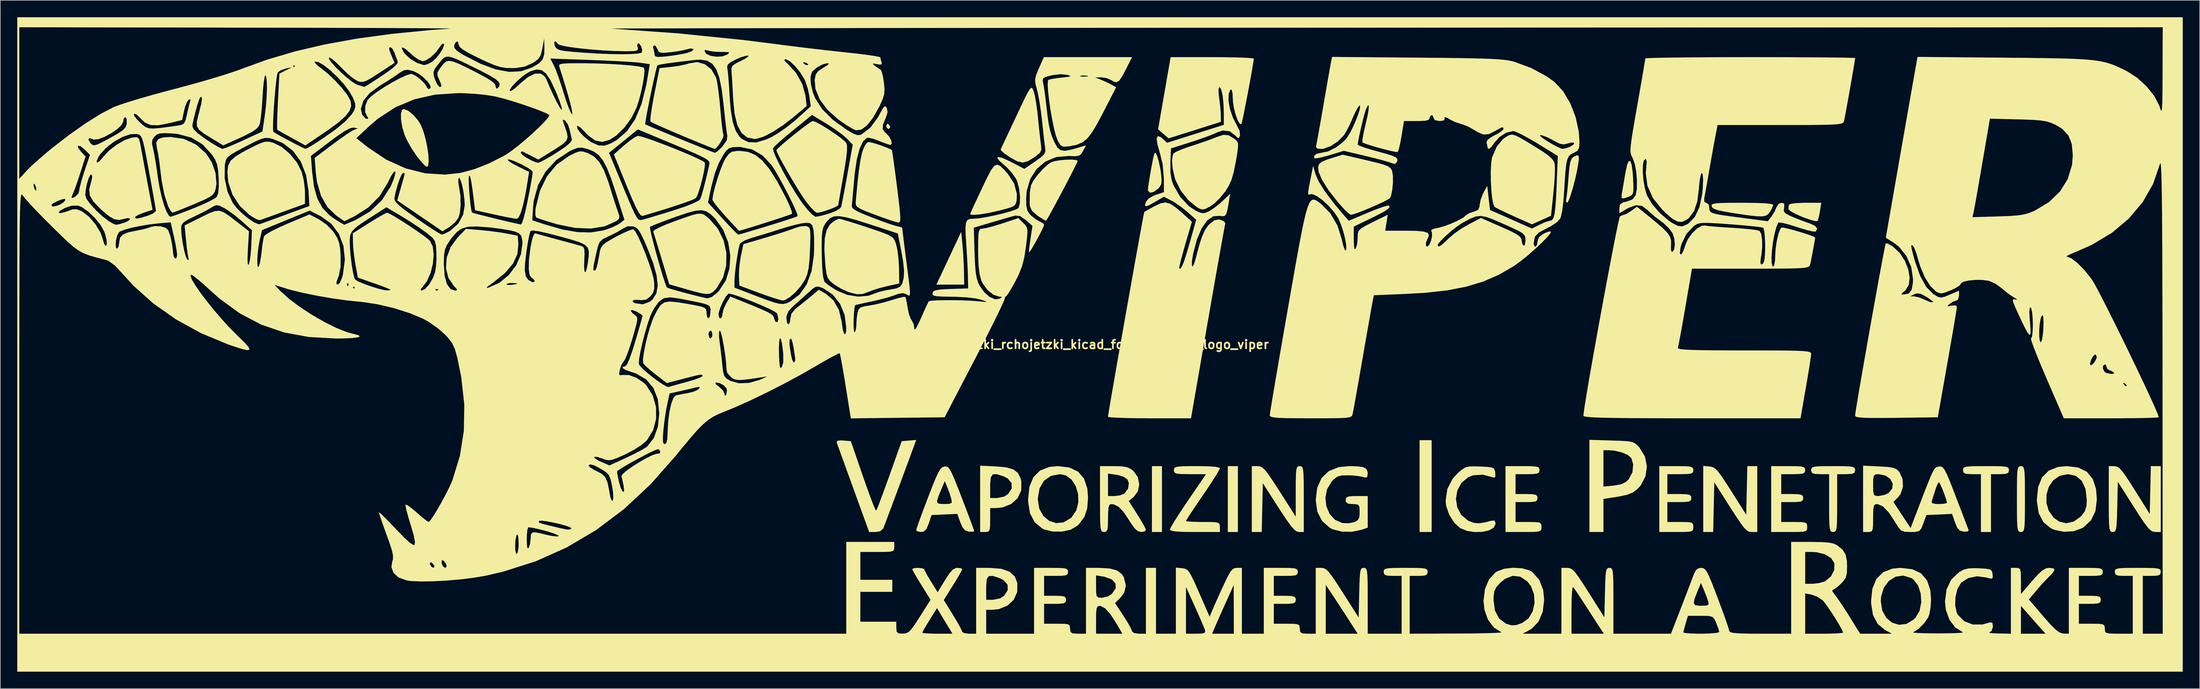
<source format=kicad_pcb>
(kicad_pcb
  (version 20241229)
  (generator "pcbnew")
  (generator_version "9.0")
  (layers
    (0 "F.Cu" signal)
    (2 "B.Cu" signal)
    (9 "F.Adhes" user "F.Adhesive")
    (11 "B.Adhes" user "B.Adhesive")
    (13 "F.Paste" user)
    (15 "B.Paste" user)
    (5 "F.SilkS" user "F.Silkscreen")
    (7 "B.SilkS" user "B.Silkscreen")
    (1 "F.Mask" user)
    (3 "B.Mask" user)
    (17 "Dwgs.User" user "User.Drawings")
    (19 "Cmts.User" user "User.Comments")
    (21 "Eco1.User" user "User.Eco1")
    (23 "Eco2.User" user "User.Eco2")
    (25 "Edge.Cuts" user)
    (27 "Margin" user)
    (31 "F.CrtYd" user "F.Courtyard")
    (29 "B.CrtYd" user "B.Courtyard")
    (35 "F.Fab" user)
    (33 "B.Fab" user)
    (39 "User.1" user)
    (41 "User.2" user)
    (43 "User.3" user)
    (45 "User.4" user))
  (footprint "rchojetzki_rchojetzki_kicad_footprints_lib_logo_viper"
    (layer "F.Cu")
    (at 191.211 57.861)
    (property "Reference" "rchojetzki_rchojetzki_kicad_footprints_lib_logo_viper" (at 0 0 0) (layer "F.SilkS") (effects (font (size 1.524 1.524) (thickness 0.3))))
    (attr through_hole)
    (fp_poly (pts (xy 10.936 33.161) (xy 9.172 33.161) (xy 9.172 21.519) (xy 10.936 21.519) (xy 10.936 33.161)) (stroke (width 0.01) (type solid)) (fill yes) (layer "F.SilkS"))
    (fp_poly (pts (xy 24.342 33.161) (xy 22.578 33.161) (xy 22.578 21.519) (xy 24.342 21.519) (xy 24.342 33.161)) (stroke (width 0.01) (type solid)) (fill yes) (layer "F.SilkS"))
    (fp_poly (pts (xy 58.561 33.161) (xy 56.444 33.161) (xy 56.444 16.933) (xy 58.561 16.933) (xy 58.561 33.161)) (stroke (width 0.01) (type solid)) (fill yes) (layer "F.SilkS"))
    (fp_poly (pts (xy -24.295 -17.621) (xy -24.164 -15.952) (xy -24.064 -14.085) (xy -24.03 -12.965) (xy -23.989 -10.583) (xy -28.886 -10.583) (xy -24.518 -19.897) (xy -24.295 -17.621)) (stroke (width 0.01) (type solid)) (fill yes) (layer "F.SilkS"))
    (fp_poly (pts (xy -37.394 -38.982) (xy -37.055 -38.531) (xy -37.042 -38.432) (xy -37.311 -38.11) (xy -37.394 -38.1) (xy -37.704 -38.387) (xy -37.747 -38.65) (xy -37.576 -39.015) (xy -37.394 -38.982)) (stroke (width 0.01) (type solid)) (fill yes) (layer "F.SilkS"))
    (fp_poly (pts (xy 93.657 -32.426) (xy 93.889 -31.746) (xy 94.065 -30.425) (xy 94.139 -29.27) (xy 94.192 -27.873) (xy 94.168 -27.017) (xy 94.023 -26.539) (xy 93.717 -26.277) (xy 93.324 -26.111) (xy 92.474 -25.822) (xy 92.125 -25.902) (xy 92.125 -26.458) (xy 92.199 -26.899) (xy 92.364 -27.85) (xy 92.593 -29.187) (xy 92.809 -30.456) (xy 93.099 -31.797) (xy 93.388 -32.448) (xy 93.657 -32.426)) (stroke (width 0.01) (type solid)) (fill yes) (layer "F.SilkS"))
    (fp_poly (pts (xy 127.135 -23.548) (xy 126.949 -22.571) (xy 126.751 -21.918) (xy 126.69 -21.816) (xy 126.281 -21.826) (xy 125.401 -22.064) (xy 124.224 -22.482) (xy 124.001 -22.57) (xy 122.823 -23.09) (xy 121.961 -23.567) (xy 121.574 -23.91) (xy 121.567 -23.949) (xy 121.647 -24.639) (xy 121.655 -24.694) (xy 122.011 -24.865) (xy 122.921 -24.989) (xy 124.233 -25.045) (xy 124.535 -25.047) (xy 127.361 -25.047) (xy 127.135 -23.548)) (stroke (width 0.01) (type solid)) (fill yes) (layer "F.SilkS"))
    (fp_poly (pts (xy 9.854 -33.824) (xy 10.055 -33.399) (xy 10.08 -33.337) (xy 10.371 -32.375) (xy 10.642 -31.074) (xy 10.76 -30.287) (xy 10.871 -29.093) (xy 10.802 -28.35) (xy 10.508 -27.815) (xy 10.267 -27.553) (xy 9.481 -26.972) (xy 8.834 -26.845) (xy 8.488 -27.186) (xy 8.467 -27.378) (xy 8.528 -27.962) (xy 8.691 -29.049) (xy 8.928 -30.45) (xy 9.057 -31.17) (xy 9.337 -32.66) (xy 9.536 -33.541) (xy 9.695 -33.9) (xy 9.854 -33.824)) (stroke (width 0.01) (type solid)) (fill yes) (layer "F.SilkS"))
    (fp_poly (pts (xy 84.534 -33.335) (xy 84.549 -32.707) (xy 84.461 -32.015) (xy 84.224 -30.665) (xy 83.892 -29.18) (xy 83.511 -27.717) (xy 83.126 -26.437) (xy 82.782 -25.499) (xy 82.525 -25.061) (xy 82.488 -25.047) (xy 82.285 -25.321) (xy 82.325 -25.665) (xy 82.427 -26.278) (xy 82.554 -27.399) (xy 82.683 -28.833) (xy 82.739 -29.553) (xy 82.883 -31.168) (xy 83.05 -32.215) (xy 83.274 -32.83) (xy 83.589 -33.15) (xy 83.623 -33.169) (xy 84.252 -33.451) (xy 84.534 -33.335)) (stroke (width 0.01) (type solid)) (fill yes) (layer "F.SilkS"))
    (fp_poly (pts (xy -122.205 -41.343) (xy -121.283 -40.605) (xy -120.416 -39.586) (xy -119.967 -38.849) (xy -119.513 -37.737) (xy -119.122 -36.378) (xy -118.818 -34.931) (xy -118.622 -33.552) (xy -118.56 -32.399) (xy -118.653 -31.631) (xy -118.875 -31.397) (xy -119.244 -31.659) (xy -119.886 -32.347) (xy -120.661 -33.311) (xy -120.664 -33.315) (xy -121.556 -34.639) (xy -122.363 -36.076) (xy -122.792 -37.023) (xy -123.21 -38.397) (xy -123.432 -39.704) (xy -123.451 -40.781) (xy -123.26 -41.467) (xy -122.991 -41.628) (xy -122.205 -41.343)) (stroke (width 0.01) (type solid)) (fill yes) (layer "F.SilkS"))
    (fp_poly (pts (xy 107.668 21.585) (xy 108.151 21.68) (xy 108.598 21.923) (xy 109.093 22.411) (xy 109.718 23.236) (xy 110.557 24.493) (xy 111.461 25.91) (xy 114.124 30.124) (xy 114.223 25.822) (xy 114.322 21.519) (xy 116.064 21.519) (xy 116.064 33.161) (xy 115.067 33.161) (xy 114.642 33.106) (xy 114.224 32.88) (xy 113.738 32.394) (xy 113.107 31.56) (xy 112.254 30.289) (xy 111.275 28.764) (xy 108.479 24.366) (xy 108.38 28.764) (xy 108.282 33.161) (xy 106.539 33.161) (xy 106.539 21.475) (xy 107.668 21.585)) (stroke (width 0.01) (type solid)) (fill yes) (layer "F.SilkS"))
    (fp_poly (pts (xy -17.664 -31.593) (xy -17.011 -30.986) (xy -16.295 -30.186) (xy -15.17 -28.46) (xy -14.689 -26.625) (xy -14.725 -25.512) (xy -14.84 -24.971) (xy -15.089 -24.595) (xy -15.616 -24.299) (xy -16.562 -24) (xy -17.837 -23.671) (xy -19.496 -23.296) (xy -20.966 -23.041) (xy -22.111 -22.92) (xy -22.796 -22.951) (xy -22.931 -23.058) (xy -22.788 -23.406) (xy -22.397 -24.272) (xy -21.811 -25.539) (xy -21.085 -27.089) (xy -20.817 -27.658) (xy -19.921 -29.532) (xy -19.242 -30.816) (xy -18.696 -31.556) (xy -18.198 -31.799) (xy -17.664 -31.593)) (stroke (width 0.01) (type solid)) (fill yes) (layer "F.SilkS"))
    (fp_poly (pts (xy 158.2 21.527) (xy 159.357 21.563) (xy 160.047 21.649) (xy 160.39 21.805) (xy 160.505 22.053) (xy 160.514 22.225) (xy 160.41 22.666) (xy 159.979 22.874) (xy 159.04 22.93) (xy 158.926 22.931) (xy 157.339 22.931) (xy 157.339 33.161) (xy 155.575 33.161) (xy 155.575 22.931) (xy 153.988 22.931) (xy 152.995 22.884) (xy 152.526 22.693) (xy 152.401 22.276) (xy 152.4 22.225) (xy 152.443 21.922) (xy 152.652 21.721) (xy 153.145 21.601) (xy 154.043 21.541) (xy 155.465 21.521) (xy 156.457 21.519) (xy 158.2 21.527)) (stroke (width 0.01) (type solid)) (fill yes) (layer "F.SilkS"))
    (fp_poly (pts (xy 115.715 -25.024) (xy 117.425 -24.956) (xy 118.491 -24.845) (xy 118.885 -24.694) (xy 118.886 -24.682) (xy 118.707 -24.144) (xy 118.316 -23.447) (xy 117.999 -23.043) (xy 117.598 -22.78) (xy 117 -22.655) (xy 116.095 -22.663) (xy 114.771 -22.803) (xy 112.915 -23.069) (xy 111.834 -23.235) (xy 110.118 -23.525) (xy 108.991 -23.778) (xy 108.34 -24.03) (xy 108.052 -24.317) (xy 108.016 -24.43) (xy 108.023 -24.664) (xy 108.214 -24.83) (xy 108.687 -24.94) (xy 109.543 -25.006) (xy 110.881 -25.037) (xy 112.8 -25.047) (xy 113.392 -25.047) (xy 115.715 -25.024)) (stroke (width 0.01) (type solid)) (fill yes) (layer "F.SilkS"))
    (fp_poly (pts (xy 162.891 21.552) (xy 163.078 21.715) (xy 163.204 22.109) (xy 163.28 22.834) (xy 163.32 23.99) (xy 163.334 25.678) (xy 163.336 27.34) (xy 163.332 29.488) (xy 163.312 31.031) (xy 163.265 32.068) (xy 163.177 32.699) (xy 163.037 33.025) (xy 162.832 33.146) (xy 162.631 33.161) (xy 162.37 33.129) (xy 162.183 32.966) (xy 162.058 32.572) (xy 161.981 31.846) (xy 161.941 30.69) (xy 161.927 29.003) (xy 161.925 27.34) (xy 161.929 25.192) (xy 161.949 23.65) (xy 161.996 22.613) (xy 162.084 21.981) (xy 162.225 21.655) (xy 162.429 21.535) (xy 162.631 21.519) (xy 162.891 21.552)) (stroke (width 0.01) (type solid)) (fill yes) (layer "F.SilkS"))
    (fp_poly (pts (xy -4.17 -32.605) (xy -3.948 -32.436) (xy -4.182 -31.911) (xy -4.664 -30.936) (xy -5.328 -29.636) (xy -6.108 -28.136) (xy -6.938 -26.56) (xy -7.752 -25.034) (xy -8.484 -23.683) (xy -9.068 -22.63) (xy -9.438 -22.001) (xy -9.531 -21.879) (xy -9.907 -22.056) (xy -10.645 -22.51) (xy -11.031 -22.767) (xy -12.02 -23.636) (xy -12.404 -24.53) (xy -12.412 -24.619) (xy -12.389 -26.836) (xy -12.175 -28.143) (xy -11.785 -28.928) (xy -11.033 -29.949) (xy -10.103 -30.991) (xy -9.178 -31.843) (xy -8.673 -32.191) (xy -7.998 -32.411) (xy -7.007 -32.573) (xy -5.902 -32.667) (xy -4.888 -32.681) (xy -4.17 -32.605)) (stroke (width 0.01) (type solid)) (fill yes) (layer "F.SilkS"))
    (fp_poly (pts (xy -161.818 -36.349) (xy -159.684 -35.365) (xy -157.886 -33.792) (xy -157.873 -33.777) (xy -156.832 -32.148) (xy -156.198 -30.284) (xy -156.04 -28.434) (xy -156.179 -27.517) (xy -156.365 -26.95) (xy -156.667 -26.505) (xy -157.211 -26.093) (xy -158.124 -25.624) (xy -159.533 -25.008) (xy -160.006 -24.809) (xy -161.463 -24.205) (xy -162.68 -23.716) (xy -163.51 -23.4) (xy -163.795 -23.31) (xy -164.101 -23.584) (xy -164.497 -24.295) (xy -164.58 -24.486) (xy -165.219 -26.453) (xy -165.708 -28.964) (xy -165.977 -31.152) (xy -166.15 -32.57) (xy -166.359 -33.863) (xy -166.534 -34.652) (xy -166.673 -35.652) (xy -166.349 -36.282) (xy -165.485 -36.605) (xy -164.171 -36.689) (xy -161.818 -36.349)) (stroke (width 0.01) (type solid)) (fill yes) (layer "F.SilkS"))
    (fp_poly (pts (xy -69.989 -22.973) (xy -69.495 -22.634) (xy -68.961 -22.171) (xy -67.477 -20.45) (xy -66.483 -18.415) (xy -65.993 -16.209) (xy -66.017 -13.979) (xy -66.568 -11.869) (xy -67.658 -10.024) (xy -67.925 -9.718) (xy -68.403 -9.253) (xy -68.885 -8.987) (xy -69.514 -8.924) (xy -70.432 -9.063) (xy -71.784 -9.407) (xy -73.046 -9.764) (xy -76.065 -10.631) (xy -77.407 -15.105) (xy -77.918 -16.799) (xy -78.362 -18.259) (xy -78.698 -19.348) (xy -78.883 -19.926) (xy -78.897 -19.966) (xy -78.648 -20.242) (xy -77.841 -20.68) (xy -76.591 -21.225) (xy -75.418 -21.674) (xy -73.512 -22.365) (xy -72.143 -22.831) (xy -71.185 -23.081) (xy -70.509 -23.125) (xy -69.989 -22.973)) (stroke (width 0.01) (type solid)) (fill yes) (layer "F.SilkS"))
    (fp_poly (pts (xy -146.145 -35.7) (xy -145.993 -35.655) (xy -144.504 -34.912) (xy -143.046 -33.678) (xy -141.811 -32.148) (xy -140.99 -30.518) (xy -140.99 -30.517) (xy -140.642 -29.104) (xy -140.434 -27.503) (xy -140.408 -26.836) (xy -140.41 -24.871) (xy -144.2 -23.491) (xy -145.743 -22.929) (xy -147.052 -22.454) (xy -147.98 -22.118) (xy -148.363 -21.98) (xy -148.838 -22.098) (xy -149.65 -22.541) (xy -150.232 -22.934) (xy -151.936 -24.538) (xy -153.202 -26.49) (xy -153.91 -28.598) (xy -153.978 -29.052) (xy -154.091 -30.535) (xy -153.969 -31.632) (xy -153.517 -32.491) (xy -152.641 -33.261) (xy -151.245 -34.092) (xy -150.515 -34.477) (xy -149.078 -35.208) (xy -148.093 -35.651) (xy -147.39 -35.852) (xy -146.797 -35.853) (xy -146.145 -35.7)) (stroke (width 0.01) (type solid)) (fill yes) (layer "F.SilkS"))
    (fp_poly (pts (xy -11.933 -45.268) (xy -11.772 -44.934) (xy -11.741 -44.858) (xy -11.528 -44.066) (xy -11.295 -42.773) (xy -11.075 -41.179) (xy -10.947 -39.991) (xy -10.781 -38.306) (xy -10.616 -36.779) (xy -10.477 -35.611) (xy -10.406 -35.114) (xy -10.369 -34.407) (xy -10.643 -33.866) (xy -11.363 -33.268) (xy -11.643 -33.073) (xy -12.754 -32.403) (xy -13.654 -32.169) (xy -14.583 -32.375) (xy -15.78 -33.026) (xy -16.001 -33.165) (xy -16.89 -33.784) (xy -17.444 -34.279) (xy -17.546 -34.488) (xy -17.36 -34.878) (xy -16.926 -35.799) (xy -16.295 -37.14) (xy -15.517 -38.795) (xy -14.795 -40.334) (xy -13.851 -42.338) (xy -13.159 -43.774) (xy -12.669 -44.714) (xy -12.333 -45.229) (xy -12.104 -45.39) (xy -11.933 -45.268)) (stroke (width 0.01) (type solid)) (fill yes) (layer "F.SilkS"))
    (fp_poly (pts (xy 47.046 -32.574) (xy 48.83 -32.144) (xy 50.047 -31.805) (xy 50.819 -31.508) (xy 51.267 -31.201) (xy 51.517 -30.833) (xy 51.571 -30.703) (xy 51.718 -29.845) (xy 51.725 -28.634) (xy 51.612 -27.361) (xy 51.402 -26.315) (xy 51.226 -25.901) (xy 50.811 -25.617) (xy 49.913 -25.16) (xy 48.709 -24.606) (xy 47.375 -24.03) (xy 46.09 -23.509) (xy 45.029 -23.119) (xy 44.37 -22.936) (xy 44.305 -22.931) (xy 43.897 -23.186) (xy 43.181 -23.865) (xy 42.289 -24.84) (xy 41.959 -25.229) (xy 40.344 -27.309) (xy 39.223 -29.084) (xy 38.619 -30.509) (xy 38.526 -31.374) (xy 38.695 -31.898) (xy 39.16 -32.297) (xy 40.08 -32.681) (xy 40.746 -32.896) (xy 42.862 -33.551) (xy 47.046 -32.574)) (stroke (width 0.01) (type solid)) (fill yes) (layer "F.SilkS"))
    (fp_poly (pts (xy -51.844 -20.912) (xy -51.512 -20.791) (xy -51.3 -20.551) (xy -51.188 -20.063) (xy -51.156 -19.198) (xy -51.185 -17.829) (xy -51.22 -16.794) (xy -51.317 -14.874) (xy -51.466 -13.484) (xy -51.696 -12.448) (xy -52.036 -11.592) (xy -52.118 -11.432) (xy -52.86 -10.296) (xy -53.81 -9.216) (xy -54.803 -8.347) (xy -55.674 -7.843) (xy -56.016 -7.777) (xy -56.585 -7.902) (xy -57.645 -8.226) (xy -59.03 -8.696) (xy -60.149 -9.101) (xy -63.676 -10.409) (xy -63.761 -11.995) (xy -63.731 -13.267) (xy -63.562 -14.788) (xy -63.408 -15.658) (xy -62.971 -17.734) (xy -59.09 -18.875) (xy -57.388 -19.39) (xy -55.805 -19.894) (xy -54.542 -20.324) (xy -53.909 -20.564) (xy -52.874 -20.873) (xy -51.977 -20.937) (xy -51.844 -20.912)) (stroke (width 0.01) (type solid)) (fill yes) (layer "F.SilkS"))
    (fp_poly (pts (xy 73.372 -36.95) (xy 74.17 -36.558) (xy 75.345 -35.874) (xy 76.491 -35.178) (xy 78.097 -34.168) (xy 79.182 -33.404) (xy 79.846 -32.801) (xy 80.192 -32.274) (xy 80.282 -31.99) (xy 80.334 -31.242) (xy 80.307 -29.979) (xy 80.208 -28.386) (xy 80.07 -26.869) (xy 79.638 -22.754) (xy 77.958 -22.001) (xy 76.278 -21.247) (xy 73.176 -22.628) (xy 71.789 -23.262) (xy 70.627 -23.822) (xy 69.856 -24.227) (xy 69.66 -24.353) (xy 69.435 -24.877) (xy 69.248 -25.93) (xy 69.11 -27.333) (xy 69.028 -28.911) (xy 69.01 -30.485) (xy 69.067 -31.881) (xy 69.204 -32.919) (xy 69.244 -33.074) (xy 70.033 -34.922) (xy 71.146 -36.3) (xy 71.943 -36.853) (xy 72.388 -37.05) (xy 72.821 -37.098) (xy 73.372 -36.95)) (stroke (width 0.01) (type solid)) (fill yes) (layer "F.SilkS"))
    (fp_poly (pts (xy -91.306 -34.112) (xy -90.542 -33.866) (xy -90.452 -33.832) (xy -89.349 -33.222) (xy -88.425 -32.249) (xy -87.615 -30.813) (xy -86.852 -28.812) (xy -86.564 -27.892) (xy -86.09 -26.347) (xy -85.627 -24.9) (xy -85.258 -23.803) (xy -85.177 -23.579) (xy -84.899 -22.718) (xy -84.942 -22.238) (xy -85.351 -21.866) (xy -85.476 -21.785) (xy -87.493 -20.889) (xy -89.936 -20.499) (xy -92.736 -20.617) (xy -95.823 -21.246) (xy -96.276 -21.375) (xy -97.648 -21.792) (xy -98.765 -22.152) (xy -99.451 -22.398) (xy -99.564 -22.451) (xy -99.714 -22.891) (xy -99.705 -23.755) (xy -99.66 -24.113) (xy -98.907 -27.156) (xy -97.668 -29.721) (xy -95.957 -31.783) (xy -93.792 -33.317) (xy -93.754 -33.337) (xy -92.659 -33.886) (xy -91.927 -34.132) (xy -91.306 -34.112)) (stroke (width 0.01) (type solid)) (fill yes) (layer "F.SilkS"))
    (fp_poly (pts (xy -81.161 -36.801) (xy -80.147 -36.494) (xy -78.757 -36.009) (xy -77.124 -35.4) (xy -75.384 -34.72) (xy -73.672 -34.023) (xy -72.121 -33.361) (xy -70.866 -32.788) (xy -70.043 -32.357) (xy -69.812 -32.19) (xy -69.773 -31.736) (xy -69.905 -30.807) (xy -70.159 -29.597) (xy -70.488 -28.3) (xy -70.844 -27.111) (xy -71.176 -26.226) (xy -71.383 -25.876) (xy -71.856 -25.632) (xy -72.89 -25.234) (xy -74.366 -24.721) (xy -76.166 -24.132) (xy -78.173 -23.507) (xy -80.269 -22.884) (xy -80.806 -22.73) (xy -81.082 -22.826) (xy -81.446 -23.297) (xy -81.934 -24.214) (xy -82.583 -25.645) (xy -83.427 -27.658) (xy -83.602 -28.086) (xy -85.849 -33.599) (xy -84.111 -35.14) (xy -83.101 -35.972) (xy -82.199 -36.605) (xy -81.663 -36.878) (xy -81.161 -36.801)) (stroke (width 0.01) (type solid)) (fill yes) (layer "F.SilkS"))
    (fp_poly (pts (xy -40.54 -35.744) (xy -39.692 -35.516) (xy -38.649 -35.175) (xy -37.639 -34.795) (xy -36.892 -34.455) (xy -36.767 -34.38) (xy -36.693 -34.027) (xy -36.549 -33.085) (xy -36.35 -31.665) (xy -36.112 -29.878) (xy -35.86 -27.918) (xy -35.579 -25.643) (xy -35.39 -23.977) (xy -35.291 -22.827) (xy -35.278 -22.102) (xy -35.346 -21.713) (xy -35.493 -21.566) (xy -35.606 -21.557) (xy -36.152 -21.692) (xy -37.192 -22.027) (xy -38.561 -22.507) (xy -39.688 -22.923) (xy -41.248 -23.52) (xy -42.26 -23.953) (xy -42.837 -24.298) (xy -43.094 -24.635) (xy -43.144 -25.04) (xy -43.129 -25.267) (xy -42.852 -28.313) (xy -42.583 -30.727) (xy -42.306 -32.581) (xy -42.007 -33.948) (xy -41.671 -34.901) (xy -41.282 -35.513) (xy -40.964 -35.781) (xy -40.54 -35.744)) (stroke (width 0.01) (type solid)) (fill yes) (layer "F.SilkS"))
    (fp_poly (pts (xy 187.325 33.161) (xy 186.355 33.158) (xy 185.937 33.096) (xy 185.518 32.854) (xy 185.021 32.344) (xy 184.373 31.478) (xy 183.498 30.167) (xy 182.562 28.705) (xy 179.74 24.256) (xy 179.642 28.708) (xy 179.594 30.551) (xy 179.533 31.801) (xy 179.439 32.574) (xy 179.291 32.982) (xy 179.07 33.139) (xy 178.848 33.161) (xy 178.591 33.127) (xy 178.407 32.957) (xy 178.283 32.553) (xy 178.208 31.813) (xy 178.169 30.639) (xy 178.155 28.929) (xy 178.153 27.34) (xy 178.153 21.519) (xy 179.123 21.525) (xy 179.55 21.59) (xy 179.975 21.839) (xy 180.475 22.363) (xy 181.128 23.255) (xy 182.011 24.604) (xy 182.739 25.758) (xy 185.385 29.986) (xy 185.484 25.753) (xy 185.583 21.519) (xy 187.325 21.519) (xy 187.325 33.161)) (stroke (width 0.01) (type solid)) (fill yes) (layer "F.SilkS"))
    (fp_poly (pts (xy -18.38 21.571) (xy -16.547 21.743) (xy -15.289 22.108) (xy -14.488 22.739) (xy -14.023 23.706) (xy -13.895 24.253) (xy -13.92 25.816) (xy -14.543 27.166) (xy -15.665 28.198) (xy -17.184 28.808) (xy -18.333 28.928) (xy -19.403 28.928) (xy -19.403 31.044) (xy -19.421 32.218) (xy -19.523 32.851) (xy -19.778 33.11) (xy -20.254 33.161) (xy -20.285 33.161) (xy -21.167 33.161) (xy -21.167 25.047) (xy -19.403 25.047) (xy -19.403 27.164) (xy -18.168 27.164) (xy -16.912 26.91) (xy -16.228 26.458) (xy -15.581 25.456) (xy -15.613 24.502) (xy -16.298 23.695) (xy -17.052 23.305) (xy -18.234 22.928) (xy -18.941 22.965) (xy -19.29 23.502) (xy -19.399 24.628) (xy -19.403 25.047) (xy -21.167 25.047) (xy -21.167 21.445) (xy -18.38 21.571)) (stroke (width 0.01) (type solid)) (fill yes) (layer "F.SilkS"))
    (fp_poly (pts (xy 22.71 -36.981) (xy 23.678 -36.392) (xy 24.014 -36.113) (xy 24.26 -35.831) (xy 24.375 -35.422) (xy 24.357 -34.739) (xy 24.205 -33.637) (xy 23.968 -32.258) (xy 23.602 -30.442) (xy 23.205 -29.095) (xy 22.691 -27.98) (xy 22.094 -27.03) (xy 21.175 -25.893) (xy 20.142 -24.901) (xy 19.473 -24.424) (xy 18.608 -23.97) (xy 18.045 -23.857) (xy 17.477 -24.07) (xy 17.061 -24.315) (xy 15.575 -25.543) (xy 14.27 -27.209) (xy 13.346 -29.05) (xy 13.219 -29.433) (xy 12.83 -31.13) (xy 12.72 -32.58) (xy 12.899 -33.606) (xy 12.979 -33.759) (xy 13.42 -34.051) (xy 14.364 -34.466) (xy 15.639 -34.931) (xy 16.173 -35.105) (xy 17.738 -35.62) (xy 19.245 -36.149) (xy 20.416 -36.596) (xy 20.6 -36.673) (xy 21.781 -37.058) (xy 22.71 -36.981)) (stroke (width 0.01) (type solid)) (fill yes) (layer "F.SilkS"))
    (fp_poly (pts (xy 28.27 21.569) (xy 28.683 21.776) (xy 29.156 22.23) (xy 29.765 23.019) (xy 30.586 24.231) (xy 31.698 25.955) (xy 31.72 25.991) (xy 34.572 30.462) (xy 34.572 25.991) (xy 34.578 24.146) (xy 34.609 22.893) (xy 34.683 22.117) (xy 34.816 21.706) (xy 35.028 21.545) (xy 35.278 21.519) (xy 35.538 21.552) (xy 35.725 21.715) (xy 35.851 22.109) (xy 35.927 22.834) (xy 35.967 23.99) (xy 35.981 25.678) (xy 35.983 27.34) (xy 35.983 33.161) (xy 35.136 33.161) (xy 34.732 33.064) (xy 34.27 32.717) (xy 33.68 32.034) (xy 32.891 30.933) (xy 31.833 29.329) (xy 31.52 28.842) (xy 28.751 24.524) (xy 28.652 28.842) (xy 28.553 33.161) (xy 26.811 33.161) (xy 26.811 21.519) (xy 27.84 21.519) (xy 28.27 21.569)) (stroke (width 0.01) (type solid)) (fill yes) (layer "F.SilkS"))
    (fp_poly (pts (xy 90.341 16.99) (xy 92.049 17.049) (xy 93.206 17.125) (xy 93.965 17.26) (xy 94.482 17.491) (xy 94.91 17.858) (xy 95.261 18.241) (xy 96.224 19.808) (xy 96.578 21.553) (xy 96.328 23.315) (xy 95.484 24.928) (xy 94.935 25.54) (xy 94.126 26.154) (xy 93.094 26.575) (xy 91.612 26.892) (xy 91.399 26.926) (xy 88.9 27.32) (xy 88.9 33.161) (xy 86.431 33.161) (xy 86.431 25.137) (xy 88.9 25.137) (xy 90.731 24.961) (xy 92.026 24.74) (xy 92.896 24.305) (xy 93.377 23.838) (xy 94.038 22.591) (xy 94.16 21.178) (xy 93.835 20.101) (xy 93.213 19.541) (xy 92.118 19.069) (xy 90.784 18.766) (xy 89.87 18.699) (xy 88.9 18.697) (xy 88.9 25.137) (xy 86.431 25.137) (xy 86.431 16.871) (xy 90.341 16.99)) (stroke (width 0.01) (type solid)) (fill yes) (layer "F.SilkS"))
    (fp_poly (pts (xy 103.234 21.533) (xy 104.125 21.594) (xy 104.586 21.735) (xy 104.756 21.989) (xy 104.775 22.225) (xy 104.704 22.607) (xy 104.385 22.82) (xy 103.664 22.912) (xy 102.482 22.931) (xy 100.189 22.931) (xy 100.189 26.458) (xy 102.306 26.458) (xy 103.488 26.484) (xy 104.127 26.597) (xy 104.383 26.851) (xy 104.422 27.164) (xy 104.345 27.558) (xy 104.006 27.771) (xy 103.243 27.856) (xy 102.306 27.869) (xy 100.189 27.869) (xy 100.189 31.397) (xy 102.482 31.397) (xy 103.715 31.413) (xy 104.401 31.5) (xy 104.701 31.72) (xy 104.774 32.135) (xy 104.775 32.279) (xy 104.747 32.706) (xy 104.572 32.967) (xy 104.108 33.102) (xy 103.217 33.153) (xy 101.776 33.161) (xy 98.778 33.161) (xy 98.778 21.519) (xy 101.776 21.519) (xy 103.234 21.533)) (stroke (width 0.01) (type solid)) (fill yes) (layer "F.SilkS"))
    (fp_poly (pts (xy 76.071 21.533) (xy 76.961 21.594) (xy 77.422 21.735) (xy 77.592 21.989) (xy 77.611 22.225) (xy 77.534 22.619) (xy 77.195 22.832) (xy 76.432 22.918) (xy 75.494 22.931) (xy 73.378 22.931) (xy 73.378 26.458) (xy 75.318 26.458) (xy 76.439 26.489) (xy 77.023 26.621) (xy 77.238 26.916) (xy 77.258 27.164) (xy 77.174 27.572) (xy 76.81 27.784) (xy 75.999 27.862) (xy 75.318 27.869) (xy 73.378 27.869) (xy 73.378 31.397) (xy 75.671 31.397) (xy 76.903 31.413) (xy 77.59 31.5) (xy 77.89 31.72) (xy 77.963 32.135) (xy 77.964 32.279) (xy 77.939 32.697) (xy 77.772 32.956) (xy 77.329 33.095) (xy 76.473 33.15) (xy 75.069 33.161) (xy 74.789 33.161) (xy 71.614 33.161) (xy 71.614 21.519) (xy 74.612 21.519) (xy 76.071 21.533)) (stroke (width 0.01) (type solid)) (fill yes) (layer "F.SilkS"))
    (fp_poly (pts (xy 122.99 21.533) (xy 123.881 21.594) (xy 124.342 21.735) (xy 124.511 21.989) (xy 124.531 22.225) (xy 124.453 22.619) (xy 124.114 22.832) (xy 123.351 22.918) (xy 122.414 22.931) (xy 120.297 22.931) (xy 120.297 26.458) (xy 122.237 26.458) (xy 123.359 26.489) (xy 123.943 26.621) (xy 124.157 26.916) (xy 124.178 27.164) (xy 124.094 27.572) (xy 123.729 27.784) (xy 122.918 27.862) (xy 122.237 27.869) (xy 120.297 27.869) (xy 120.297 31.397) (xy 122.59 31.397) (xy 123.823 31.413) (xy 124.509 31.5) (xy 124.809 31.72) (xy 124.882 32.135) (xy 124.883 32.279) (xy 124.858 32.697) (xy 124.692 32.956) (xy 124.248 33.095) (xy 123.393 33.15) (xy 121.988 33.161) (xy 121.708 33.161) (xy 118.533 33.161) (xy 118.533 21.519) (xy 121.532 21.519) (xy 122.99 21.533)) (stroke (width 0.01) (type solid)) (fill yes) (layer "F.SilkS"))
    (fp_poly (pts (xy -69.767 -49.541) (xy -68.621 -48.621) (xy -67.837 -47.252) (xy -67.73 -46.907) (xy -67.56 -46.032) (xy -67.369 -44.654) (xy -67.181 -42.977) (xy -67.046 -41.499) (xy -66.897 -39.85) (xy -66.743 -38.455) (xy -66.603 -37.466) (xy -66.5 -37.045) (xy -66.568 -36.601) (xy -66.932 -35.883) (xy -67.427 -35.15) (xy -67.889 -34.661) (xy -68.064 -34.589) (xy -68.44 -34.724) (xy -69.354 -35.087) (xy -70.696 -35.634) (xy -72.353 -36.318) (xy -73.717 -36.886) (xy -75.541 -37.658) (xy -77.133 -38.35) (xy -78.38 -38.912) (xy -79.168 -39.292) (xy -79.39 -39.427) (xy -79.406 -39.851) (xy -79.296 -40.83) (xy -79.078 -42.225) (xy -78.772 -43.901) (xy -78.699 -44.274) (xy -77.787 -48.86) (xy -75.671 -49.08) (xy -74.334 -49.268) (xy -73.135 -49.52) (xy -72.56 -49.698) (xy -71.128 -49.928) (xy -69.767 -49.541)) (stroke (width 0.01) (type solid)) (fill yes) (layer "F.SilkS"))
    (fp_poly (pts (xy -62.157 -34.049) (xy -60.873 -33.501) (xy -59.64 -32.515) (xy -58.402 -31.035) (xy -57.104 -29.003) (xy -55.69 -26.36) (xy -55.35 -25.676) (xy -54.817 -24.513) (xy -54.472 -23.606) (xy -54.379 -23.128) (xy -54.392 -23.101) (xy -54.756 -22.954) (xy -55.642 -22.647) (xy -56.9 -22.229) (xy -58.377 -21.749) (xy -59.921 -21.255) (xy -61.382 -20.796) (xy -62.608 -20.421) (xy -63.446 -20.177) (xy -63.736 -20.11) (xy -63.983 -20.352) (xy -64.599 -21.004) (xy -65.479 -21.955) (xy -66.117 -22.652) (xy -67.111 -23.78) (xy -67.893 -24.74) (xy -68.357 -25.399) (xy -68.439 -25.594) (xy -68.313 -26.521) (xy -67.985 -27.872) (xy -67.525 -29.42) (xy -67.004 -30.938) (xy -66.495 -32.2) (xy -66.135 -32.888) (xy -65.533 -33.701) (xy -64.954 -34.091) (xy -64.099 -34.212) (xy -63.548 -34.219) (xy -62.157 -34.049)) (stroke (width 0.01) (type solid)) (fill yes) (layer "F.SilkS"))
    (fp_poly (pts (xy 131.168 21.528) (xy 132.282 21.567) (xy 132.936 21.659) (xy 133.249 21.827) (xy 133.345 22.092) (xy 133.35 22.225) (xy 133.246 22.666) (xy 132.815 22.874) (xy 131.877 22.93) (xy 131.762 22.931) (xy 130.175 22.931) (xy 130.175 28.046) (xy 130.17 30.04) (xy 130.146 31.436) (xy 130.087 32.339) (xy 129.979 32.856) (xy 129.807 33.094) (xy 129.557 33.159) (xy 129.469 33.161) (xy 129.194 33.125) (xy 129.002 32.948) (xy 128.877 32.521) (xy 128.806 31.739) (xy 128.773 30.494) (xy 128.764 28.681) (xy 128.764 28.046) (xy 128.764 22.931) (xy 127.176 22.931) (xy 126.184 22.884) (xy 125.715 22.693) (xy 125.589 22.276) (xy 125.589 22.225) (xy 125.634 21.916) (xy 125.849 21.714) (xy 126.357 21.595) (xy 127.279 21.538) (xy 128.738 21.52) (xy 129.469 21.519) (xy 131.168 21.528)) (stroke (width 0.01) (type solid)) (fill yes) (layer "F.SilkS"))
    (fp_poly (pts (xy -32.957 18.235) (xy -33.264 19.076) (xy -33.746 20.385) (xy -34.357 22.035) (xy -35.049 23.9) (xy -35.775 25.855) (xy -36.49 27.772) (xy -37.145 29.527) (xy -37.693 30.993) (xy -38.089 32.044) (xy -38.281 32.544) (xy -38.85 33.045) (xy -39.648 33.161) (xy -40.767 33.161) (xy -43.545 25.488) (xy -44.346 23.278) (xy -45.07 21.277) (xy -45.683 19.584) (xy -46.148 18.3) (xy -46.429 17.524) (xy -46.492 17.35) (xy -46.413 17.049) (xy -45.801 16.97) (xy -45.333 16.997) (xy -44.006 17.11) (xy -41.857 23.352) (xy -41.175 25.298) (xy -40.563 26.976) (xy -40.059 28.288) (xy -39.701 29.134) (xy -39.528 29.414) (xy -39.525 29.412) (xy -39.354 29.037) (xy -38.988 28.104) (xy -38.47 26.724) (xy -37.84 25.003) (xy -37.18 23.17) (xy -35.017 17.11) (xy -33.745 17.001) (xy -32.472 16.892) (xy -32.957 18.235)) (stroke (width 0.01) (type solid)) (fill yes) (layer "F.SilkS"))
    (fp_poly (pts (xy -45.617 -22.118) (xy -44.607 -21.825) (xy -43.202 -21.387) (xy -41.539 -20.847) (xy -41.088 -20.697) (xy -39.26 -20.082) (xy -37.986 -19.623) (xy -37.15 -19.255) (xy -36.637 -18.911) (xy -36.331 -18.523) (xy -36.117 -18.027) (xy -36.033 -17.787) (xy -35.792 -16.746) (xy -35.604 -15.298) (xy -35.507 -13.738) (xy -35.504 -13.595) (xy -35.454 -10.786) (xy -37.571 -10.32) (xy -38.927 -9.976) (xy -40.175 -9.583) (xy -40.799 -9.337) (xy -41.908 -8.934) (xy -42.935 -8.889) (xy -44.192 -9.203) (xy -44.539 -9.323) (xy -45.725 -9.87) (xy -46.911 -10.599) (xy -47.066 -10.713) (xy -47.688 -11.236) (xy -48.072 -11.768) (xy -48.301 -12.514) (xy -48.459 -13.678) (xy -48.519 -14.3) (xy -48.675 -16.836) (xy -48.599 -18.777) (xy -48.28 -20.201) (xy -47.706 -21.183) (xy -47.474 -21.41) (xy -46.723 -21.959) (xy -46.141 -22.221) (xy -46.096 -22.225) (xy -45.617 -22.118)) (stroke (width 0.01) (type solid)) (fill yes) (layer "F.SilkS"))
    (fp_poly (pts (xy -50.159 -39.315) (xy -49.213 -38.805) (xy -48.054 -38.093) (xy -46.857 -37.295) (xy -45.794 -36.525) (xy -45.04 -35.897) (xy -44.79 -35.606) (xy -44.673 -35.079) (xy -44.695 -34.134) (xy -44.864 -32.69) (xy -45.188 -30.666) (xy -45.32 -29.914) (xy -45.639 -28.112) (xy -45.907 -26.563) (xy -46.103 -25.396) (xy -46.205 -24.742) (xy -46.214 -24.654) (xy -46.516 -24.417) (xy -47.267 -24.078) (xy -48.236 -23.721) (xy -49.192 -23.429) (xy -49.904 -23.287) (xy -49.982 -23.283) (xy -50.405 -23.55) (xy -51.089 -24.254) (xy -51.895 -25.25) (xy -52 -25.39) (xy -52.621 -26.301) (xy -53.406 -27.545) (xy -54.275 -28.987) (xy -55.151 -30.49) (xy -55.954 -31.917) (xy -56.606 -33.131) (xy -57.029 -33.997) (xy -57.15 -34.352) (xy -56.89 -34.665) (xy -56.202 -35.292) (xy -55.223 -36.123) (xy -54.087 -37.048) (xy -52.933 -37.96) (xy -51.896 -38.747) (xy -51.112 -39.3) (xy -50.719 -39.511) (xy -50.718 -39.511) (xy -50.159 -39.315)) (stroke (width 0.01) (type solid)) (fill yes) (layer "F.SilkS"))
    (fp_poly (pts (xy 67.134 21.593) (xy 68.447 21.658) (xy 69.214 21.765) (xy 69.594 21.98) (xy 69.744 22.372) (xy 69.79 22.715) (xy 69.809 23.407) (xy 69.566 23.558) (xy 69.261 23.454) (xy 67.574 23.023) (xy 65.927 23.127) (xy 65.043 23.459) (xy 63.831 24.464) (xy 63.102 25.801) (xy 62.852 27.303) (xy 63.08 28.803) (xy 63.782 30.134) (xy 64.958 31.129) (xy 65.156 31.23) (xy 66.046 31.562) (xy 66.939 31.635) (xy 68.083 31.446) (xy 69.056 31.188) (xy 69.66 31.134) (xy 69.846 31.557) (xy 69.85 31.718) (xy 69.536 32.386) (xy 68.707 32.864) (xy 67.531 33.132) (xy 66.179 33.17) (xy 64.819 32.959) (xy 63.622 32.479) (xy 63.568 32.447) (xy 62.526 31.481) (xy 61.667 30.09) (xy 61.138 28.552) (xy 61.04 27.693) (xy 61.339 25.569) (xy 62.268 23.758) (xy 63.172 22.774) (xy 63.944 22.109) (xy 64.572 21.733) (xy 65.299 21.576) (xy 66.364 21.564) (xy 67.134 21.593)) (stroke (width 0.01) (type solid)) (fill yes) (layer "F.SilkS"))
    (fp_poly (pts (xy -5.429 21.762) (xy -3.88 22.494) (xy -2.821 23.731) (xy -2.243 25.481) (xy -2.118 27.093) (xy -2.264 29.008) (xy -2.76 30.487) (xy -3.69 31.747) (xy -4.028 32.081) (xy -5.191 32.752) (xy -6.725 33.092) (xy -8.372 33.081) (xy -9.87 32.7) (xy -10.203 32.538) (xy -11.539 31.428) (xy -12.367 29.845) (xy -12.694 27.774) (xy -12.7 27.409) (xy -10.995 27.409) (xy -10.73 29.039) (xy -10.017 30.324) (xy -8.981 31.2) (xy -7.745 31.601) (xy -6.434 31.463) (xy -5.172 30.721) (xy -4.992 30.552) (xy -4.182 29.346) (xy -3.822 27.926) (xy -3.868 26.443) (xy -4.279 25.051) (xy -5.014 23.901) (xy -6.033 23.147) (xy -7.059 22.931) (xy -8.67 23.233) (xy -9.899 24.097) (xy -10.692 25.463) (xy -10.994 27.269) (xy -10.995 27.409) (xy -12.7 27.409) (xy -12.7 27.399) (xy -12.464 25.175) (xy -11.759 23.476) (xy -10.584 22.303) (xy -8.941 21.658) (xy -7.479 21.521) (xy -5.429 21.762)) (stroke (width 0.01) (type solid)) (fill yes) (layer "F.SilkS"))
    (fp_poly (pts (xy 172.746 21.768) (xy 174.263 22.514) (xy 175.307 23.776) (xy 175.891 25.565) (xy 176.035 27.417) (xy 175.78 29.484) (xy 174.997 31.107) (xy 173.659 32.345) (xy 173.482 32.457) (xy 171.966 33.02) (xy 170.209 33.125) (xy 168.509 32.77) (xy 167.944 32.516) (xy 166.614 31.427) (xy 165.787 29.85) (xy 165.498 28.023) (xy 167.13 28.023) (xy 167.549 29.428) (xy 168.421 30.636) (xy 169.367 31.318) (xy 170.645 31.624) (xy 171.988 31.311) (xy 173.219 30.423) (xy 173.302 30.334) (xy 173.932 29.482) (xy 174.216 28.547) (xy 174.272 27.494) (xy 174.049 25.568) (xy 173.401 24.137) (xy 172.358 23.244) (xy 170.951 22.931) (xy 170.927 22.931) (xy 169.468 23.227) (xy 168.333 24.024) (xy 167.548 25.182) (xy 167.139 26.561) (xy 167.13 28.023) (xy 165.498 28.023) (xy 165.459 27.779) (xy 165.453 27.399) (xy 165.685 25.177) (xy 166.383 23.484) (xy 167.552 22.316) (xy 169.194 21.668) (xy 170.744 21.522) (xy 172.746 21.768)) (stroke (width 0.01) (type solid)) (fill yes) (layer "F.SilkS"))
    (fp_poly (pts (xy 19.126 21.552) (xy 20.451 21.649) (xy 21.096 21.812) (xy 21.167 21.91) (xy 20.976 22.324) (xy 20.451 23.205) (xy 19.661 24.439) (xy 18.678 25.917) (xy 18.168 26.665) (xy 17.122 28.2) (xy 16.234 29.523) (xy 15.576 30.53) (xy 15.216 31.114) (xy 15.169 31.213) (xy 15.495 31.296) (xy 16.364 31.36) (xy 17.615 31.394) (xy 18.168 31.397) (xy 19.62 31.405) (xy 20.506 31.457) (xy 20.966 31.593) (xy 21.14 31.855) (xy 21.167 32.279) (xy 21.167 33.161) (xy 16.757 33.161) (xy 14.798 33.141) (xy 13.465 33.077) (xy 12.679 32.961) (xy 12.362 32.784) (xy 12.347 32.722) (xy 12.538 32.294) (xy 13.064 31.396) (xy 13.859 30.137) (xy 14.853 28.626) (xy 15.543 27.607) (xy 18.738 22.931) (xy 15.895 22.931) (xy 14.483 22.916) (xy 13.635 22.849) (xy 13.209 22.694) (xy 13.064 22.417) (xy 13.053 22.225) (xy 13.096 21.922) (xy 13.304 21.721) (xy 13.798 21.601) (xy 14.696 21.541) (xy 16.118 21.521) (xy 17.11 21.519) (xy 19.126 21.552)) (stroke (width 0.01) (type solid)) (fill yes) (layer "F.SilkS"))
    (fp_poly (pts (xy -26.826 21.737) (xy -26.515 22.122) (xy -26.141 22.834) (xy -25.653 23.963) (xy -25.002 25.598) (xy -24.405 27.141) (xy -23.691 29.006) (xy -23.075 30.635) (xy -22.598 31.919) (xy -22.303 32.746) (xy -22.225 33.003) (xy -22.526 33.117) (xy -23.165 33.096) (xy -23.835 32.871) (xy -24.319 32.266) (xy -24.654 31.471) (xy -25.203 29.957) (xy -29.753 30.163) (xy -30.252 31.662) (xy -30.651 32.63) (xy -31.095 33.072) (xy -31.603 33.161) (xy -32.252 33.046) (xy -32.456 32.836) (xy -32.335 32.412) (xy -32.002 31.448) (xy -31.498 30.06) (xy -30.867 28.368) (xy -30.575 27.6) (xy -28.773 27.6) (xy -28.715 28.03) (xy -28.317 28.195) (xy -27.559 28.222) (xy -27.502 28.222) (xy -26.582 28.192) (xy -26.202 28.019) (xy -26.195 27.579) (xy -26.263 27.291) (xy -26.575 26.274) (xy -26.955 25.263) (xy -27.413 24.165) (xy -27.952 25.431) (xy -28.511 26.776) (xy -28.773 27.6) (xy -30.575 27.6) (xy -30.386 27.103) (xy -29.601 25.077) (xy -29.005 23.621) (xy -28.548 22.639) (xy -28.18 22.037) (xy -27.85 21.722) (xy -27.507 21.598) (xy -27.451 21.59) (xy -27.121 21.59) (xy -26.826 21.737)) (stroke (width 0.01) (type solid)) (fill yes) (layer "F.SilkS"))
    (fp_poly (pts (xy 45.522 21.561) (xy 46.518 21.716) (xy 47.057 22.033) (xy 47.258 22.562) (xy 47.272 22.833) (xy 47.185 23.456) (xy 46.79 23.534) (xy 46.478 23.437) (xy 45.669 23.27) (xy 44.492 23.157) (xy 43.804 23.131) (xy 42.638 23.165) (xy 41.88 23.38) (xy 41.235 23.892) (xy 40.893 24.259) (xy 40.094 25.592) (xy 39.798 27.097) (xy 39.963 28.612) (xy 40.546 29.974) (xy 41.506 31.019) (xy 42.798 31.585) (xy 42.799 31.585) (xy 43.93 31.623) (xy 44.895 31.429) (xy 45.531 31.083) (xy 45.806 30.527) (xy 45.861 29.642) (xy 45.824 28.735) (xy 45.597 28.33) (xy 45.002 28.226) (xy 44.626 28.222) (xy 43.775 28.143) (xy 43.432 27.835) (xy 43.392 27.517) (xy 43.476 27.109) (xy 43.84 26.897) (xy 44.651 26.819) (xy 45.332 26.811) (xy 47.272 26.811) (xy 47.272 32.387) (xy 46.161 32.774) (xy 44.463 33.122) (xy 42.685 33.09) (xy 41.122 32.694) (xy 40.654 32.457) (xy 39.234 31.225) (xy 38.388 29.599) (xy 38.102 27.554) (xy 38.102 27.517) (xy 38.363 25.327) (xy 39.136 23.617) (xy 40.406 22.403) (xy 42.156 21.701) (xy 43.944 21.519) (xy 45.522 21.561)) (stroke (width 0.01) (type solid)) (fill yes) (layer "F.SilkS"))
    (fp_poly (pts (xy 3.848 21.558) (xy 4.775 21.712) (xy 5.462 22.039) (xy 5.881 22.364) (xy 6.662 23.439) (xy 6.927 24.724) (xy 6.671 25.989) (xy 5.966 26.941) (xy 5.068 27.693) (xy 6.591 30.078) (xy 7.305 31.237) (xy 7.839 32.183) (xy 8.102 32.749) (xy 8.114 32.812) (xy 7.813 33.077) (xy 7.257 33.161) (xy 6.689 33.016) (xy 6.109 32.502) (xy 5.399 31.501) (xy 5.114 31.043) (xy 4.123 29.571) (xy 3.258 28.677) (xy 2.418 28.271) (xy 1.963 28.222) (xy 1.666 28.351) (xy 1.495 28.826) (xy 1.422 29.785) (xy 1.411 30.692) (xy 1.392 31.989) (xy 1.306 32.733) (xy 1.11 33.073) (xy 0.762 33.16) (xy 0.706 33.161) (xy 0.445 33.129) (xy 0.258 32.966) (xy 0.133 32.572) (xy 0.056 31.846) (xy 0.016 30.69) (xy 0.002 29.003) (xy 0 27.34) (xy 0 26.811) (xy 1.411 26.811) (xy 2.578 26.811) (xy 3.567 26.682) (xy 4.306 26.371) (xy 4.307 26.37) (xy 4.959 25.512) (xy 5.101 24.52) (xy 4.84 23.859) (xy 4.211 23.417) (xy 3.206 23.09) (xy 2.898 23.037) (xy 1.411 22.838) (xy 1.411 26.811) (xy 0 26.811) (xy 0 21.519) (xy 2.45 21.519) (xy 3.848 21.558)) (stroke (width 0.01) (type solid)) (fill yes) (layer "F.SilkS"))
    (fp_poly (pts (xy 137.618 21.574) (xy 139.091 21.666) (xy 140.038 21.811) (xy 140.642 22.057) (xy 141.08 22.454) (xy 141.146 22.533) (xy 141.723 23.743) (xy 141.799 25.135) (xy 141.385 26.431) (xy 140.962 26.992) (xy 140.107 27.847) (xy 141.627 30.162) (xy 143.147 32.476) (xy 144.471 29.026) (xy 144.969 27.73) (xy 146.869 27.73) (xy 146.923 28.055) (xy 147.491 28.201) (xy 148.129 28.222) (xy 149.027 28.175) (xy 149.535 28.057) (xy 149.578 28.005) (xy 149.461 27.48) (xy 149.173 26.622) (xy 148.804 25.664) (xy 148.445 24.838) (xy 148.186 24.375) (xy 148.14 24.342) (xy 147.918 24.646) (xy 147.613 25.41) (xy 147.492 25.789) (xy 147.176 26.812) (xy 146.92 27.59) (xy 146.869 27.73) (xy 144.969 27.73) (xy 145.383 26.652) (xy 146.081 24.855) (xy 146.608 23.552) (xy 147.003 22.663) (xy 147.307 22.105) (xy 147.562 21.797) (xy 147.808 21.658) (xy 148.086 21.605) (xy 148.189 21.592) (xy 148.522 21.593) (xy 148.819 21.744) (xy 149.131 22.136) (xy 149.506 22.859) (xy 149.997 24.005) (xy 150.651 25.665) (xy 151.168 27.01) (xy 151.878 28.865) (xy 152.502 30.497) (xy 152.996 31.788) (xy 153.313 32.621) (xy 153.409 32.873) (xy 153.204 33.08) (xy 152.534 33.101) (xy 152.527 33.1) (xy 151.835 32.901) (xy 151.368 32.374) (xy 150.995 31.471) (xy 150.472 29.958) (xy 148.204 30.06) (xy 145.937 30.163) (xy 145.391 31.662) (xy 145.028 32.562) (xy 144.637 33.003) (xy 143.971 33.147) (xy 143.146 33.161) (xy 142.145 33.127) (xy 141.52 32.92) (xy 141.025 32.388) (xy 140.485 31.504) (xy 139.311 29.724) (xy 138.255 28.629) (xy 137.319 28.225) (xy 137.247 28.222) (xy 136.868 28.285) (xy 136.651 28.574) (xy 136.551 29.242) (xy 136.525 30.438) (xy 136.525 30.692) (xy 136.512 31.982) (xy 136.437 32.72) (xy 136.244 33.061) (xy 135.878 33.157) (xy 135.643 33.161) (xy 134.761 33.161) (xy 134.761 24.871) (xy 136.525 24.871) (xy 136.545 25.981) (xy 136.663 26.558) (xy 136.967 26.777) (xy 137.505 26.811) (xy 138.553 26.608) (xy 139.269 26.262) (xy 139.922 25.483) (xy 139.996 24.609) (xy 139.571 23.79) (xy 138.729 23.18) (xy 137.549 22.931) (xy 137.505 22.931) (xy 136.944 22.97) (xy 136.653 23.204) (xy 136.542 23.805) (xy 136.525 24.871) (xy 134.761 24.871) (xy 134.761 21.445) (xy 137.618 21.574)) (stroke (width 0.01) (type solid)) (fill yes) (layer "F.SilkS"))
    (fp_poly (pts (xy 22.01 -50.788) (xy 23.939 -50.754) (xy 25.503 -50.702) (xy 26.601 -50.636) (xy 27.127 -50.56) (xy 27.158 -50.535) (xy 27.091 -49.998) (xy 26.918 -48.947) (xy 26.667 -47.522) (xy 26.364 -45.867) (xy 26.036 -44.122) (xy 25.709 -42.43) (xy 25.411 -40.931) (xy 25.168 -39.767) (xy 25.008 -39.081) (xy 24.965 -38.958) (xy 24.676 -39.04) (xy 24.325 -39.641) (xy 23.97 -40.585) (xy 23.672 -41.699) (xy 23.493 -42.806) (xy 23.466 -43.303) (xy 23.401 -44.474) (xy 23.238 -45.066) (xy 23.007 -45.036) (xy 22.741 -44.346) (xy 22.721 -44.266) (xy 22.676 -43.118) (xy 22.945 -41.644) (xy 23.46 -40.107) (xy 24.133 -38.805) (xy 24.657 -37.744) (xy 24.72 -36.94) (xy 24.713 -36.919) (xy 24.495 -36.472) (xy 24.204 -36.616) (xy 23.987 -36.868) (xy 22.919 -37.695) (xy 21.687 -37.842) (xy 20.706 -37.506) (xy 19.889 -37.147) (xy 18.603 -36.66) (xy 17.053 -36.12) (xy 16.051 -35.793) (xy 12.524 -34.671) (xy 12.42 -32.15) (xy 12.43 -30.39) (xy 12.653 -29.037) (xy 12.981 -28.132) (xy 14.164 -26.092) (xy 15.664 -24.48) (xy 16.895 -23.656) (xy 17.784 -23.258) (xy 18.415 -23.207) (xy 19.136 -23.487) (xy 19.232 -23.535) (xy 20.121 -24.103) (xy 21.168 -24.932) (xy 21.635 -25.352) (xy 22.985 -26.635) (xy 22.751 -25.224) (xy 22.508 -23.866) (xy 22.286 -23.076) (xy 22.003 -22.723) (xy 21.574 -22.678) (xy 21.184 -22.75) (xy 20.001 -22.673) (xy 18.912 -21.924) (xy 17.938 -20.533) (xy 17.1 -18.531) (xy 16.433 -16.008) (xy 16.229 -14.764) (xy 16.209 -14) (xy 16.336 -13.771) (xy 16.575 -14.132) (xy 16.891 -15.137) (xy 16.921 -15.258) (xy 17.494 -17.445) (xy 18.016 -19.055) (xy 18.535 -20.209) (xy 19.1 -21.03) (xy 19.35 -21.292) (xy 20.176 -21.938) (xy 20.911 -22.093) (xy 21.315 -22.024) (xy 21.955 -21.73) (xy 22.121 -21.388) (xy 22.033 -20.971) (xy 21.838 -19.927) (xy 21.547 -18.325) (xy 21.172 -16.234) (xy 20.726 -13.722) (xy 20.222 -10.857) (xy 19.671 -7.709) (xy 19.085 -4.346) (xy 19.019 -3.969) (xy 16.064 13.053) (xy 8.738 13.053) (xy 6.55 13.041) (xy 4.624 13.007) (xy 3.061 12.955) (xy 1.966 12.889) (xy 1.443 12.812) (xy 1.413 12.788) (xy 1.473 12.363) (xy 1.642 11.33) (xy 1.906 9.77) (xy 2.252 7.76) (xy 2.665 5.38) (xy 3.132 2.71) (xy 3.638 -0.174) (xy 4.169 -3.191) (xy 4.712 -6.262) (xy 5.253 -9.31) (xy 5.777 -12.254) (xy 6.271 -15.016) (xy 6.721 -17.518) (xy 7.112 -19.68) (xy 7.431 -21.423) (xy 7.664 -22.668) (xy 7.797 -23.337) (xy 7.822 -23.431) (xy 8.17 -23.634) (xy 8.945 -24.066) (xy 9.645 -24.451) (xy 10.679 -24.944) (xy 11.532 -25.104) (xy 12.369 -24.885) (xy 13.351 -24.243) (xy 14.643 -23.133) (xy 14.73 -23.053) (xy 16.223 -21.696) (xy 15.034 -17.639) (xy 14.584 -16.056) (xy 14.236 -14.735) (xy 14.024 -13.814) (xy 13.983 -13.43) (xy 13.983 -13.429) (xy 14.209 -13.404) (xy 14.493 -13.822) (xy 14.862 -14.746) (xy 15.341 -16.241) (xy 15.85 -17.992) (xy 16.999 -22.049) (xy 15.467 -23.409) (xy 14.342 -24.317) (xy 13.165 -25.126) (xy 12.605 -25.448) (xy 11.275 -26.127) (xy 9.678 -25.192) (xy 8.632 -24.612) (xy 8.083 -24.428) (xy 7.944 -24.644) (xy 8.118 -25.243) (xy 8.647 -25.845) (xy 9.63 -26.371) (xy 9.841 -26.446) (xy 11.289 -26.924) (xy 11.289 -29.348) (xy 11.073 -31.843) (xy 10.564 -33.925) (xy 10.126 -35.45) (xy 10.012 -36.432) (xy 10.218 -36.844) (xy 10.738 -36.659) (xy 11.045 -36.4) (xy 11.84 -35.652) (xy 16.856 -37.243) (xy 21.872 -38.833) (xy 21.868 -40.848) (xy 21.81 -42.598) (xy 21.656 -44.039) (xy 21.427 -45.046) (xy 21.145 -45.496) (xy 21.087 -45.508) (xy 20.926 -45.185) (xy 20.949 -44.281) (xy 21.029 -43.656) (xy 21.199 -42.317) (xy 21.308 -41.048) (xy 21.326 -40.588) (xy 21.343 -39.371) (xy 16.728 -37.909) (xy 12.113 -36.447) (xy 11.188 -37.242) (xy 10.263 -38.038) (xy 11.37 -44.419) (xy 12.477 -50.8) (xy 19.82 -50.8) (xy 22.01 -50.788)) (stroke (width 0.01) (type solid)) (fill yes) (layer "F.SilkS"))
    (fp_poly (pts (xy 118.37 -50.797) (xy 121.689 -50.788) (xy 124.72 -50.775) (xy 127.399 -50.757) (xy 129.661 -50.735) (xy 131.44 -50.71) (xy 132.671 -50.682) (xy 133.289 -50.652) (xy 133.35 -50.639) (xy 133.291 -50.194) (xy 133.13 -49.204) (xy 132.895 -47.817) (xy 132.612 -46.183) (xy 132.306 -44.448) (xy 132.004 -42.763) (xy 131.732 -41.276) (xy 131.517 -40.135) (xy 131.385 -39.49) (xy 131.368 -39.423) (xy 131.274 -39.25) (xy 131.055 -39.113) (xy 130.64 -39.007) (xy 129.953 -38.929) (xy 128.923 -38.873) (xy 127.475 -38.838) (xy 125.537 -38.817) (xy 123.035 -38.808) (xy 120.122 -38.806) (xy 109.058 -38.806) (xy 108.693 -36.953) (xy 108.485 -35.849) (xy 108.199 -34.273) (xy 107.876 -32.449) (xy 107.602 -30.868) (xy 107.303 -29.149) (xy 107.033 -27.623) (xy 106.821 -26.461) (xy 106.7 -25.841) (xy 106.716 -25.199) (xy 107.061 -25.047) (xy 107.495 -24.742) (xy 107.597 -24.189) (xy 107.616 -23.8) (xy 107.739 -23.506) (xy 108.065 -23.276) (xy 108.694 -23.08) (xy 109.724 -22.886) (xy 111.256 -22.663) (xy 113.384 -22.382) (xy 117.936 -21.786) (xy 118.589 -22.623) (xy 119.149 -23.518) (xy 119.455 -24.253) (xy 119.895 -24.905) (xy 120.342 -25.047) (xy 120.812 -24.914) (xy 120.845 -24.387) (xy 120.796 -24.169) (xy 120.737 -23.623) (xy 120.988 -23.224) (xy 121.692 -22.821) (xy 122.288 -22.556) (xy 123.586 -22.03) (xy 124.873 -21.557) (xy 125.324 -21.408) (xy 126.267 -20.973) (xy 126.652 -20.477) (xy 126.416 -20.011) (xy 126.34 -19.96) (xy 125.89 -19.982) (xy 124.943 -20.202) (xy 123.667 -20.576) (xy 122.994 -20.797) (xy 121.641 -21.219) (xy 120.557 -21.492) (xy 119.9 -21.578) (xy 119.781 -21.541) (xy 119.424 -20.705) (xy 119.106 -19.507) (xy 118.847 -18.112) (xy 118.666 -16.681) (xy 118.58 -15.379) (xy 118.61 -14.37) (xy 118.774 -13.816) (xy 118.886 -13.758) (xy 119.086 -14.076) (xy 119.214 -14.888) (xy 119.239 -15.542) (xy 119.317 -16.903) (xy 119.522 -18.302) (xy 119.81 -19.536) (xy 120.136 -20.401) (xy 120.349 -20.67) (xy 120.757 -20.638) (xy 121.628 -20.44) (xy 122.772 -20.132) (xy 123.999 -19.769) (xy 125.122 -19.408) (xy 125.95 -19.105) (xy 126.293 -18.916) (xy 126.294 -18.909) (xy 126.232 -18.458) (xy 126.072 -17.548) (xy 125.861 -16.413) (xy 125.641 -15.284) (xy 125.458 -14.395) (xy 125.369 -14.023) (xy 125.272 -13.845) (xy 125.048 -13.704) (xy 124.619 -13.598) (xy 123.911 -13.519) (xy 122.848 -13.466) (xy 121.353 -13.432) (xy 119.35 -13.414) (xy 116.765 -13.406) (xy 114.862 -13.406) (xy 104.535 -13.406) (xy 103.371 -6.615) (xy 103.003 -4.491) (xy 102.665 -2.592) (xy 102.379 -1.035) (xy 102.167 0.068) (xy 102.048 0.6) (xy 102.042 0.617) (xy 102.135 0.741) (xy 102.554 0.841) (xy 103.357 0.919) (xy 104.6 0.977) (xy 106.34 1.018) (xy 108.636 1.044) (xy 111.543 1.056) (xy 113.733 1.058) (xy 116.95 1.061) (xy 119.53 1.07) (xy 121.543 1.09) (xy 123.058 1.124) (xy 124.144 1.175) (xy 124.872 1.247) (xy 125.308 1.344) (xy 125.524 1.468) (xy 125.588 1.623) (xy 125.589 1.648) (xy 125.53 2.187) (xy 125.369 3.286) (xy 125.126 4.808) (xy 124.823 6.618) (xy 124.646 7.645) (xy 123.703 13.053) (xy 104.538 13.053) (xy 100.206 13.05) (xy 96.534 13.039) (xy 93.475 13.021) (xy 90.984 12.994) (xy 89.015 12.956) (xy 87.522 12.907) (xy 86.458 12.846) (xy 85.778 12.771) (xy 85.435 12.682) (xy 85.372 12.612) (xy 85.434 12.001) (xy 85.609 10.805) (xy 85.882 9.105) (xy 86.24 6.981) (xy 86.667 4.513) (xy 87.148 1.782) (xy 87.67 -1.133) (xy 88.216 -4.149) (xy 88.772 -7.188) (xy 89.325 -10.169) (xy 89.858 -13.011) (xy 90.357 -15.634) (xy 90.46 -16.162) (xy 102.395 -16.162) (xy 102.537 -15.882) (xy 102.822 -16.138) (xy 103.159 -16.884) (xy 103.317 -17.421) (xy 103.787 -18.548) (xy 104.54 -19.623) (xy 105.424 -20.488) (xy 106.286 -20.988) (xy 106.832 -21.026) (xy 107.401 -20.941) (xy 108.514 -20.834) (xy 110.008 -20.721) (xy 111.703 -20.615) (xy 113.403 -20.499) (xy 114.868 -20.359) (xy 115.94 -20.214) (xy 116.462 -20.08) (xy 116.755 -19.547) (xy 116.915 -18.526) (xy 116.933 -17.22) (xy 116.799 -15.838) (xy 116.69 -15.258) (xy 116.62 -14.461) (xy 116.784 -14.107) (xy 117.08 -14.3) (xy 117.261 -14.669) (xy 117.396 -15.378) (xy 117.464 -16.477) (xy 117.47 -17.756) (xy 117.418 -19.008) (xy 117.314 -20.023) (xy 117.162 -20.592) (xy 117.119 -20.64) (xy 116.659 -20.74) (xy 115.626 -20.872) (xy 114.149 -21.022) (xy 112.358 -21.175) (xy 111.295 -21.256) (xy 109.215 -21.403) (xy 107.716 -21.488) (xy 106.677 -21.506) (xy 105.974 -21.452) (xy 105.486 -21.317) (xy 105.091 -21.098) (xy 104.86 -20.932) (xy 103.572 -19.566) (xy 102.69 -17.773) (xy 102.489 -17.022) (xy 102.395 -16.162) (xy 90.46 -16.162) (xy 90.808 -17.958) (xy 91.196 -19.902) (xy 91.506 -21.386) (xy 91.723 -22.329) (xy 91.829 -22.651) (xy 92.411 -22.905) (xy 92.55 -22.925) (xy 93.016 -23.117) (xy 93.754 -23.576) (xy 93.838 -23.635) (xy 94.827 -24.34) (xy 96.684 -22.841) (xy 98.331 -21.491) (xy 99.493 -20.469) (xy 100.247 -19.676) (xy 100.671 -19.016) (xy 100.843 -18.39) (xy 100.84 -17.703) (xy 100.834 -17.634) (xy 100.822 -16.712) (xy 100.994 -16.336) (xy 101.061 -16.34) (xy 101.398 -16.78) (xy 101.521 -17.646) (xy 101.428 -18.691) (xy 101.116 -19.667) (xy 101.091 -19.716) (xy 100.466 -20.556) (xy 99.517 -21.458) (xy 99.042 -21.818) (xy 97.965 -22.63) (xy 96.993 -23.471) (xy 96.688 -23.775) (xy 95.711 -24.504) (xy 94.627 -24.625) (xy 93.313 -24.143) (xy 92.977 -23.954) (xy 91.722 -23.214) (xy 91.722 -24.114) (xy 91.841 -24.75) (xy 92.33 -25.093) (xy 92.982 -25.252) (xy 94.016 -25.629) (xy 94.581 -26.358) (xy 94.603 -26.414) (xy 94.81 -27.493) (xy 94.833 -28.97) (xy 94.703 -30.475) (xy 95.846 -30.475) (xy 95.956 -29.113) (xy 96.187 -27.742) (xy 96.531 -26.533) (xy 96.645 -26.25) (xy 97.536 -24.77) (xy 98.852 -23.25) (xy 100.37 -21.931) (xy 101.026 -21.489) (xy 102.055 -20.957) (xy 102.842 -20.877) (xy 103.676 -21.239) (xy 103.926 -21.397) (xy 105.051 -22.545) (xy 105.867 -24.291) (xy 106.356 -26.588) (xy 106.45 -27.576) (xy 106.511 -29.097) (xy 106.449 -30.037) (xy 106.282 -30.339) (xy 106.094 -30.014) (xy 105.917 -29.153) (xy 105.783 -27.924) (xy 105.762 -27.605) (xy 105.473 -25.3) (xy 104.901 -23.583) (xy 104.016 -22.385) (xy 103.55 -22.023) (xy 102.789 -21.68) (xy 102.015 -21.727) (xy 101.111 -22.214) (xy 99.959 -23.193) (xy 99.294 -23.841) (xy 97.651 -25.888) (xy 96.678 -28.059) (xy 96.389 -30.316) (xy 96.471 -31.255) (xy 96.554 -32.327) (xy 96.397 -32.792) (xy 96.33 -32.808) (xy 96.025 -32.492) (xy 95.867 -31.658) (xy 95.846 -30.475) (xy 94.703 -30.475) (xy 94.694 -30.571) (xy 94.419 -32.02) (xy 94.042 -33.021) (xy 93.855 -33.372) (xy 93.733 -33.756) (xy 93.684 -34.265) (xy 93.717 -34.995) (xy 93.84 -36.037) (xy 94.061 -37.485) (xy 94.39 -39.434) (xy 94.834 -41.977) (xy 94.873 -42.198) (xy 95.279 -44.511) (xy 95.64 -46.588) (xy 95.939 -48.33) (xy 96.16 -49.637) (xy 96.286 -50.41) (xy 96.308 -50.577) (xy 96.65 -50.619) (xy 97.633 -50.659) (xy 99.19 -50.696) (xy 101.257 -50.728) (xy 103.77 -50.755) (xy 106.662 -50.777) (xy 109.868 -50.792) (xy 113.324 -50.799) (xy 114.829 -50.8) (xy 118.37 -50.797)) (stroke (width 0.01) (type solid)) (fill yes) (layer "F.SilkS"))
    (fp_poly (pts (xy 56.036 -50.714) (xy 59.792 -50.68) (xy 62.914 -50.642) (xy 65.47 -50.6) (xy 67.532 -50.548) (xy 69.169 -50.485) (xy 70.453 -50.408) (xy 71.453 -50.312) (xy 72.239 -50.196) (xy 72.883 -50.057) (xy 73.171 -49.978) (xy 76.146 -48.878) (xy 78.823 -47.44) (xy 80.28 -46.39) (xy 81.783 -44.768) (xy 83.046 -42.641) (xy 83.993 -40.189) (xy 84.55 -37.595) (xy 84.667 -35.832) (xy 84.608 -34.835) (xy 84.342 -34.283) (xy 83.735 -33.92) (xy 83.644 -33.881) (xy 83.149 -33.63) (xy 82.782 -33.275) (xy 82.517 -32.707) (xy 82.325 -31.82) (xy 82.179 -30.504) (xy 82.052 -28.651) (xy 81.978 -27.34) (xy 81.819 -25.191) (xy 81.604 -23.535) (xy 81.347 -22.461) (xy 81.241 -22.225) (xy 80.628 -21.585) (xy 79.606 -20.9) (xy 78.852 -20.521) (xy 77.519 -19.8) (xy 76.832 -19.098) (xy 76.768 -18.933) (xy 76.571 -17.847) (xy 76.725 -17.337) (xy 76.906 -17.286) (xy 77.172 -17.588) (xy 77.258 -18.159) (xy 77.522 -18.97) (xy 78.349 -19.596) (xy 79.125 -19.924) (xy 79.601 -19.989) (xy 79.63 -19.971) (xy 79.512 -19.629) (xy 78.952 -18.948) (xy 78.059 -18.032) (xy 76.944 -16.982) (xy 75.715 -15.9) (xy 74.483 -14.888) (xy 73.356 -14.049) (xy 73.025 -13.826) (xy 70.417 -12.319) (xy 67.67 -11.127) (xy 64.67 -10.219) (xy 61.3 -9.567) (xy 57.447 -9.14) (xy 54.231 -8.952) (xy 48.363 -8.711) (xy 48.173 -7.795) (xy 48.062 -7.209) (xy 47.851 -6.03) (xy 47.555 -4.362) (xy 47.194 -2.308) (xy 46.786 0.029) (xy 46.392 2.293) (xy 45.958 4.789) (xy 45.555 7.087) (xy 45.201 9.086) (xy 44.914 10.685) (xy 44.713 11.782) (xy 44.619 12.259) (xy 44.542 12.526) (xy 44.388 12.725) (xy 44.065 12.866) (xy 43.481 12.96) (xy 42.543 13.015) (xy 41.16 13.043) (xy 39.238 13.052) (xy 37.211 13.053) (xy 34.757 13.047) (xy 32.922 13.026) (xy 31.618 12.983) (xy 30.76 12.911) (xy 30.26 12.804) (xy 30.032 12.654) (xy 29.986 12.497) (xy 30.045 12.051) (xy 30.216 10.977) (xy 30.485 9.343) (xy 30.844 7.213) (xy 31.279 4.657) (xy 31.779 1.74) (xy 32.334 -1.471) (xy 32.932 -4.909) (xy 33.173 -6.289) (xy 33.92 -10.555) (xy 34.558 -14.174) (xy 35.105 -17.195) (xy 35.574 -19.665) (xy 35.98 -21.632) (xy 36.339 -23.145) (xy 36.666 -24.252) (xy 36.975 -24.999) (xy 37.282 -25.437) (xy 37.602 -25.611) (xy 37.95 -25.572) (xy 38.341 -25.366) (xy 38.79 -25.042) (xy 38.998 -24.882) (xy 40.657 -23.199) (xy 41.917 -21.048) (xy 42.657 -18.702) (xy 42.918 -17.591) (xy 43.178 -16.823) (xy 43.356 -16.581) (xy 43.515 -16.884) (xy 43.473 -17.678) (xy 43.27 -18.79) (xy 42.943 -20.048) (xy 42.532 -21.28) (xy 42.076 -22.313) (xy 42.053 -22.355) (xy 41.319 -23.448) (xy 40.354 -24.543) (xy 39.302 -25.515) (xy 38.306 -26.24) (xy 37.508 -26.592) (xy 37.206 -26.581) (xy 36.919 -26.489) (xy 36.771 -26.57) (xy 36.762 -26.951) (xy 36.89 -27.76) (xy 37.154 -29.123) (xy 37.186 -29.281) (xy 37.639 -31.574) (xy 38.052 -30.101) (xy 38.621 -28.796) (xy 39.687 -27.099) (xy 41.209 -25.069) (xy 42.777 -23.19) (xy 43.93 -21.861) (xy 47.377 -23.325) (xy 48.81 -23.904) (xy 49.997 -24.33) (xy 50.795 -24.554) (xy 51.053 -24.559) (xy 51.136 -24.297) (xy 50.852 -23.955) (xy 50.125 -23.48) (xy 48.878 -22.82) (xy 47.697 -22.239) (xy 44.803 -20.839) (xy 44.808 -18.622) (xy 44.846 -17.411) (xy 44.958 -16.86) (xy 45.152 -16.929) (xy 45.156 -16.933) (xy 45.378 -17.615) (xy 45.497 -18.635) (xy 45.503 -18.884) (xy 45.528 -19.588) (xy 45.68 -20.083) (xy 46.087 -20.501) (xy 46.874 -20.97) (xy 48.158 -21.618) (xy 50.808 -22.929) (xy 50.583 -21.519) (xy 50.357 -20.108) (xy 54.069 -20.108) (xy 55.946 -20.074) (xy 57.193 -19.951) (xy 57.885 -19.713) (xy 58.094 -19.33) (xy 57.894 -18.774) (xy 57.828 -18.665) (xy 57.545 -17.967) (xy 57.571 -17.425) (xy 57.778 -17.286) (xy 58.108 -17.565) (xy 59.619 -17.565) (xy 59.785 -17.297) (xy 60.301 -17.56) (xy 61.196 -18.372) (xy 61.488 -18.668) (xy 62.535 -19.574) (xy 63.901 -20.531) (xy 65.053 -21.202) (xy 67.278 -22.356) (xy 70.849 -20.791) (xy 72.46 -20.063) (xy 73.516 -19.517) (xy 74.124 -19.085) (xy 74.39 -18.697) (xy 74.428 -18.453) (xy 74.579 -17.742) (xy 74.789 -17.462) (xy 75.033 -17.606) (xy 75.141 -18.31) (xy 75.142 -18.416) (xy 75.118 -18.92) (xy 74.975 -19.315) (xy 74.604 -19.68) (xy 73.899 -20.096) (xy 72.751 -20.644) (xy 71.272 -21.306) (xy 69.528 -22.067) (xy 68.25 -22.541) (xy 67.258 -22.732) (xy 66.377 -22.641) (xy 65.426 -22.271) (xy 64.228 -21.624) (xy 63.853 -21.41) (xy 63.003 -20.839) (xy 62.006 -20.046) (xy 61.019 -19.174) (xy 60.199 -18.364) (xy 59.7 -17.759) (xy 59.619 -17.565) (xy 58.108 -17.565) (xy 58.136 -17.59) (xy 58.452 -18.306) (xy 58.641 -19.144) (xy 58.618 -19.812) (xy 58.548 -19.947) (xy 58.507 -20.255) (xy 59.042 -20.484) (xy 59.644 -20.6) (xy 60.694 -20.87) (xy 61.941 -21.331) (xy 63.17 -21.885) (xy 64.164 -22.436) (xy 64.706 -22.884) (xy 64.714 -22.897) (xy 65.177 -23.203) (xy 65.973 -23.461) (xy 66.748 -23.765) (xy 67.025 -24.351) (xy 67.043 -24.634) (xy 67.221 -25.576) (xy 67.639 -26.657) (xy 67.718 -26.811) (xy 68.379 -28.046) (xy 68.622 -25.914) (xy 68.866 -23.783) (xy 72.576 -22.136) (xy 76.285 -20.49) (xy 77.64 -21.181) (xy 78.596 -21.613) (xy 79.346 -21.854) (xy 79.496 -21.872) (xy 79.826 -21.977) (xy 80.081 -22.35) (xy 80.275 -23.076) (xy 80.425 -24.243) (xy 80.546 -25.938) (xy 80.652 -28.247) (xy 80.658 -28.399) (xy 80.851 -33.337) (xy 77.262 -35.542) (xy 75.796 -36.408) (xy 74.927 -36.88) (xy 77.722 -36.88) (xy 78.156 -36.5) (xy 78.9 -35.991) (xy 79.796 -35.448) (xy 80.688 -34.969) (xy 81.416 -34.651) (xy 81.74 -34.577) (xy 82.36 -34.711) (xy 83.052 -34.977) (xy 83.692 -35.393) (xy 83.714 -35.676) (xy 83.204 -35.713) (xy 82.613 -35.546) (xy 81.909 -35.376) (xy 81.209 -35.501) (xy 80.25 -35.977) (xy 80.026 -36.107) (xy 78.982 -36.644) (xy 78.089 -36.977) (xy 77.757 -37.031) (xy 77.722 -36.88) (xy 74.927 -36.88) (xy 74.495 -37.114) (xy 73.503 -37.585) (xy 72.978 -37.747) (xy 71.759 -37.454) (xy 70.546 -36.694) (xy 69.628 -35.648) (xy 69.619 -35.632) (xy 69.065 -34.862) (xy 68.638 -34.568) (xy 68.442 -34.816) (xy 68.439 -34.896) (xy 68.322 -35.5) (xy 68.253 -35.703) (xy 68.437 -36.176) (xy 69.27 -36.76) (xy 69.665 -36.962) (xy 70.581 -37.473) (xy 71.158 -37.919) (xy 71.261 -38.095) (xy 71.192 -38.388) (xy 70.89 -38.371) (xy 70.207 -38.011) (xy 69.77 -37.749) (xy 68.645 -37.19) (xy 67.708 -37.122) (xy 66.684 -37.556) (xy 66.15 -37.898) (xy 65.055 -38.515) (xy 63.952 -38.951) (xy 63.753 -39.002) (xy 62.72 -39.329) (xy 61.922 -39.733) (xy 61.211 -40.132) (xy 60.81 -40.179) (xy 60.854 -39.864) (xy 60.716 -39.614) (xy 60.03 -39.511) (xy 59.993 -39.511) (xy 59.144 -39.663) (xy 58.914 -40.04) (xy 58.723 -40.51) (xy 58.561 -40.569) (xy 58.248 -40.284) (xy 58.208 -40.04) (xy 58.054 -39.742) (xy 57.503 -39.577) (xy 56.424 -39.514) (xy 55.941 -39.511) (xy 53.674 -39.511) (xy 53.245 -36.855) (xy 53.009 -35.566) (xy 52.774 -34.576) (xy 52.585 -34.067) (xy 52.559 -34.04) (xy 52.14 -34.067) (xy 51.242 -34.255) (xy 50.058 -34.551) (xy 48.782 -34.902) (xy 47.605 -35.255) (xy 46.722 -35.557) (xy 46.335 -35.744) (xy 46.335 -36.144) (xy 46.487 -37.061) (xy 46.761 -38.331) (xy 46.919 -38.982) (xy 47.256 -40.462) (xy 47.441 -41.557) (xy 47.473 -42.199) (xy 47.353 -42.318) (xy 47.081 -41.848) (xy 46.908 -41.42) (xy 46.678 -40.674) (xy 46.378 -39.523) (xy 46.061 -38.188) (xy 45.776 -36.892) (xy 45.575 -35.856) (xy 45.508 -35.329) (xy 45.826 -35.132) (xy 46.677 -34.817) (xy 47.913 -34.434) (xy 48.702 -34.214) (xy 50.418 -33.743) (xy 51.553 -33.388) (xy 52.211 -33.099) (xy 52.495 -32.821) (xy 52.51 -32.502) (xy 52.444 -32.3) (xy 52.089 -31.912) (xy 51.599 -32.043) (xy 51.017 -32.252) (xy 49.913 -32.571) (xy 48.453 -32.954) (xy 47.017 -33.306) (xy 43.057 -34.245) (xy 40.56 -33.487) (xy 39.329 -33.144) (xy 38.378 -32.939) (xy 37.891 -32.909) (xy 37.87 -32.921) (xy 37.804 -33.334) (xy 38.242 -33.702) (xy 38.992 -33.867) (xy 39.017 -33.867) (xy 40.286 -34.135) (xy 41.694 -34.842) (xy 42.984 -35.841) (xy 43.593 -36.514) (xy 44.103 -37.317) (xy 44.648 -38.385) (xy 45.167 -39.561) (xy 45.6 -40.689) (xy 45.884 -41.613) (xy 45.958 -42.176) (xy 45.846 -42.269) (xy 45.526 -41.899) (xy 45.065 -41.056) (xy 44.61 -40.035) (xy 44.048 -38.766) (xy 43.471 -37.642) (xy 43.099 -37.043) (xy 42.036 -35.94) (xy 40.751 -35.08) (xy 39.489 -34.614) (xy 39.068 -34.572) (xy 38.347 -34.646) (xy 38.152 -34.975) (xy 38.216 -35.366) (xy 38.336 -35.96) (xy 38.551 -37.122) (xy 38.839 -38.723) (xy 39.175 -40.637) (xy 39.499 -42.51) (xy 39.862 -44.612) (xy 40.196 -46.533) (xy 40.478 -48.141) (xy 40.686 -49.303) (xy 40.788 -49.85) (xy 40.987 -50.841) (xy 56.036 -50.714)) (stroke (width 0.01) (type solid)) (fill yes) (layer "F.SilkS"))
    (fp_poly (pts (xy 191.206 57.856) (xy -191.206 57.856) (xy -191.206 51.153) (xy -190.853 51.153) (xy -44.803 51.153) (xy -44.803 34.925) (xy -36.336 34.925) (xy -36.336 35.807) (xy -36.364 36.234) (xy -36.539 36.495) (xy -37.003 36.63) (xy -37.894 36.681) (xy -39.335 36.689) (xy -42.333 36.689) (xy -42.333 41.628) (xy -36.689 41.628) (xy -36.689 43.744) (xy -42.333 43.744) (xy -42.333 49.036) (xy -35.983 49.036) (xy -35.983 50.094) (xy -35.908 50.822) (xy -35.535 51.101) (xy -34.837 51.135) (xy -34.279 51.078) (xy -34.062 50.974) (xy -31.397 50.974) (xy -31.073 51.059) (xy -30.215 51.122) (xy -28.994 51.152) (xy -28.723 51.153) (xy -26.048 51.153) (xy -26.745 50.006) (xy -27.433 48.871) (xy -28.11 47.743) (xy -28.113 47.738) (xy -28.784 46.616) (xy -30.091 48.706) (xy -30.739 49.767) (xy -31.207 50.577) (xy -31.397 50.969) (xy -31.397 50.974) (xy -34.062 50.974) (xy -33.802 50.85) (xy -33.296 50.342) (xy -32.647 49.442) (xy -31.803 48.135) (xy -29.916 45.151) (xy -31.538 42.548) (xy -32.269 41.353) (xy -32.828 40.392) (xy -33.131 39.817) (xy -33.161 39.728) (xy -32.868 39.565) (xy -32.203 39.514) (xy -31.494 39.568) (xy -31.063 39.719) (xy -31.036 39.776) (xy -30.859 40.192) (xy -30.403 41.015) (xy -29.851 41.931) (xy -28.674 43.823) (xy -27.364 41.667) (xy -26.579 40.468) (xy -25.969 39.795) (xy -25.415 39.529) (xy -25.198 39.511) (xy -24.547 39.594) (xy -24.342 39.746) (xy -24.517 40.132) (xy -24.984 40.963) (xy -25.656 42.086) (xy -25.967 42.589) (xy -27.593 45.198) (xy -25.967 47.832) (xy -25.236 49.054) (xy -24.676 50.061) (xy -24.372 50.695) (xy -24.342 50.81) (xy -24.032 51.036) (xy -23.269 51.15) (xy -23.107 51.153) (xy -21.872 51.153) (xy -21.872 43.039) (xy -20.108 43.039) (xy -20.108 45.156) (xy -18.874 45.156) (xy -17.617 44.901) (xy -16.933 44.45) (xy -16.287 43.448) (xy -16.319 42.494) (xy -17.004 41.686) (xy -17.757 41.297) (xy -18.94 40.92) (xy -19.646 40.956) (xy -19.995 41.494) (xy -20.105 42.62) (xy -20.108 43.039) (xy -21.872 43.039) (xy -21.872 39.511) (xy -19.491 39.512) (xy -17.441 39.676) (xy -15.974 40.181) (xy -15.039 41.054) (xy -14.613 42.179) (xy -14.628 43.781) (xy -15.243 45.152) (xy -16.363 46.193) (xy -17.894 46.803) (xy -19.039 46.919) (xy -20.108 46.919) (xy -20.108 51.153) (xy -11.642 51.153) (xy -11.642 39.511) (xy -8.643 39.511) (xy -7.185 39.524) (xy -6.294 39.585) (xy -5.833 39.727) (xy -5.664 39.981) (xy -5.644 40.217) (xy -5.722 40.611) (xy -6.061 40.824) (xy -6.824 40.909) (xy -7.761 40.922) (xy -9.878 40.922) (xy -9.878 44.45) (xy -7.938 44.45) (xy -6.816 44.481) (xy -6.232 44.613) (xy -6.018 44.908) (xy -5.997 45.156) (xy -6.081 45.563) (xy -6.446 45.776) (xy -7.257 45.854) (xy -7.938 45.861) (xy -9.878 45.861) (xy -9.878 49.389) (xy -7.585 49.389) (xy -6.352 49.404) (xy -5.666 49.492) (xy -5.366 49.712) (xy -5.293 50.127) (xy -5.292 50.271) (xy -5.215 50.839) (xy -4.851 51.092) (xy -4.003 51.152) (xy -3.881 51.153) (xy -2.469 51.153) (xy -2.469 48.683) (xy -0.706 48.683) (xy -0.706 51.153) (xy 3.948 51.153) (xy 2.984 49.477) (xy 1.865 47.729) (xy 0.898 46.65) (xy 0.066 46.223) (xy -0.061 46.214) (xy -0.402 46.299) (xy -0.597 46.651) (xy -0.685 47.419) (xy -0.706 48.683) (xy -2.469 48.683) (xy -2.469 42.816) (xy -0.706 42.816) (xy -0.689 43.942) (xy -0.578 44.534) (xy -0.282 44.764) (xy 0.292 44.803) (xy 0.353 44.803) (xy 1.389 44.564) (xy 2.117 44.097) (xy 2.764 43.128) (xy 2.743 42.255) (xy 2.089 41.551) (xy 0.839 41.087) (xy 0.561 41.035) (xy -0.706 40.83) (xy -0.706 42.816) (xy -2.469 42.816) (xy -2.469 39.511) (xy -0.193 39.511) (xy 1.694 39.621) (xy 3.011 39.975) (xy 3.862 40.614) (xy 4.194 41.154) (xy 4.567 42.621) (xy 4.257 43.919) (xy 3.616 44.761) (xy 2.646 45.724) (xy 4.144 47.997) (xy 4.86 49.139) (xy 5.391 50.086) (xy 5.636 50.662) (xy 5.643 50.712) (xy 5.965 51.028) (xy 6.829 51.153) (xy 6.879 51.153) (xy 8.114 51.153) (xy 8.114 39.511) (xy 9.878 39.511) (xy 9.878 51.153) (xy 13.406 51.153) (xy 15.169 51.153) (xy 16.957 51.153) (xy 19.792 51.153) (xy 23.636 51.153) (xy 23.628 46.831) (xy 23.619 42.51) (xy 22.19 45.685) (xy 21.514 47.194) (xy 20.895 48.589) (xy 20.426 49.658) (xy 20.276 50.006) (xy 19.792 51.153) (xy 16.957 51.153) (xy 18.003 51.125) (xy 18.495 50.999) (xy 18.587 50.706) (xy 18.526 50.462) (xy 18.294 49.864) (xy 17.84 48.792) (xy 17.236 47.415) (xy 16.744 46.317) (xy 15.181 42.862) (xy 15.169 51.153) (xy 13.406 51.153) (xy 13.406 39.466) (xy 14.529 39.577) (xy 15.002 39.655) (xy 15.389 39.855) (xy 15.763 40.283) (xy 16.198 41.045) (xy 16.765 42.247) (xy 17.505 43.921) (xy 19.357 48.154) (xy 19.931 46.791) (xy 20.344 45.84) (xy 20.948 44.491) (xy 21.633 42.986) (xy 21.871 42.469) (xy 22.547 41.056) (xy 23.048 40.175) (xy 23.465 39.705) (xy 23.892 39.528) (xy 24.142 39.511) (xy 25.047 39.511) (xy 25.047 51.153) (xy 28.928 51.153) (xy 28.928 39.511) (xy 31.926 39.511) (xy 33.384 39.524) (xy 34.275 39.585) (xy 34.736 39.727) (xy 34.906 39.981) (xy 34.925 40.217) (xy 34.848 40.611) (xy 34.509 40.824) (xy 33.746 40.909) (xy 32.808 40.922) (xy 30.692 40.922) (xy 30.692 44.45) (xy 32.632 44.45) (xy 33.753 44.481) (xy 34.337 44.613) (xy 34.552 44.908) (xy 34.572 45.156) (xy 34.488 45.563) (xy 34.124 45.776) (xy 33.313 45.854) (xy 32.632 45.861) (xy 30.692 45.861) (xy 30.692 49.389) (xy 32.985 49.389) (xy 34.217 49.404) (xy 34.904 49.492) (xy 35.204 49.712) (xy 35.276 50.127) (xy 35.278 50.271) (xy 35.355 50.839) (xy 35.718 51.092) (xy 36.566 51.152) (xy 36.689 51.153) (xy 38.1 51.153) (xy 39.864 51.153) (xy 45.512 51.153) (xy 43.522 48.066) (xy 42.584 46.618) (xy 41.693 45.253) (xy 40.979 44.17) (xy 40.698 43.751) (xy 39.864 42.522) (xy 39.864 51.153) (xy 38.1 51.153) (xy 38.1 39.511) (xy 39.096 39.511) (xy 39.522 39.567) (xy 39.94 39.793) (xy 40.425 40.278) (xy 41.057 41.112) (xy 41.91 42.383) (xy 42.889 43.909) (xy 45.685 48.306) (xy 45.783 43.909) (xy 45.832 42.08) (xy 45.893 40.842) (xy 45.989 40.081) (xy 46.139 39.682) (xy 46.365 39.531) (xy 46.577 39.511) (xy 46.834 39.545) (xy 47.018 39.715) (xy 47.142 40.119) (xy 47.217 40.859) (xy 47.256 42.034) (xy 47.27 43.743) (xy 47.272 45.332) (xy 47.272 51.153) (xy 53.269 51.153) (xy 53.269 40.922) (xy 51.682 40.922) (xy 50.69 40.876) (xy 50.221 40.684) (xy 50.095 40.267) (xy 50.094 40.217) (xy 50.139 39.908) (xy 50.354 39.705) (xy 50.862 39.586) (xy 51.785 39.529) (xy 53.244 39.512) (xy 53.975 39.511) (xy 55.673 39.519) (xy 56.788 39.558) (xy 57.441 39.651) (xy 57.755 39.818) (xy 57.851 40.084) (xy 57.856 40.217) (xy 57.752 40.658) (xy 57.32 40.866) (xy 56.382 40.922) (xy 56.268 40.922) (xy 54.681 40.922) (xy 54.681 51.153) (xy 63.059 51.125) (xy 65.369 51.11) (xy 67.392 51.081) (xy 69.039 51.042) (xy 70.22 50.995) (xy 70.847 50.942) (xy 70.908 50.904) (xy 69.545 50.047) (xy 68.513 48.666) (xy 67.889 46.891) (xy 67.733 45.335) (xy 67.744 45.249) (xy 69.497 45.249) (xy 69.749 47.081) (xy 70.482 48.472) (xy 71.658 49.357) (xy 71.751 49.396) (xy 72.674 49.674) (xy 73.516 49.624) (xy 74.569 49.253) (xy 75.684 48.437) (xy 76.416 47.195) (xy 76.743 45.706) (xy 76.643 44.15) (xy 76.093 42.707) (xy 75.479 41.911) (xy 74.225 41.063) (xy 72.892 40.903) (xy 71.54 41.43) (xy 70.697 42.122) (xy 69.982 42.921) (xy 69.625 43.659) (xy 69.505 44.648) (xy 69.497 45.249) (xy 67.744 45.249) (xy 67.982 43.275) (xy 68.693 41.572) (xy 69.811 40.341) (xy 70.135 40.128) (xy 71.407 39.666) (xy 72.963 39.488) (xy 74.537 39.589) (xy 75.858 39.963) (xy 76.336 40.248) (xy 77.574 41.637) (xy 78.264 43.442) (xy 78.432 45.197) (xy 78.176 47.297) (xy 77.433 49.011) (xy 76.247 50.25) (xy 75.835 50.503) (xy 74.624 51.153) (xy 81.492 51.153) (xy 81.492 46.849) (xy 83.256 46.849) (xy 83.256 51.153) (xy 88.981 51.153) (xy 88.446 50.336) (xy 88.033 49.7) (xy 87.346 48.639) (xy 86.496 47.32) (xy 85.882 46.367) (xy 85.016 45.034) (xy 84.274 43.912) (xy 83.748 43.141) (xy 83.554 42.88) (xy 83.44 43.077) (xy 83.346 43.86) (xy 83.282 45.109) (xy 83.256 46.706) (xy 83.256 46.849) (xy 81.492 46.849) (xy 81.492 39.511) (xy 82.52 39.511) (xy 82.954 39.561) (xy 83.368 39.769) (xy 83.839 40.227) (xy 84.445 41.023) (xy 85.265 42.248) (xy 86.313 43.893) (xy 89.076 48.275) (xy 89.175 43.893) (xy 89.224 42.068) (xy 89.285 40.833) (xy 89.381 40.075) (xy 89.532 39.679) (xy 89.759 39.53) (xy 89.969 39.511) (xy 90.225 39.545) (xy 90.41 39.715) (xy 90.534 40.119) (xy 90.609 40.859) (xy 90.648 42.034) (xy 90.662 43.743) (xy 90.664 45.332) (xy 90.664 51.153) (xy 100.836 51.153) (xy 100.922 50.929) (xy 103.011 50.929) (xy 103.338 51.028) (xy 104.212 51.104) (xy 105.477 51.147) (xy 106.186 51.153) (xy 107.584 51.121) (xy 108.668 51.036) (xy 109.281 50.912) (xy 109.361 50.843) (xy 109.235 50.342) (xy 108.922 49.489) (xy 108.827 49.256) (xy 108.51 48.562) (xy 108.162 48.18) (xy 107.58 48.016) (xy 106.566 47.978) (xy 106.061 47.978) (xy 103.828 47.978) (xy 103.42 49.342) (xy 103.161 50.256) (xy 103.02 50.854) (xy 103.011 50.929) (xy 100.922 50.929) (xy 102.579 46.655) (xy 102.937 45.727) (xy 104.849 45.727) (xy 105.087 46.089) (xy 105.743 46.206) (xy 106.21 46.214) (xy 107.111 46.179) (xy 107.469 46.001) (xy 107.447 45.572) (xy 107.402 45.42) (xy 107.099 44.551) (xy 106.684 43.493) (xy 106.642 43.392) (xy 106.125 42.157) (xy 105.47 43.744) (xy 104.99 44.989) (xy 104.849 45.727) (xy 102.937 45.727) (xy 103.267 44.872) (xy 103.904 43.209) (xy 104.425 41.836) (xy 104.764 40.923) (xy 104.796 40.834) (xy 105.214 39.94) (xy 105.723 39.566) (xy 106.169 39.517) (xy 106.52 39.562) (xy 106.834 39.757) (xy 107.16 40.196) (xy 107.55 40.973) (xy 108.056 42.181) (xy 108.729 43.916) (xy 109.102 44.897) (xy 109.787 46.736) (xy 110.374 48.359) (xy 110.818 49.646) (xy 111.079 50.476) (xy 111.13 50.712) (xy 111.307 50.889) (xy 111.892 51.016) (xy 112.962 51.098) (xy 114.593 51.141) (xy 116.593 51.153) (xy 122.061 51.153) (xy 124.531 51.153) (xy 127.882 51.153) (xy 129.322 51.133) (xy 130.452 51.08) (xy 131.119 51.002) (xy 131.233 50.95) (xy 131.048 50.475) (xy 130.563 49.596) (xy 129.889 48.484) (xy 129.134 47.31) (xy 128.407 46.245) (xy 127.816 45.461) (xy 127.592 45.215) (xy 126.644 44.591) (xy 125.66 44.235) (xy 124.531 44.009) (xy 124.531 51.153) (xy 122.061 51.153) (xy 122.061 36.689) (xy 124.531 36.689) (xy 124.531 42.333) (xy 125.853 42.328) (xy 126.996 42.204) (xy 127.988 41.911) (xy 128.048 41.882) (xy 129.086 41.031) (xy 129.67 39.874) (xy 129.688 38.67) (xy 129.125 37.782) (xy 128.033 37.111) (xy 126.575 36.738) (xy 125.777 36.689) (xy 124.531 36.689) (xy 122.061 36.689) (xy 122.061 34.925) (xy 125.687 34.925) (xy 127.497 34.953) (xy 128.751 35.05) (xy 129.6 35.236) (xy 130.185 35.526) (xy 131.143 36.309) (xy 131.675 37.153) (xy 131.896 38.304) (xy 131.928 39.219) (xy 131.887 40.444) (xy 131.679 41.254) (xy 131.205 41.938) (xy 130.853 42.306) (xy 130.103 42.974) (xy 129.514 43.356) (xy 129.381 43.392) (xy 129.31 43.61) (xy 129.663 44.139) (xy 129.704 44.185) (xy 130.191 44.822) (xy 130.925 45.889) (xy 131.787 47.213) (xy 132.323 48.065) (xy 134.232 51.152) (xy 139.865 51.153) (xy 138.663 50.508) (xy 137.334 49.418) (xy 136.507 47.842) (xy 136.179 45.77) (xy 136.172 45.401) (xy 137.877 45.401) (xy 138.141 47.059) (xy 138.852 48.348) (xy 139.886 49.209) (xy 141.122 49.583) (xy 142.436 49.413) (xy 143.707 48.64) (xy 144.022 48.326) (xy 144.738 47.102) (xy 145.038 45.61) (xy 144.944 44.055) (xy 144.479 42.641) (xy 143.665 41.571) (xy 143.247 41.285) (xy 141.832 40.868) (xy 140.484 41.071) (xy 139.312 41.809) (xy 138.427 42.998) (xy 137.939 44.555) (xy 137.877 45.401) (xy 136.172 45.401) (xy 136.172 45.391) (xy 136.408 43.167) (xy 137.114 41.467) (xy 138.288 40.295) (xy 139.931 39.649) (xy 141.393 39.512) (xy 143.444 39.753) (xy 144.993 40.486) (xy 146.051 41.722) (xy 146.629 43.473) (xy 146.754 45.085) (xy 146.676 46.437) (xy 146.472 47.636) (xy 146.26 48.26) (xy 145.525 49.322) (xy 144.563 50.282) (xy 143.634 50.883) (xy 143.581 50.904) (xy 143.717 50.972) (xy 144.45 51.03) (xy 145.67 51.073) (xy 147.27 51.095) (xy 147.99 51.097) (xy 149.711 51.084) (xy 151.096 51.049) (xy 152.037 50.997) (xy 152.424 50.932) (xy 152.4 50.904) (xy 151.048 50.053) (xy 150.014 48.683) (xy 149.383 46.941) (xy 149.226 45.438) (xy 149.51 43.292) (xy 150.355 41.555) (xy 151.68 40.297) (xy 152.509 39.834) (xy 153.38 39.608) (xy 154.567 39.563) (xy 155.208 39.585) (xy 156.449 39.658) (xy 157.151 39.784) (xy 157.481 40.038) (xy 157.607 40.49) (xy 157.624 40.631) (xy 157.655 41.242) (xy 157.424 41.424) (xy 156.748 41.271) (xy 156.518 41.202) (xy 154.868 40.99) (xy 153.309 41.317) (xy 152.069 42.134) (xy 152.045 42.16) (xy 151.42 43.233) (xy 151.068 44.662) (xy 151.017 46.161) (xy 151.297 47.445) (xy 151.478 47.79) (xy 152.622 48.943) (xy 154.118 49.527) (xy 155.87 49.52) (xy 157.188 49.154) (xy 157.579 49.225) (xy 157.692 49.854) (xy 157.463 50.647) (xy 157.074 50.91) (xy 157.066 50.997) (xy 157.639 51.069) (xy 158.662 51.112) (xy 160.867 51.153) (xy 162.631 51.153) (xy 166.996 51.153) (xy 166.119 50.183) (xy 165.367 49.34) (xy 164.43 48.277) (xy 163.936 47.712) (xy 162.631 46.212) (xy 162.631 51.153) (xy 160.867 51.153) (xy 160.867 39.511) (xy 161.749 39.511) (xy 162.22 39.551) (xy 162.485 39.775) (xy 162.601 40.342) (xy 162.63 41.411) (xy 162.631 41.832) (xy 162.631 44.154) (xy 164.612 41.832) (xy 165.675 40.644) (xy 166.46 39.929) (xy 167.097 39.586) (xy 167.611 39.511) (xy 168.389 39.605) (xy 168.562 39.925) (xy 168.132 40.534) (xy 167.71 40.949) (xy 166.965 41.705) (xy 166.027 42.735) (xy 165.411 43.448) (xy 164.029 45.092) (xy 166.593 48.096) (xy 167.817 49.487) (xy 168.721 50.396) (xy 169.405 50.91) (xy 169.97 51.113) (xy 170.127 51.126) (xy 171.097 51.153) (xy 171.097 39.511) (xy 174.096 39.511) (xy 175.554 39.524) (xy 176.444 39.585) (xy 176.906 39.727) (xy 177.075 39.981) (xy 177.094 40.217) (xy 177.017 40.611) (xy 176.678 40.824) (xy 175.915 40.909) (xy 174.978 40.922) (xy 172.861 40.922) (xy 172.861 44.45) (xy 174.801 44.45) (xy 175.923 44.481) (xy 176.507 44.613) (xy 176.721 44.908) (xy 176.742 45.156) (xy 176.657 45.563) (xy 176.293 45.776) (xy 175.482 45.854) (xy 174.801 45.861) (xy 172.861 45.861) (xy 172.861 49.389) (xy 175.154 49.389) (xy 176.387 49.404) (xy 177.073 49.492) (xy 177.373 49.712) (xy 177.446 50.127) (xy 177.447 50.271) (xy 177.484 50.732) (xy 177.695 50.995) (xy 178.235 51.117) (xy 179.258 51.151) (xy 179.917 51.153) (xy 182.386 51.153) (xy 182.386 40.922) (xy 180.799 40.922) (xy 179.807 40.876) (xy 179.337 40.684) (xy 179.212 40.267) (xy 179.211 40.217) (xy 179.254 39.914) (xy 179.463 39.712) (xy 179.956 39.592) (xy 180.854 39.533) (xy 182.276 39.513) (xy 183.268 39.511) (xy 185.011 39.519) (xy 186.168 39.555) (xy 186.858 39.641) (xy 187.201 39.797) (xy 187.316 40.044) (xy 187.325 40.217) (xy 187.221 40.658) (xy 186.79 40.866) (xy 185.852 40.922) (xy 185.738 40.922) (xy 184.15 40.922) (xy 184.15 51.153) (xy 187.678 51.153) (xy 187.648 8.731) (xy 187.642 2.22) (xy 187.634 -3.617) (xy 187.624 -8.809) (xy 187.611 -13.386) (xy 187.594 -17.38) (xy 187.575 -20.821) (xy 187.551 -23.738) (xy 187.523 -26.164) (xy 187.491 -28.127) (xy 187.454 -29.659) (xy 187.412 -30.79) (xy 187.364 -31.55) (xy 187.31 -31.97) (xy 187.25 -32.08) (xy 187.187 -31.926) (xy 185.97 -28.395) (xy 184.133 -25.17) (xy 181.706 -22.282) (xy 178.72 -19.762) (xy 175.204 -17.643) (xy 172.353 -16.38) (xy 171.351 -15.966) (xy 170.76 -15.665) (xy 170.704 -15.54) (xy 170.711 -15.539) (xy 171.535 -15.228) (xy 172.606 -14.406) (xy 173.813 -13.173) (xy 175.049 -11.63) (xy 175.176 -11.454) (xy 175.58 -10.786) (xy 176.222 -9.604) (xy 177.058 -7.996) (xy 178.046 -6.049) (xy 179.144 -3.85) (xy 180.309 -1.487) (xy 181.5 0.953) (xy 182.672 3.383) (xy 183.785 5.716) (xy 184.796 7.863) (xy 185.663 9.737) (xy 186.342 11.252) (xy 186.792 12.32) (xy 186.971 12.853) (xy 186.972 12.872) (xy 186.636 12.922) (xy 185.69 12.968) (xy 184.233 13.005) (xy 182.361 13.033) (xy 180.172 13.05) (xy 178.591 13.053) (xy 170.21 13.053) (xy 167.503 6.804) (xy 180.679 6.804) (xy 180.765 7.001) (xy 181.12 7.38) (xy 181.324 7.302) (xy 181.328 7.253) (xy 181.077 6.954) (xy 180.92 6.845) (xy 180.679 6.804) (xy 167.503 6.804) (xy 167.154 5.997) (xy 166.278 3.942) (xy 166.209 3.776) (xy 177.125 3.776) (xy 177.126 4.317) (xy 177.397 4.848) (xy 177.712 5.048) (xy 178.714 5.238) (xy 179.088 5.119) (xy 179.035 4.939) (xy 178.524 4.614) (xy 178.308 4.586) (xy 177.859 4.303) (xy 177.8 4.057) (xy 177.61 3.587) (xy 177.447 3.528) (xy 177.125 3.776) (xy 166.209 3.776) (xy 166.031 3.342) (xy 174.831 3.342) (xy 174.878 3.663) (xy 175.206 3.598) (xy 175.63 3.137) (xy 175.957 2.527) (xy 176.025 2.205) (xy 175.848 1.795) (xy 175.74 1.764) (xy 175.385 2.049) (xy 175.033 2.684) (xy 174.831 3.342) (xy 166.031 3.342) (xy 165.529 2.123) (xy 164.944 0.631) (xy 164.558 -0.44) (xy 164.406 -0.999) (xy 164.422 -1.058) (xy 164.597 -1.375) (xy 164.704 -2.189) (xy 164.716 -2.525) (xy 165.859 -2.525) (xy 165.86 -1.462) (xy 165.95 -0.666) (xy 166.127 -0.353) (xy 166.314 -0.674) (xy 166.482 -1.512) (xy 166.586 -2.558) (xy 166.632 -3.942) (xy 166.581 -4.847) (xy 166.447 -5.209) (xy 166.245 -4.963) (xy 166.12 -4.583) (xy 165.945 -3.638) (xy 165.859 -2.525) (xy 164.716 -2.525) (xy 164.744 -3.296) (xy 164.72 -4.49) (xy 164.634 -5.568) (xy 164.489 -6.324) (xy 164.36 -6.547) (xy 164.174 -6.444) (xy 164.115 -5.781) (xy 164.181 -4.501) (xy 164.223 -4.011) (xy 164.322 -2.667) (xy 164.309 -1.884) (xy 164.15 -1.678) (xy 163.816 -2.068) (xy 163.275 -3.069) (xy 162.495 -4.7) (xy 162.334 -5.046) (xy 161.685 -6.468) (xy 161.315 -7.361) (xy 161.2 -7.834) (xy 161.317 -7.996) (xy 161.639 -7.953) (xy 161.674 -7.944) (xy 162.012 -7.904) (xy 161.708 -8.14) (xy 161.396 -8.319) (xy 160.43 -8.959) (xy 159.406 -9.788) (xy 159.234 -9.946) (xy 158.218 -10.693) (xy 157.109 -11.211) (xy 156.898 -11.269) (xy 155.797 -11.412) (xy 154.563 -11.419) (xy 153.396 -11.309) (xy 152.496 -11.104) (xy 152.061 -10.825) (xy 152.047 -10.762) (xy 151.747 -10.396) (xy 150.975 -9.916) (xy 150.257 -9.581) (xy 149.197 -9.167) (xy 148.533 -9.031) (xy 148.021 -9.156) (xy 147.597 -9.407) (xy 146.599 -10.384) (xy 145.656 -11.9) (xy 144.859 -13.791) (xy 144.51 -14.955) (xy 144.165 -16.126) (xy 143.819 -17.032) (xy 143.601 -17.407) (xy 143.336 -17.595) (xy 143.256 -17.397) (xy 143.37 -16.731) (xy 143.686 -15.514) (xy 143.906 -14.736) (xy 144.832 -12.111) (xy 145.912 -10.169) (xy 147.145 -8.913) (xy 147.32 -8.798) (xy 148.013 -8.401) (xy 148.545 -8.283) (xy 149.2 -8.444) (xy 150.067 -8.803) (xy 151.694 -9.5) (xy 151.694 -8.631) (xy 151.534 -7.972) (xy 151.233 -7.761) (xy 150.617 -7.554) (xy 150.086 -7.208) (xy 149.652 -6.826) (xy 149.785 -6.75) (xy 150.372 -6.862) (xy 151.127 -6.902) (xy 151.323 -6.621) (xy 151.259 -6.168) (xy 151.088 -5.114) (xy 150.826 -3.554) (xy 150.489 -1.583) (xy 150.092 0.705) (xy 149.653 3.215) (xy 149.629 3.351) (xy 147.954 12.876) (xy 140.652 12.972) (xy 138.123 12.997) (xy 136.222 12.994) (xy 134.872 12.959) (xy 133.995 12.888) (xy 133.514 12.778) (xy 133.352 12.624) (xy 133.35 12.602) (xy 133.41 12.112) (xy 133.578 11.029) (xy 133.84 9.44) (xy 134.181 7.432) (xy 134.584 5.091) (xy 135.034 2.503) (xy 135.517 -0.244) (xy 136.016 -3.064) (xy 136.517 -5.871) (xy 136.992 -8.514) (xy 143.051 -8.514) (xy 143.805 -8.491) (xy 144.659 -8.311) (xy 145.569 -7.94) (xy 146.585 -7.485) (xy 147.068 -7.455) (xy 147.108 -7.556) (xy 146.838 -7.814) (xy 146.16 -8.285) (xy 145.85 -8.481) (xy 144.912 -8.966) (xy 144.227 -9.03) (xy 143.822 -8.887) (xy 143.051 -8.514) (xy 136.992 -8.514) (xy 137.004 -8.578) (xy 137.461 -11.099) (xy 137.873 -13.347) (xy 138.226 -15.236) (xy 138.503 -16.678) (xy 138.689 -17.588) (xy 138.765 -17.88) (xy 139.143 -17.819) (xy 139.84 -17.432) (xy 140.031 -17.302) (xy 141.219 -16.18) (xy 142.133 -14.786) (xy 142.731 -13.273) (xy 142.974 -11.794) (xy 142.818 -10.505) (xy 142.222 -9.558) (xy 142.138 -9.489) (xy 141.585 -9.034) (xy 141.576 -8.859) (xy 142.011 -8.827) (xy 142.842 -9.018) (xy 143.342 -9.669) (xy 143.56 -10.869) (xy 143.581 -11.576) (xy 143.269 -13.689) (xy 142.405 -15.657) (xy 141.089 -17.286) (xy 140.208 -17.968) (xy 138.775 -18.878) (xy 139.408 -22.504) (xy 154.069 -22.504) (xy 158.614 -22.635) (xy 160.588 -22.707) (xy 162.03 -22.81) (xy 163.115 -22.972) (xy 164.019 -23.221) (xy 164.915 -23.585) (xy 165.116 -23.677) (xy 167.592 -25.165) (xy 169.536 -27.045) (xy 170.907 -29.254) (xy 171.662 -31.732) (xy 171.803 -33.44) (xy 171.621 -35.443) (xy 171.026 -36.959) (xy 169.942 -38.121) (xy 168.703 -38.869) (xy 167.938 -39.206) (xy 167.144 -39.445) (xy 166.169 -39.606) (xy 164.858 -39.711) (xy 163.061 -39.782) (xy 162.097 -39.807) (xy 157.153 -39.926) (xy 155.804 -32.046) (xy 155.405 -29.727) (xy 155.035 -27.604) (xy 154.715 -25.787) (xy 154.464 -24.391) (xy 154.302 -23.525) (xy 154.262 -23.335) (xy 154.069 -22.504) (xy 139.408 -22.504) (xy 140.99 -31.576) (xy 141.526 -34.644) (xy 142.049 -37.634) (xy 142.54 -40.439) (xy 142.98 -42.954) (xy 143.352 -45.071) (xy 143.637 -46.686) (xy 143.792 -47.56) (xy 144.378 -50.846) (xy 159.766 -50.707) (xy 163.699 -50.669) (xy 167.001 -50.628) (xy 169.745 -50.575) (xy 172.006 -50.502) (xy 173.856 -50.4) (xy 175.371 -50.263) (xy 176.625 -50.081) (xy 177.69 -49.846) (xy 178.642 -49.55) (xy 179.554 -49.185) (xy 180.5 -48.744) (xy 181.342 -48.323) (xy 183.141 -47.168) (xy 184.803 -45.651) (xy 186.161 -43.958) (xy 187.043 -42.273) (xy 187.125 -42.03) (xy 187.287 -41.541) (xy 187.411 -41.313) (xy 187.502 -41.414) (xy 187.565 -41.909) (xy 187.607 -42.865) (xy 187.632 -44.348) (xy 187.646 -46.424) (xy 187.653 -48.242) (xy 187.678 -56.092) (xy 49.653 -56.026) (xy 39.847 -56.022) (xy 30.229 -56.016) (xy 20.825 -56.01) (xy 11.657 -56.004) (xy 2.749 -55.998) (xy -5.875 -55.991) (xy -14.193 -55.984) (xy -22.18 -55.976) (xy -29.814 -55.969) (xy -37.071 -55.961) (xy -43.927 -55.953) (xy -50.359 -55.945) (xy -56.344 -55.937) (xy -61.858 -55.928) (xy -66.878 -55.92) (xy -71.381 -55.912) (xy -75.342 -55.903) (xy -78.738 -55.895) (xy -81.547 -55.887) (xy -83.744 -55.878) (xy -85.306 -55.87) (xy -86.211 -55.862) (xy -86.433 -55.855) (xy -86.431 -55.855) (xy -74.617 -55.019) (xy -62.925 -53.827) (xy -57.326 -53.12) (xy -54.667 -52.775) (xy -51.663 -52.406) (xy -48.62 -52.049) (xy -45.846 -51.742) (xy -44.891 -51.642) (xy -42.912 -51.426) (xy -41.201 -51.212) (xy -39.873 -51.017) (xy -39.04 -50.857) (xy -38.806 -50.762) (xy -38.692 -50.241) (xy -38.585 -49.929) (xy -38.542 -49.546) (xy -38.946 -49.492) (xy -39.378 -49.571) (xy -40.05 -49.694) (xy -40.109 -49.583) (xy -39.726 -49.249) (xy -39.088 -48.788) (xy -38.754 -48.607) (xy -38.551 -48.231) (xy -38.334 -47.357) (xy -38.178 -46.39) (xy -38.062 -45.207) (xy -38.113 -44.299) (xy -38.385 -43.379) (xy -38.935 -42.162) (xy -39.023 -41.981) (xy -40.082 -40.098) (xy -41.146 -38.752) (xy -42.165 -37.993) (xy -43.089 -37.872) (xy -43.104 -37.876) (xy -43.766 -38.184) (xy -44.788 -38.805) (xy -45.975 -39.619) (xy -46.26 -39.828) (xy -48.142 -41.507) (xy -49.489 -43.322) (xy -50.247 -45.181) (xy -50.383 -46.786) (xy -50.215 -47.704) (xy -49.776 -48.327) (xy -48.871 -48.927) (xy -48.86 -48.933) (xy -48.072 -49.426) (xy -47.899 -49.679) (xy -48.164 -49.736) (xy -49.023 -49.513) (xy -50.014 -48.966) (xy -50.793 -48.292) (xy -50.883 -48.175) (xy -51.133 -47.302) (xy -51.066 -46.028) (xy -50.71 -44.57) (xy -50.31 -43.568) (xy -49.058 -41.597) (xy -47.206 -39.74) (xy -44.785 -37.994) (xy -43.638 -37.319) (xy -42.876 -37.02) (xy -42.33 -37.042) (xy -42.14 -37.124) (xy -40.548 -38.339) (xy -39.206 -40.17) (xy -38.909 -40.722) (xy -38.388 -41.685) (xy -38.054 -42.093) (xy -37.806 -42.032) (xy -37.666 -41.822) (xy -37.516 -41.091) (xy -37.83 -40.089) (xy -37.88 -39.982) (xy -38.34 -38.84) (xy -38.383 -38.084) (xy -38.002 -37.524) (xy -37.78 -37.349) (xy -37.266 -36.802) (xy -36.902 -36.119) (xy -36.777 -35.533) (xy -36.979 -35.278) (xy -36.989 -35.278) (xy -37.491 -35.408) (xy -38.392 -35.74) (xy -39.015 -35.997) (xy -40.057 -36.378) (xy -40.874 -36.558) (xy -41.145 -36.544) (xy -41.85 -35.914) (xy -42.456 -34.63) (xy -42.949 -32.74) (xy -43.313 -30.29) (xy -43.401 -29.377) (xy -43.549 -27.678) (xy -43.682 -26.19) (xy -43.785 -25.082) (xy -43.839 -24.541) (xy -43.769 -24.202) (xy -43.406 -23.853) (xy -42.652 -23.438) (xy -41.406 -22.899) (xy -40.04 -22.36) (xy -38.457 -21.766) (xy -37.073 -21.279) (xy -36.044 -20.952) (xy -35.542 -20.837) (xy -35.018 -20.692) (xy -34.925 -20.549) (xy -34.881 -20.125) (xy -34.763 -19.127) (xy -34.584 -17.682) (xy -34.36 -15.916) (xy -34.219 -14.817) (xy -33.926 -12.544) (xy -33.719 -10.885) (xy -33.597 -9.751) (xy -33.559 -9.056) (xy -33.605 -8.712) (xy -33.734 -8.631) (xy -33.945 -8.727) (xy -34.174 -8.873) (xy -34.79 -9.086) (xy -35.598 -8.956) (xy -36.232 -8.726) (xy -37.273 -8.379) (xy -38.715 -7.984) (xy -40.261 -7.624) (xy -40.412 -7.592) (xy -41.709 -7.317) (xy -42.697 -7.095) (xy -43.209 -6.964) (xy -43.244 -6.948) (xy -43.364 -6.477) (xy -43.454 -5.582) (xy -43.509 -4.481) (xy -43.522 -3.392) (xy -43.487 -2.534) (xy -43.398 -2.126) (xy -43.378 -2.117) (xy -43.151 -2.426) (xy -43.041 -3.183) (xy -43.039 -3.307) (xy -42.971 -4.516) (xy -42.827 -5.56) (xy -42.632 -6.201) (xy -42.244 -6.559) (xy -41.459 -6.766) (xy -40.837 -6.857) (xy -39.507 -7.105) (xy -37.923 -7.499) (xy -36.809 -7.832) (xy -35.651 -8.181) (xy -34.782 -8.386) (xy -34.39 -8.402) (xy -34.249 -7.984) (xy -34.076 -7.103) (xy -33.985 -6.502) (xy -33.754 -5.39) (xy -33.438 -4.537) (xy -33.278 -4.3) (xy -32.918 -3.604) (xy -32.804 -2.885) (xy -32.719 -2.606) (xy -32.456 -2.905) (xy -31.992 -3.815) (xy -31.589 -4.713) (xy -31.025 -5.985) (xy -30.564 -6.987) (xy -30.279 -7.56) (xy -30.233 -7.632) (xy -29.8 -7.725) (xy -28.828 -7.788) (xy -27.482 -7.821) (xy -25.927 -7.823) (xy -24.33 -7.793) (xy -22.855 -7.732) (xy -21.872 -7.659) (xy -20.66 -7.545) (xy -20.089 -7.519) (xy -20.098 -7.597) (xy -20.627 -7.798) (xy -20.99 -7.924) (xy -22.045 -8.158) (xy -23.591 -8.333) (xy -25.416 -8.429) (xy -26.043 -8.44) (xy -27.682 -8.463) (xy -28.735 -8.518) (xy -29.32 -8.627) (xy -29.557 -8.811) (xy -29.567 -9.084) (xy -29.408 -9.39) (xy -28.982 -9.589) (xy -28.155 -9.712) (xy -26.789 -9.788) (xy -26.366 -9.803) (xy -23.283 -9.905) (xy -23.319 -11.92) (xy -23.36 -13.191) (xy -23.442 -14.879) (xy -23.548 -16.698) (xy -23.599 -17.462) (xy -23.72 -19.373) (xy -23.751 -20.69) (xy -23.662 -21.523) (xy -23.425 -21.984) (xy -23.009 -22.181) (xy -22.384 -22.225) (xy -22.316 -22.225) (xy -21.347 -22.306) (xy -20.03 -22.521) (xy -18.541 -22.828) (xy -17.055 -23.185) (xy -15.749 -23.55) (xy -14.796 -23.88) (xy -14.381 -24.123) (xy -14.146 -24.94) (xy -14.119 -26.164) (xy -14.279 -27.533) (xy -14.604 -28.788) (xy -14.803 -29.254) (xy -15.52 -30.314) (xy -16.51 -31.385) (xy -16.922 -31.741) (xy -17.833 -32.546) (xy -18.146 -33.02) (xy -17.893 -33.15) (xy -17.104 -32.923) (xy -15.812 -32.325) (xy -15.672 -32.253) (xy -13.359 -31.047) (xy -11.436 -32.369) (xy -10.398 -33.117) (xy -9.841 -33.66) (xy -9.644 -34.161) (xy -9.68 -34.749) (xy -9.786 -35.544) (xy -9.937 -36.836) (xy -10.11 -38.419) (xy -10.224 -39.511) (xy -10.438 -41.294) (xy -10.705 -43.034) (xy -10.982 -44.472) (xy -11.125 -45.048) (xy -11.4 -46.109) (xy -11.458 -46.882) (xy -11.27 -47.67) (xy -10.811 -48.778) (xy -10.783 -48.84) (xy -9.917 -50.8) (xy 5.655 -50.8) (xy 4.599 -48.709) (xy 3.899 -47.392) (xy 3.371 -46.639) (xy 2.908 -46.367) (xy 2.403 -46.494) (xy 2.039 -46.723) (xy 1.096 -47.123) (xy 0.186 -47.245) (xy -0.882 -47.219) (xy 0.176 -46.804) (xy 1.219 -46.349) (xy 2.039 -45.931) (xy 2.844 -45.472) (xy 0.505 -40.928) (xy -0.568 -38.906) (xy -1.458 -37.434) (xy -2.266 -36.412) (xy -3.093 -35.745) (xy -4.039 -35.335) (xy -5.206 -35.084) (xy -5.612 -35.026) (xy -6.467 -34.973) (xy -6.973 -35.225) (xy -7.409 -35.943) (xy -7.5 -36.132) (xy -7.816 -37.022) (xy -8.146 -38.33) (xy -8.469 -39.909) (xy -8.761 -41.609) (xy -9 -43.283) (xy -9.165 -44.781) (xy -9.232 -45.956) (xy -9.179 -46.659) (xy -9.108 -46.783) (xy -8.611 -46.92) (xy -7.65 -47.078) (xy -6.782 -47.183) (xy -5.694 -47.308) (xy -5.238 -47.413) (xy -3.549 -47.413) (xy -3.062 -47.357) (xy -2.822 -47.354) (xy -2.18 -47.391) (xy -2.105 -47.482) (xy -2.205 -47.515) (xy -3.1 -47.57) (xy -3.44 -47.515) (xy -3.549 -47.413) (xy -5.238 -47.413) (xy -5.237 -47.414) (xy -5.336 -47.537) (xy -5.821 -47.689) (xy -7.012 -47.797) (xy -8.49 -47.608) (xy -8.583 -47.587) (xy -9.589 -47.32) (xy -10.055 -47.051) (xy -10.133 -46.644) (xy -10.059 -46.282) (xy -9.915 -45.515) (xy -9.734 -44.277) (xy -9.549 -42.799) (xy -9.499 -42.355) (xy -9.265 -40.358) (xy -9.046 -38.887) (xy -8.804 -37.764) (xy -8.5 -36.811) (xy -8.093 -35.851) (xy -8.031 -35.719) (xy -7.527 -34.818) (xy -6.953 -34.34) (xy -6.146 -34.241) (xy -4.937 -34.478) (xy -4.123 -34.711) (xy -2.49 -35.202) (xy -3.005 -34.207) (xy -3.347 -33.646) (xy -3.766 -33.364) (xy -4.479 -33.289) (xy -5.536 -33.333) (xy -7.718 -33.146) (xy -9.626 -32.358) (xy -11.184 -31.046) (xy -12.317 -29.286) (xy -12.947 -27.155) (xy -13.053 -25.753) (xy -13.011 -24.482) (xy -12.836 -23.669) (xy -12.451 -23.069) (xy -12.132 -22.749) (xy -11.314 -22.103) (xy -10.581 -21.696) (xy -10.544 -21.683) (xy -9.995 -21.371) (xy -9.878 -21.155) (xy -10.028 -20.731) (xy -10.416 -19.923) (xy -10.944 -18.91) (xy -11.516 -17.869) (xy -12.036 -16.975) (xy -12.406 -16.407) (xy -12.527 -16.299) (xy -12.526 -16.673) (xy -12.432 -17.551) (xy -12.273 -18.685) (xy -11.923 -20.965) (xy -13.059 -21.981) (xy -14.097 -22.7) (xy -14.939 -22.805) (xy -14.947 -22.802) (xy -15.604 -22.62) (xy -16.744 -22.292) (xy -18.176 -21.874) (xy -18.995 -21.632) (xy -22.292 -20.656) (xy -22.159 -16.237) (xy -22.079 -14.253) (xy -21.965 -12.817) (xy -21.792 -11.771) (xy -21.536 -10.958) (xy -21.277 -10.407) (xy -20.458 -9.235) (xy -19.485 -8.392) (xy -18.515 -7.978) (xy -17.729 -8.084) (xy -17.306 -8.367) (xy -17.515 -8.449) (xy -17.761 -8.456) (xy -18.801 -8.781) (xy -19.846 -9.61) (xy -20.703 -10.77) (xy -20.95 -11.291) (xy -21.261 -12.413) (xy -21.445 -13.971) (xy -21.517 -16.085) (xy -21.519 -16.588) (xy -21.512 -18.283) (xy -21.473 -19.396) (xy -21.381 -20.047) (xy -21.213 -20.36) (xy -20.946 -20.456) (xy -20.802 -20.461) (xy -20.144 -20.569) (xy -19.029 -20.854) (xy -17.666 -21.263) (xy -17.249 -21.398) (xy -14.414 -22.335) (xy -13.542 -21.463) (xy -13.141 -21.037) (xy -12.906 -20.628) (xy -12.818 -20.07) (xy -12.861 -19.198) (xy -13.016 -17.847) (xy -13.09 -17.263) (xy -13.383 -15.357) (xy -13.773 -13.833) (xy -14.358 -12.366) (xy -14.936 -11.201) (xy -15.609 -9.975) (xy -16.188 -9.034) (xy -16.581 -8.52) (xy -16.669 -8.467) (xy -16.836 -8.258) (xy -16.803 -8.189) (xy -16.919 -7.821) (xy -17.327 -6.904) (xy -17.991 -5.512) (xy -18.873 -3.722) (xy -19.936 -1.607) (xy -21.145 0.758) (xy -22.037 2.482) (xy -27.442 12.876) (xy -35.722 12.971) (xy -44.002 13.065) (xy -44.908 7.379) (xy -45.221 5.462) (xy -45.506 3.803) (xy -45.741 2.52) (xy -45.904 1.734) (xy -45.963 1.544) (xy -46.303 1.66) (xy -47.132 2.082) (xy -48.337 2.747) (xy -49.805 3.596) (xy -50.308 3.894) (xy -52.935 5.398) (xy -55.84 6.961) (xy -58.841 8.491) (xy -61.76 9.899) (xy -64.414 11.095) (xy -66.307 11.87) (xy -67.404 12.316) (xy -68.346 12.788) (xy -69.222 13.365) (xy -70.12 14.128) (xy -71.128 15.157) (xy -72.336 16.532) (xy -73.83 18.335) (xy -74.965 19.732) (xy -79.399 24.748) (xy -84.064 29.104) (xy -88.982 32.812) (xy -94.173 35.887) (xy -99.658 38.342) (xy -105.46 40.19) (xy -108.572 40.909) (xy -110.624 41.256) (xy -112.959 41.541) (xy -115.401 41.751) (xy -117.776 41.877) (xy -119.909 41.908) (xy -121.626 41.834) (xy -122.379 41.736) (xy -123.817 41.232) (xy -124.763 40.409) (xy -125.139 39.361) (xy -125.024 38.644) (xy -118.38 38.644) (xy -118.319 38.952) (xy -117.992 39.396) (xy -117.642 39.497) (xy -117.526 39.209) (xy -117.556 39.092) (xy -117.966 38.617) (xy -116.297 38.617) (xy -116.062 39.206) (xy -115.689 39.511) (xy -115.673 39.511) (xy -115.367 39.289) (xy -115.364 39.247) (xy -115.538 38.717) (xy -115.893 38.252) (xy -116.211 38.133) (xy -116.229 38.148) (xy -116.297 38.617) (xy -117.966 38.617) (xy -117.988 38.592) (xy -118.115 38.534) (xy -118.38 38.644) (xy -125.024 38.644) (xy -124.994 38.459) (xy -124.85 37.914) (xy -124.856 37.285) (xy -125.041 36.426) (xy -125.436 35.189) (xy -125.977 33.68) (xy -126.525 32.167) (xy -126.967 30.902) (xy -127.254 30.029) (xy -127.339 29.698) (xy -127.11 29.846) (xy -126.496 30.424) (xy -125.587 31.344) (xy -124.475 32.513) (xy -124.364 32.632) (xy -122.899 34.146) (xy -121.849 35.095) (xy -121.218 35.48) (xy -121.053 35.454) (xy -121.028 35.279) (xy -103.287 35.279) (xy -103.281 36.352) (xy -103.137 36.96) (xy -103.022 37.042) (xy -102.813 36.724) (xy -102.682 35.908) (xy -102.658 35.278) (xy -102.701 34.505) (xy -101.242 34.505) (xy -101.202 35.627) (xy -101.083 36.093) (xy -100.894 35.983) (xy -100.65 35.267) (xy -100.547 34.308) (xy -100.5 33.631) (xy -100.276 33.282) (xy -99.733 33.223) (xy -98.734 33.421) (xy -97.896 33.638) (xy -96.782 33.874) (xy -95.896 33.957) (xy -95.603 33.923) (xy -95.668 33.758) (xy -96.297 33.474) (xy -97.365 33.12) (xy -97.896 32.968) (xy -99.225 32.629) (xy -100.288 32.405) (xy -100.907 32.332) (xy -100.983 32.346) (xy -101.126 32.753) (xy -101.219 33.647) (xy -101.242 34.505) (xy -102.701 34.505) (xy -102.724 34.084) (xy -102.881 33.579) (xy -103.071 33.763) (xy -103.235 34.636) (xy -103.287 35.279) (xy -121.028 35.279) (xy -120.974 34.906) (xy -121.199 33.725) (xy -121.725 31.916) (xy -121.761 31.806) (xy -122.193 30.388) (xy -122.499 29.234) (xy -122.642 28.5) (xy -122.631 28.321) (xy -122.297 28.444) (xy -121.597 28.944) (xy -120.68 29.716) (xy -120.626 29.765) (xy -119.687 30.579) (xy -118.95 31.165) (xy -118.57 31.397) (xy -118.565 31.397) (xy -118.538 31.372) (xy -99.155 31.372) (xy -98.996 31.531) (xy -98.45 31.723) (xy -97.396 31.997) (xy -96.661 32.176) (xy -95.192 32.522) (xy -94.264 32.708) (xy -93.736 32.748) (xy -93.464 32.656) (xy -93.345 32.513) (xy -93.574 32.32) (xy -94.311 32.057) (xy -95.368 31.765) (xy -96.557 31.489) (xy -97.69 31.272) (xy -98.579 31.157) (xy -99.036 31.187) (xy -99.047 31.196) (xy -99.155 31.372) (xy -118.538 31.372) (xy -118.256 31.105) (xy -117.715 30.323) (xy -117.023 29.194) (xy -116.263 27.861) (xy -115.515 26.468) (xy -114.861 25.156) (xy -114.382 24.068) (xy -114.351 23.989) (xy -113.578 21.466) (xy -90.311 21.466) (xy -90.019 21.777) (xy -89.281 22.217) (xy -88.865 22.417) (xy -87.956 22.909) (xy -87.363 23.511) (xy -86.979 24.406) (xy -86.697 25.776) (xy -86.627 26.236) (xy -86.42 27.212) (xy -86.182 27.657) (xy -86.057 27.637) (xy -85.939 27.115) (xy -86 26.08) (xy -86.148 25.121) (xy -86.411 23.887) (xy -86.723 23.117) (xy -87.228 22.578) (xy -87.502 22.401) (xy -85.29 22.401) (xy -85.271 22.753) (xy -85.12 23.58) (xy -84.965 24.289) (xy -84.659 25.318) (xy -84.35 25.943) (xy -84.116 26.101) (xy -84.032 25.732) (xy -84.136 24.959) (xy -84.34 23.995) (xy -84.506 23.285) (xy -84.506 23.283) (xy -84.28 22.901) (xy -83.577 22.299) (xy -82.552 21.573) (xy -81.36 20.819) (xy -80.154 20.131) (xy -79.091 19.606) (xy -78.324 19.339) (xy -78.11 19.33) (xy -77.675 19.219) (xy -77.68 18.816) (xy -77.983 18.509) (xy -78.372 18.607) (xy -79.219 18.984) (xy -80.376 19.561) (xy -81.693 20.257) (xy -83.021 20.995) (xy -84.21 21.693) (xy -85.112 22.273) (xy -85.29 22.401) (xy -87.502 22.401) (xy -88.056 22.045) (xy -89.3 21.389) (xy -90.041 21.184) (xy -90.309 21.42) (xy -90.311 21.466) (xy -113.578 21.466) (xy -113.088 19.864) (xy -89.323 19.864) (xy -89.257 20.111) (xy -88.564 20.547) (xy -88.205 20.714) (xy -86.628 21.402) (xy -83.619 20.017) (xy -82.216 19.342) (xy -81.002 18.704) (xy -80.163 18.203) (xy -79.955 18.047) (xy -78.786 16.54) (xy -78.744 16.424) (xy -77.202 16.424) (xy -77.185 17.224) (xy -77.035 17.581) (xy -76.859 17.636) (xy -76.581 17.427) (xy -76.418 16.734) (xy -76.347 15.455) (xy -76.343 15.249) (xy -76.246 13.521) (xy -76.024 11.879) (xy -75.713 10.481) (xy -75.347 9.484) (xy -74.982 9.051) (xy -74.373 8.895) (xy -73.372 8.707) (xy -72.905 8.633) (xy -71.836 8.38) (xy -71.039 8.028) (xy -70.858 7.877) (xy -70.654 7.536) (xy -70.963 7.507) (xy -71.365 7.598) (xy -72.256 7.812) (xy -73.48 8.093) (xy -74.154 8.244) (xy -76.01 8.657) (xy -76.433 10.563) (xy -76.69 11.942) (xy -76.937 13.629) (xy -77.099 15.054) (xy -77.202 16.424) (xy -78.744 16.424) (xy -78.069 14.543) (xy -77.83 12.171) (xy -78.091 9.692) (xy -78.869 7.686) (xy -80.161 6.158) (xy -81.96 5.118) (xy -82.801 4.844) (xy -83.739 4.52) (xy -84.264 4.197) (xy -84.287 3.957) (xy -83.845 3.881) (xy -83.536 3.545) (xy -83.436 3.323) (xy -81.462 3.323) (xy -81.435 3.506) (xy -81.068 4) (xy -80.306 4.724) (xy -79.31 5.555) (xy -78.238 6.37) (xy -77.25 7.048) (xy -76.504 7.466) (xy -76.2 7.534) (xy -75.622 7.361) (xy -74.568 7.064) (xy -73.599 6.799) (xy -67.947 6.799) (xy -67.805 7.078) (xy -67.238 7.53) (xy -67.215 7.545) (xy -66.572 8.152) (xy -66.317 8.739) (xy -66.254 9.136) (xy -66.006 8.865) (xy -65.989 8.838) (xy -65.869 8.06) (xy -65.994 7.716) (xy -66.484 7.203) (xy -67.185 6.826) (xy -67.793 6.726) (xy -67.947 6.799) (xy -73.599 6.799) (xy -73.243 6.702) (xy -72.937 6.619) (xy -71.666 6.243) (xy -70.709 5.895) (xy -70.229 5.636) (xy -70.203 5.588) (xy -70.228 5.408) (xy -70.386 5.33) (xy -70.804 5.373) (xy -71.605 5.554) (xy -72.917 5.891) (xy -73.566 6.061) (xy -76.499 6.83) (xy -78.505 5.282) (xy -79.52 4.459) (xy -80.295 3.756) (xy -80.671 3.318) (xy -80.677 3.303) (xy -80.708 2.649) (xy -80.562 1.507) (xy -80.28 0.058) (xy -79.903 -1.514) (xy -79.833 -1.764) (xy -69.144 -1.764) (xy -68.997 -1.191) (xy -68.792 -1.058) (xy -68.505 -1.354) (xy -68.439 -1.764) (xy -68.538 -2.15) (xy -67.293 -2.15) (xy -67.282 -1.289) (xy -67.204 -0.617) (xy -67.019 0.796) (xy -66.827 2.465) (xy -66.718 3.528) (xy -66.574 4.78) (xy -66.375 5.536) (xy -66.018 6.001) (xy -65.4 6.382) (xy -65.264 6.452) (xy -63.749 6.871) (xy -61.952 6.804) (xy -60.088 6.266) (xy -59.796 6.136) (xy -58.737 5.638) (xy -59.972 5.831) (xy -61.757 6.102) (xy -62.992 6.253) (xy -63.822 6.286) (xy -64.393 6.202) (xy -64.851 6.001) (xy -65.078 5.859) (xy -65.828 5.017) (xy -65.969 4.332) (xy -66.025 3.284) (xy -66.171 1.974) (xy -66.358 0.718) (xy -56.713 0.718) (xy -56.702 1.52) (xy -56.646 2.98) (xy -56.562 3.828) (xy -56.431 4.154) (xy -56.232 4.053) (xy -56.191 4) (xy -55.933 3.17) (xy -55.934 1.707) (xy -55.972 1.27) (xy -56.134 0.012) (xy -54.84 0.012) (xy -54.812 0.265) (xy -54.586 1.773) (xy -54.381 2.685) (xy -54.168 3.11) (xy -54.017 3.175) (xy -53.828 2.881) (xy -53.832 2.381) (xy -54.08 0.732) (xy -54.284 -0.321) (xy -54.469 -0.882) (xy -54.661 -1.058) (xy -54.674 -1.058) (xy -54.834 -0.751) (xy -54.84 0.012) (xy -56.134 0.012) (xy -56.163 -0.212) (xy -56.361 -0.999) (xy -56.537 -1.1) (xy -56.663 -0.524) (xy -56.713 0.718) (xy -66.358 0.718) (xy -66.378 0.577) (xy -66.616 -0.732) (xy -66.853 -1.778) (xy -67.061 -2.385) (xy -67.144 -2.469) (xy -67.293 -2.15) (xy -68.538 -2.15) (xy -68.587 -2.337) (xy -68.792 -2.469) (xy -69.078 -2.174) (xy -69.144 -1.764) (xy -79.833 -1.764) (xy -79.475 -3.029) (xy -79.035 -4.304) (xy -78.824 -4.795) (xy -78.165 -6.11) (xy -77.578 -6.969) (xy -76.906 -7.44) (xy -75.993 -7.585) (xy -74.683 -7.471) (xy -73.051 -7.202) (xy -71.452 -6.915) (xy -70.423 -6.691) (xy -69.839 -6.472) (xy -69.573 -6.202) (xy -69.5 -5.822) (xy -69.497 -5.583) (xy -69.389 -4.867) (xy -69.144 -4.586) (xy -68.909 -4.896) (xy -68.847 -5.306) (xy -67.381 -5.306) (xy -67.235 -4.725) (xy -67.028 -4.586) (xy -66.752 -4.885) (xy -66.674 -5.38) (xy -66.492 -6.21) (xy -66.047 -7.194) (xy -65.975 -7.318) (xy -65.277 -8.462) (xy -63.595 -7.784) (xy -61.487 -6.931) (xy -59.945 -6.287) (xy -58.879 -5.806) (xy -58.197 -5.441) (xy -57.81 -5.143) (xy -57.627 -4.865) (xy -57.566 -4.621) (xy -57.323 -4.015) (xy -56.996 -3.923) (xy -56.806 -4.379) (xy -56.803 -4.498) (xy -56.829 -4.636) (xy -55.386 -4.636) (xy -55.288 -3.872) (xy -55.051 -3.529) (xy -55.033 -3.528) (xy -54.784 -3.834) (xy -54.681 -4.57) (xy -54.681 -4.571) (xy -54.493 -5.438) (xy -53.839 -6.238) (xy -53.399 -6.6) (xy -52.254 -7.504) (xy -51.077 -8.469) (xy -50.888 -8.629) (xy -49.657 -9.672) (xy -48.388 -8.936) (xy -47.048 -7.762) (xy -46.104 -6.067) (xy -45.606 -3.945) (xy -45.577 -3.648) (xy -45.417 -2.538) (xy -45.198 -1.904) (xy -44.983 -1.802) (xy -44.834 -2.292) (xy -44.803 -2.935) (xy -45.091 -5.197) (xy -45.909 -7.197) (xy -47.185 -8.813) (xy -48.848 -9.924) (xy -48.966 -9.975) (xy -49.676 -10.232) (xy -50.199 -10.211) (xy -50.781 -9.837) (xy -51.486 -9.201) (xy -52.589 -8.192) (xy -53.745 -7.161) (xy -54.114 -6.841) (xy -54.989 -5.93) (xy -55.353 -5.068) (xy -55.386 -4.636) (xy -56.829 -4.636) (xy -56.951 -5.273) (xy -57.071 -5.528) (xy -57.501 -5.839) (xy -58.421 -6.31) (xy -59.676 -6.879) (xy -61.112 -7.483) (xy -62.573 -8.059) (xy -63.905 -8.546) (xy -64.952 -8.881) (xy -65.56 -9.001) (xy -65.633 -8.985) (xy -66.079 -8.468) (xy -66.599 -7.548) (xy -67.065 -6.497) (xy -67.348 -5.588) (xy -67.381 -5.306) (xy -68.847 -5.306) (xy -68.794 -5.655) (xy -68.792 -5.792) (xy -68.791 -6.263) (xy -68.854 -6.612) (xy -69.081 -6.88) (xy -69.57 -7.111) (xy -70.422 -7.344) (xy -71.734 -7.622) (xy -73.607 -7.987) (xy -74.342 -8.13) (xy -75.889 -8.336) (xy -77.008 -8.187) (xy -77.885 -7.589) (xy -78.708 -6.449) (xy -79.087 -5.777) (xy -79.48 -4.866) (xy -79.925 -3.545) (xy -80.382 -1.981) (xy -80.806 -0.344) (xy -81.156 1.198) (xy -81.389 2.477) (xy -81.462 3.323) (xy -83.436 3.323) (xy -83.098 2.576) (xy -82.551 1.028) (xy -82.081 -0.49) (xy -81.596 -2.143) (xy -81.193 -3.543) (xy -80.912 -4.555) (xy -80.789 -5.046) (xy -80.786 -5.067) (xy -81.066 -5.351) (xy -81.749 -5.771) (xy -81.844 -5.821) (xy -82.631 -6.107) (xy -82.891 -5.972) (xy -82.559 -5.522) (xy -82.202 -5.247) (xy -81.902 -5.011) (xy -81.744 -4.723) (xy -81.741 -4.248) (xy -81.905 -3.452) (xy -82.248 -2.202) (xy -82.579 -1.058) (xy -83.06 0.484) (xy -83.522 1.783) (xy -83.906 2.681) (xy -84.116 3.004) (xy -84.512 3.584) (xy -84.819 4.476) (xy -84.936 5.225) (xy -84.767 5.466) (xy -84.359 5.406) (xy -83.2 5.416) (xy -81.871 5.9) (xy -80.61 6.754) (xy -80.117 7.244) (xy -78.996 9.012) (xy -78.421 11.026) (xy -78.393 13.119) (xy -78.909 15.122) (xy -79.969 16.867) (xy -80.195 17.118) (xy -81.07 17.837) (xy -82.346 18.652) (xy -83.768 19.401) (xy -83.963 19.491) (xy -85.296 20.076) (xy -86.185 20.391) (xy -86.822 20.472) (xy -87.4 20.354) (xy -87.793 20.205) (xy -88.817 19.873) (xy -89.323 19.864) (xy -113.088 19.864) (xy -113.037 19.698) (xy -112.342 15.275) (xy -112.262 10.66) (xy -112.795 5.79) (xy -113.509 2.293) (xy -113.921 0.823) (xy -114.419 -0.248) (xy -115.165 -1.221) (xy -115.743 -1.825) (xy -117.021 -2.927) (xy -118.535 -3.985) (xy -119.459 -4.513) (xy -121.806 -5.507) (xy -124.566 -6.39) (xy -127.45 -7.083) (xy -130.166 -7.507) (xy -130.763 -7.56) (xy -133.012 -7.79) (xy -135.578 -8.154) (xy -138.231 -8.612) (xy -140.738 -9.122) (xy -142.869 -9.643) (xy -143.582 -9.851) (xy -144.235 -10.054) (xy -131.939 -10.054) (xy -131.762 -9.878) (xy -131.586 -10.054) (xy -131.762 -10.231) (xy -131.939 -10.054) (xy -144.235 -10.054) (xy -145.784 -10.536) (xy -144.771 -9.471) (xy -143.29 -8.12) (xy -141.394 -6.691) (xy -139.247 -5.282) (xy -137.017 -3.993) (xy -134.87 -2.921) (xy -132.973 -2.165) (xy -131.981 -1.896) (xy -131.006 -1.647) (xy -130.713 -1.433) (xy -131.078 -1.261) (xy -132.078 -1.138) (xy -133.689 -1.07) (xy -134.932 -1.058) (xy -139.704 -1.32) (xy -144.067 -2.123) (xy -148.094 -3.497) (xy -151.858 -5.47) (xy -155.434 -8.069) (xy -157.175 -9.613) (xy -158.372 -10.707) (xy -159.409 -11.592) (xy -160.165 -12.17) (xy -160.502 -12.347) (xy -160.632 -12.1) (xy -160.352 -11.417) (xy -159.728 -10.383) (xy -158.824 -9.084) (xy -157.705 -7.605) (xy -156.437 -6.032) (xy -155.083 -4.451) (xy -153.71 -2.947) (xy -152.382 -1.606) (xy -152.27 -1.499) (xy -151.062 -0.319) (xy -150.362 0.477) (xy -150.197 0.911) (xy -150.594 1.005) (xy -151.58 0.781) (xy -153.182 0.262) (xy -154.048 -0.04) (xy -158.737 -1.992) (xy -163.149 -4.419) (xy -167.175 -7.248) (xy -170.705 -10.404) (xy -172.58 -12.473) (xy -173.934 -13.929) (xy -175.059 -14.76) (xy -175.471 -14.922) (xy -177.164 -15.361) (xy -178.465 -15.738) (xy -179.508 -16.136) (xy -180.427 -16.636) (xy -181.357 -17.322) (xy -182.43 -18.274) (xy -183.782 -19.576) (xy -184.986 -20.759) (xy -186.5 -22.271) (xy -187.51 -23.309) (xy -183.941 -23.309) (xy -183.606 -23.208) (xy -182.716 -23.421) (xy -182.355 -23.554) (xy -181.4 -23.884) (xy -180.733 -23.91) (xy -179.996 -23.619) (xy -179.678 -23.451) (xy -178.51 -22.548) (xy -177.39 -21.232) (xy -176.523 -19.775) (xy -176.184 -18.84) (xy -175.874 -17.788) (xy -175.613 -17.387) (xy -175.434 -17.637) (xy -173.848 -17.637) (xy -173.764 -17.054) (xy -173.613 -16.933) (xy -173.328 -17.239) (xy -173.214 -17.948) (xy -173.077 -18.817) (xy -172.585 -19.411) (xy -171.617 -19.821) (xy -170.269 -20.1) (xy -169.056 -20.339) (xy -168.057 -20.608) (xy -167.663 -20.764) (xy -166.886 -20.933) (xy -165.87 -20.876) (xy -165.794 -20.861) (xy -165.008 -20.623) (xy -164.551 -20.172) (xy -164.226 -19.29) (xy -164.158 -19.038) (xy -163.891 -17.782) (xy -163.732 -16.59) (xy -163.717 -16.316) (xy -163.583 -15.542) (xy -163.321 -15.18) (xy -163.075 -15.312) (xy -162.983 -15.894) (xy -163.06 -16.59) (xy -163.26 -17.73) (xy -163.541 -19.069) (xy -163.55 -19.107) (xy -163.881 -20.564) (xy -162.276 -20.564) (xy -162.203 -19.379) (xy -162.018 -18.019) (xy -161.762 -16.699) (xy -161.478 -15.635) (xy -161.208 -15.04) (xy -161.188 -15.019) (xy -160.922 -14.883) (xy -160.984 -15.339) (xy -160.986 -15.346) (xy -161.118 -16.044) (xy -161.273 -17.196) (xy -161.418 -18.549) (xy -161.652 -21.047) (xy -158.735 -22.501) (xy -157.358 -23.178) (xy -156.362 -23.567) (xy -155.562 -23.641) (xy -154.771 -23.376) (xy -153.804 -22.743) (xy -152.476 -21.718) (xy -152.319 -21.596) (xy -150.298 -20.015) (xy -150.49 -16.799) (xy -150.557 -15.188) (xy -150.525 -14.27) (xy -150.394 -14.048) (xy -150.34 -14.111) (xy -150.163 -14.702) (xy -150.108 -15.079) (xy -148.822 -15.079) (xy -148.819 -14.198) (xy -148.735 -13.7) (xy -148.566 -13.742) (xy -148.556 -13.758) (xy -148.365 -14.38) (xy -148.171 -15.447) (xy -148.049 -16.433) (xy -147.901 -17.676) (xy -147.735 -18.685) (xy -147.62 -19.143) (xy -147.225 -19.494) (xy -146.31 -20.029) (xy -145.013 -20.675) (xy -143.506 -21.343) (xy -139.608 -22.978) (xy -137.981 -22.141) (xy -136.622 -21.206) (xy -135.441 -19.994) (xy -135.299 -19.802) (xy -134.705 -18.84) (xy -134.357 -17.89) (xy -134.175 -16.673) (xy -134.115 -15.749) (xy -134.127 -13.722) (xy -134.411 -12.216) (xy -134.532 -11.89) (xy -134.844 -11.04) (xy -134.835 -10.657) (xy -134.602 -10.583) (xy -132.997 -10.583) (xy -132.868 -10.293) (xy -132.762 -10.348) (xy -132.72 -10.767) (xy -132.762 -10.819) (xy -132.972 -10.77) (xy -132.997 -10.583) (xy -134.602 -10.583) (xy -134.237 -10.908) (xy -133.863 -11.777) (xy -133.693 -12.389) (xy -133.352 -15.011) (xy -133.601 -17.432) (xy -133.923 -18.284) (xy -132.51 -18.284) (xy -132.462 -17.019) (xy -132.334 -15.545) (xy -132.148 -14.057) (xy -131.929 -12.746) (xy -131.698 -11.806) (xy -131.535 -11.465) (xy -130.988 -11.134) (xy -129.98 -10.706) (xy -128.734 -10.258) (xy -127.474 -9.868) (xy -126.422 -9.611) (xy -125.971 -9.553) (xy -125.388 -9.588) (xy -125.284 -9.691) (xy -125.672 -9.876) (xy -126.561 -10.224) (xy -127.784 -10.672) (xy -128.252 -10.837) (xy -131.054 -11.818) (xy -131.48 -14.111) (xy -131.714 -15.62) (xy -131.876 -17.133) (xy -131.922 -18.032) (xy -131.939 -19.659) (xy -129.092 -21.471) (xy -127.826 -22.254) (xy -126.768 -22.867) (xy -126.069 -23.226) (xy -125.889 -23.283) (xy -125.424 -23.094) (xy -124.53 -22.588) (xy -123.353 -21.862) (xy -122.036 -21.01) (xy -120.726 -20.127) (xy -119.566 -19.309) (xy -118.702 -18.651) (xy -118.335 -18.32) (xy -117.843 -17.313) (xy -117.681 -15.896) (xy -117.819 -14.269) (xy -118.228 -12.629) (xy -118.876 -11.174) (xy -119.561 -10.261) (xy -119.999 -9.727) (xy -119.879 -9.53) (xy -119.794 -9.525) (xy -119.306 -9.76) (xy -117.357 -9.76) (xy -117.309 -9.55) (xy -117.122 -9.525) (xy -116.832 -9.654) (xy -116.887 -9.76) (xy -117.306 -9.802) (xy -117.357 -9.76) (xy -119.306 -9.76) (xy -119.16 -9.831) (xy -118.454 -10.624) (xy -117.813 -11.72) (xy -117.451 -12.66) (xy -117.265 -13.711) (xy -117.236 -14.169) (xy -115.888 -14.169) (xy -115.748 -12.155) (xy -115.344 -10.679) (xy -114.694 -9.788) (xy -113.923 -9.525) (xy -113.543 -9.582) (xy -113.628 -9.847) (xy -114.111 -10.362) (xy -115.085 -11.804) (xy -115.5 -13.517) (xy -115.365 -15.358) (xy -114.691 -17.186) (xy -113.489 -18.856) (xy -113.456 -18.891) (xy -111.979 -20.432) (xy -109.347 -20.212) (xy -107.701 -20.042) (xy -106.012 -19.817) (xy -104.775 -19.609) (xy -102.835 -19.226) (xy -102.727 -17.751) (xy -102.893 -15.983) (xy -103.674 -14.286) (xy -105.098 -12.617) (xy -107.193 -10.935) (xy -107.421 -10.778) (xy -108.173 -10.232) (xy -108.347 -10.003) (xy -107.973 -10.051) (xy -107.95 -10.057) (xy -106.555 -10.682) (xy -104.818 -10.682) (xy -104.727 -10.523) (xy -104.084 -10.522) (xy -103.805 -10.555) (xy -103.005 -10.679) (xy -102.862 -10.76) (xy -103.334 -10.844) (xy -103.495 -10.865) (xy -104.331 -10.859) (xy -104.818 -10.682) (xy -106.555 -10.682) (xy -106.047 -10.91) (xy -104.392 -12.274) (xy -103.722 -13.165) (xy -101.6 -13.165) (xy -101.403 -12.02) (xy -100.983 -11.427) (xy -100.234 -10.99) (xy -99.865 -11.084) (xy -99.836 -11.251) (xy -100.117 -11.637) (xy -100.365 -11.769) (xy -100.724 -12.27) (xy -100.883 -13.364) (xy -100.84 -14.968) (xy -100.592 -16.998) (xy -100.502 -17.544) (xy -100.21 -18.856) (xy -99.908 -19.552) (xy -99.7 -19.643) (xy -99.204 -19.491) (xy -98.19 -19.203) (xy -96.824 -18.827) (xy -95.771 -18.543) (xy -94.225 -18.127) (xy -92.884 -17.763) (xy -91.928 -17.5) (xy -91.595 -17.407) (xy -91.24 -17.213) (xy -91.065 -16.788) (xy -91.033 -15.961) (xy -91.083 -14.957) (xy -91.115 -13.66) (xy -91.036 -12.912) (xy -90.878 -12.751) (xy -90.675 -13.219) (xy -90.645 -13.373) (xy -89.497 -13.373) (xy -89.461 -13.119) (xy -89.327 -13.054) (xy -89.288 -13.053) (xy -89.088 -13.154) (xy -88.907 -13.54) (xy -88.709 -14.333) (xy -88.459 -15.655) (xy -88.346 -16.305) (xy -88.181 -16.977) (xy -87.87 -17.5) (xy -87.275 -18.002) (xy -86.26 -18.615) (xy -85.455 -19.055) (xy -84.202 -19.692) (xy -83.166 -20.146) (xy -82.513 -20.348) (xy -82.402 -20.344) (xy -82.046 -19.933) (xy -81.541 -19) (xy -80.947 -17.698) (xy -80.324 -16.179) (xy -79.733 -14.597) (xy -79.233 -13.103) (xy -78.885 -11.849) (xy -78.755 -11.113) (xy -78.722 -9.937) (xy -78.916 -9.163) (xy -79.394 -8.517) (xy -80.156 -7.931) (xy -81.052 -7.835) (xy -81.365 -7.877) (xy -82.174 -7.905) (xy -82.559 -7.73) (xy -82.406 -7.442) (xy -82.109 -7.289) (xy -80.755 -7.09) (xy -79.497 -7.541) (xy -78.996 -7.967) (xy -78.342 -9.028) (xy -78.106 -10.414) (xy -78.294 -12.184) (xy -78.911 -14.397) (xy -79.809 -16.746) (xy -80.531 -18.433) (xy -81.078 -19.574) (xy -81.524 -20.284) (xy -81.938 -20.68) (xy -82.222 -20.802) (xy -79.482 -20.802) (xy -79.457 -20.428) (xy -79.265 -19.521) (xy -78.944 -18.224) (xy -78.534 -16.677) (xy -78.076 -15.024) (xy -77.608 -13.405) (xy -77.171 -11.962) (xy -76.805 -10.838) (xy -76.548 -10.174) (xy -76.476 -10.06) (xy -76.048 -9.898) (xy -75.117 -9.617) (xy -73.868 -9.269) (xy -72.484 -8.9) (xy -71.148 -8.56) (xy -70.045 -8.298) (xy -69.357 -8.161) (xy -69.274 -8.152) (xy -68.528 -8.409) (xy -67.586 -9.168) (xy -67.264 -9.505) (xy -66.914 -10.04) (xy -64.558 -10.04) (xy -60.766 -8.585) (xy -58.915 -7.887) (xy -57.583 -7.43) (xy -56.635 -7.191) (xy -55.936 -7.148) (xy -55.351 -7.276) (xy -54.751 -7.551) (xy -53.065 -8.82) (xy -51.786 -10.64) (xy -50.934 -12.976) (xy -50.527 -15.79) (xy -50.518 -15.947) (xy -50.473 -17.523) (xy -50.475 -17.741) (xy -49.159 -17.741) (xy -49.144 -15.946) (xy -49.069 -13.676) (xy -48.926 -12.088) (xy -48.715 -11.192) (xy -48.632 -11.051) (xy -48.09 -10.586) (xy -47.163 -9.952) (xy -46.408 -9.495) (xy -44.618 -8.757) (xy -42.713 -8.452) (xy -40.928 -8.601) (xy -39.935 -8.954) (xy -39.023 -9.288) (xy -37.775 -9.586) (xy -37.107 -9.696) (xy -35.951 -9.909) (xy -35.297 -10.215) (xy -34.943 -10.719) (xy -34.903 -10.819) (xy -34.65 -11.814) (xy -34.601 -13.044) (xy -34.762 -14.652) (xy -35.137 -16.782) (xy -35.702 -19.629) (xy -40.87 -21.315) (xy -43.112 -22.024) (xy -44.802 -22.484) (xy -46.047 -22.694) (xy -46.956 -22.653) (xy -47.636 -22.361) (xy -48.195 -21.818) (xy -48.577 -21.282) (xy -48.851 -20.756) (xy -49.029 -20.085) (xy -49.127 -19.128) (xy -49.159 -17.741) (xy -50.475 -17.741) (xy -50.491 -18.984) (xy -50.567 -20.07) (xy -50.597 -20.268) (xy -50.829 -21.11) (xy -51.239 -21.457) (xy -51.919 -21.519) (xy -52.732 -21.412) (xy -53.995 -21.123) (xy -55.494 -20.705) (xy -56.224 -20.477) (xy -57.921 -19.938) (xy -59.636 -19.408) (xy -61.077 -18.978) (xy -61.454 -18.87) (xy -62.728 -18.416) (xy -63.494 -17.936) (xy -63.646 -17.707) (xy -63.865 -16.749) (xy -64.104 -15.36) (xy -64.325 -13.81) (xy -64.488 -12.37) (xy -64.555 -11.313) (xy -64.556 -11.282) (xy -64.558 -10.04) (xy -66.914 -10.04) (xy -66.082 -11.314) (xy -65.425 -13.439) (xy -65.286 -15.735) (xy -65.657 -18.056) (xy -66.529 -20.257) (xy -67.895 -22.193) (xy -67.983 -22.288) (xy -68.791 -23.07) (xy -69.547 -23.554) (xy -70.387 -23.746) (xy -71.452 -23.651) (xy -72.878 -23.272) (xy -74.804 -22.616) (xy -75.014 -22.541) (xy -76.628 -21.952) (xy -78 -21.431) (xy -78.993 -21.033) (xy -79.47 -20.811) (xy -79.482 -20.802) (xy -82.222 -20.802) (xy -82.395 -20.876) (xy -82.395 -20.876) (xy -83.419 -20.908) (xy -84.329 -20.45) (xy -85.261 -19.883) (xy -86.45 -19.277) (xy -86.877 -19.086) (xy -87.812 -18.634) (xy -88.347 -18.145) (xy -88.671 -17.376) (xy -88.878 -16.523) (xy -89.22 -14.951) (xy -89.422 -13.943) (xy -89.497 -13.373) (xy -90.645 -13.373) (xy -90.479 -14.22) (xy -90.3 -15.497) (xy -90.263 -16.433) (xy -90.458 -17.116) (xy -90.974 -17.636) (xy -91.9 -18.079) (xy -93.324 -18.534) (xy -95.336 -19.09) (xy -95.409 -19.11) (xy -97.569 -19.673) (xy -99.111 -20.018) (xy -100.086 -20.152) (xy -100.544 -20.086) (xy -100.578 -20.05) (xy -100.765 -19.473) (xy -100.985 -18.397) (xy -101.209 -17.025) (xy -101.407 -15.56) (xy -101.547 -14.204) (xy -101.6 -13.165) (xy -103.722 -13.165) (xy -103.093 -14.002) (xy -102.256 -15.944) (xy -101.988 -17.952) (xy -102.012 -18.344) (xy -102.198 -19.222) (xy -102.687 -19.712) (xy -103.366 -19.983) (xy -104.258 -20.193) (xy -105.627 -20.422) (xy -107.244 -20.636) (xy -108.129 -20.73) (xy -110.125 -20.874) (xy -111.594 -20.817) (xy -112.7 -20.501) (xy -113.607 -19.87) (xy -114.477 -18.866) (xy -114.824 -18.385) (xy -115.379 -17.523) (xy -115.699 -16.741) (xy -115.847 -15.791) (xy -115.887 -14.423) (xy -115.888 -14.169) (xy -117.236 -14.169) (xy -117.175 -15.115) (xy -117.186 -16.215) (xy -117.268 -17.458) (xy -117.446 -18.25) (xy -117.854 -18.846) (xy -118.622 -19.5) (xy -119.062 -19.837) (xy -120.255 -20.688) (xy -121.757 -21.685) (xy -123.267 -22.626) (xy -123.423 -22.719) (xy -126.02 -24.259) (xy -129.127 -22.272) (xy -130.575 -21.318) (xy -131.522 -20.604) (xy -132.083 -20.023) (xy -132.372 -19.468) (xy -132.454 -19.147) (xy -132.51 -18.284) (xy -133.923 -18.284) (xy -134.409 -19.568) (xy -135.746 -21.34) (xy -137.58 -22.663) (xy -137.616 -22.682) (xy -139.566 -23.679) (xy -143.778 -21.952) (xy -147.99 -20.225) (xy -148.397 -18.491) (xy -148.606 -17.38) (xy -148.749 -16.192) (xy -148.822 -15.079) (xy -150.108 -15.079) (xy -150.005 -15.784) (xy -149.896 -17.145) (xy -149.883 -17.425) (xy -149.768 -20.21) (xy -151.587 -21.835) (xy -152.739 -22.794) (xy -153.901 -23.651) (xy -154.69 -24.145) (xy -155.542 -24.561) (xy -156.097 -24.634) (xy -156.67 -24.374) (xy -156.921 -24.215) (xy -157.738 -23.743) (xy -158.926 -23.128) (xy -160.073 -22.574) (xy -161.256 -21.99) (xy -161.924 -21.534) (xy -162.216 -21.079) (xy -162.276 -20.564) (xy -163.881 -20.564) (xy -164.116 -21.597) (xy -166.284 -21.414) (xy -167.877 -21.228) (xy -169.532 -20.951) (xy -171.073 -20.623) (xy -172.325 -20.281) (xy -173.11 -19.965) (xy -173.24 -19.87) (xy -173.553 -19.302) (xy -173.767 -18.471) (xy -173.848 -17.637) (xy -175.434 -17.637) (xy -175.418 -17.659) (xy -175.394 -17.765) (xy -175.436 -18.484) (xy -175.696 -19.516) (xy -175.845 -19.943) (xy -176.511 -21.149) (xy -177.527 -22.405) (xy -178.707 -23.524) (xy -179.861 -24.315) (xy -180.447 -24.55) (xy -181.582 -24.539) (xy -182.751 -24.16) (xy -183.672 -23.65) (xy -183.941 -23.309) (xy -187.51 -23.309) (xy -187.878 -23.687) (xy -188.791 -24.66) (xy -185.208 -24.66) (xy -184.97 -24.366) (xy -184.232 -24.505) (xy -183.637 -24.751) (xy -183.033 -25.134) (xy -182.702 -25.527) (xy -182.788 -25.746) (xy -182.863 -25.753) (xy -183.455 -25.619) (xy -184.232 -25.304) (xy -184.911 -24.941) (xy -185.208 -24.663) (xy -185.208 -24.66) (xy -188.791 -24.66) (xy -189.021 -24.905) (xy -189.834 -25.823) (xy -190.008 -26.048) (xy -181.65 -26.048) (xy -181.492 -25.883) (xy -180.975 -26.106) (xy -180.713 -26.377) (xy -179.211 -26.377) (xy -178.944 -25.677) (xy -178.244 -24.725) (xy -177.262 -23.664) (xy -176.149 -22.639) (xy -175.056 -21.792) (xy -174.135 -21.267) (xy -173.717 -21.167) (xy -173.128 -21.276) (xy -172.249 -21.54) (xy -172.209 -21.554) (xy -171.513 -21.892) (xy -171.273 -22.211) (xy -171.287 -22.246) (xy -171.713 -22.358) (xy -172.391 -22.203) (xy -173.253 -22.007) (xy -174.095 -22.159) (xy -175.059 -22.723) (xy -176.287 -23.761) (xy -176.635 -24.086) (xy -177.787 -25.304) (xy -178.392 -26.346) (xy -178.508 -27.396) (xy -178.195 -28.638) (xy -178.14 -28.786) (xy -177.962 -29.634) (xy -178.092 -30.066) (xy -178.338 -29.952) (xy -178.631 -29.334) (xy -178.913 -28.404) (xy -179.126 -27.356) (xy -179.211 -26.383) (xy -179.211 -26.377) (xy -180.713 -26.377) (xy -180.41 -26.692) (xy -180.269 -27.186) (xy -180.16 -27.836) (xy -179.869 -28.942) (xy -179.454 -30.298) (xy -179.317 -30.711) (xy -178.738 -32.426) (xy -177.202 -32.426) (xy -177.136 -32.133) (xy -176.744 -32.339) (xy -176.118 -33.048) (xy -176.037 -33.16) (xy -175.022 -34.259) (xy -173.667 -35.308) (xy -172.226 -36.137) (xy -170.952 -36.576) (xy -170.935 -36.579) (xy -170.115 -36.654) (xy -169.731 -36.399) (xy -169.528 -35.633) (xy -169.519 -35.585) (xy -169.379 -34.821) (xy -169.139 -33.52) (xy -168.827 -31.841) (xy -168.473 -29.939) (xy -168.317 -29.104) (xy -167.328 -23.812) (xy -168.86 -23.31) (xy -169.773 -22.952) (xy -170.321 -22.626) (xy -170.392 -22.516) (xy -170.315 -22.297) (xy -169.985 -22.264) (xy -169.254 -22.43) (xy -168.275 -22.718) (xy -167.302 -23.112) (xy -166.772 -23.528) (xy -166.724 -23.683) (xy -166.797 -24.171) (xy -166.977 -25.233) (xy -167.245 -26.751) (xy -167.578 -28.606) (xy -167.941 -30.591) (xy -168.359 -32.848) (xy -168.682 -34.507) (xy -168.903 -35.496) (xy -167.424 -35.496) (xy -167.246 -34.681) (xy -167.042 -33.741) (xy -166.794 -32.327) (xy -166.539 -30.662) (xy -166.395 -29.616) (xy -166.092 -27.761) (xy -165.694 -26.009) (xy -165.245 -24.491) (xy -164.785 -23.337) (xy -164.357 -22.679) (xy -164.15 -22.576) (xy -163.725 -22.698) (xy -162.79 -23.031) (xy -161.488 -23.521) (xy -160.161 -24.038) (xy -158.626 -24.678) (xy -157.311 -25.286) (xy -156.372 -25.787) (xy -155.99 -26.068) (xy -155.721 -26.753) (xy -155.615 -28.001) (xy -155.638 -29.34) (xy -155.641 -29.382) (xy -154.595 -29.382) (xy -154.084 -27.025) (xy -153.178 -25.047) (xy -152.469 -24.127) (xy -151.5 -23.163) (xy -150.434 -22.282) (xy -149.428 -21.609) (xy -148.644 -21.27) (xy -148.37 -21.271) (xy -147.909 -21.437) (xy -146.926 -21.796) (xy -145.561 -22.296) (xy -143.955 -22.886) (xy -143.804 -22.941) (xy -139.617 -24.48) (xy -139.774 -27.194) (xy -140.206 -29.977) (xy -141.134 -32.344) (xy -141.86 -33.337) (xy -139.361 -33.337) (xy -139.15 -30.571) (xy -138.814 -27.904) (xy -138.221 -25.798) (xy -137.318 -24.141) (xy -136.05 -22.817) (xy -135.143 -22.168) (xy -134.244 -21.608) (xy -133.628 -21.245) (xy -133.467 -21.167) (xy -133.12 -21.297) (xy -132.318 -21.637) (xy -131.464 -22.01) (xy -128.899 -23.51) (xy -126.813 -25.507) (xy -126.612 -25.823) (xy -124.614 -25.823) (xy -124.531 -25.431) (xy -124.141 -24.928) (xy -123.369 -24.246) (xy -122.14 -23.315) (xy -120.65 -22.259) (xy -119.16 -21.236) (xy -117.863 -20.376) (xy -116.876 -19.753) (xy -116.313 -19.441) (xy -116.24 -19.418) (xy -115.731 -19.58) (xy -114.923 -19.997) (xy -114.738 -20.106) (xy -113.338 -21.345) (xy -112.455 -22.963) (xy -112.185 -24.589) (xy -112.248 -25.76) (xy -112.415 -27.011) (xy -112.646 -28.163) (xy -112.904 -29.039) (xy -113.149 -29.456) (xy -111.496 -29.456) (xy -111.484 -28.571) (xy -111.418 -27.373) (xy -111.314 -26.058) (xy -111.186 -24.817) (xy -111.051 -23.847) (xy -110.925 -23.34) (xy -110.911 -23.32) (xy -110.557 -23.205) (xy -109.677 -22.97) (xy -108.429 -22.653) (xy -106.973 -22.294) (xy -105.47 -21.93) (xy -104.079 -21.603) (xy -102.96 -21.349) (xy -102.274 -21.209) (xy -102.246 -21.204) (xy -102.058 -21.501) (xy -101.908 -21.955) (xy -100.264 -21.955) (xy -98.022 -21.215) (xy -94.928 -20.324) (xy -92.27 -19.857) (xy -89.924 -19.802) (xy -87.771 -20.149) (xy -87.288 -20.286) (xy -86.104 -20.72) (xy -85.092 -21.216) (xy -84.765 -21.432) (xy -83.982 -22.049) (xy -85.57 -27.05) (xy -86.372 -29.447) (xy -87.088 -31.253) (xy -87.786 -32.566) (xy -88.53 -33.486) (xy -89.074 -33.884) (xy -86.707 -33.884) (xy -84.216 -27.855) (xy -83.338 -25.737) (xy -82.676 -24.189) (xy -82.183 -23.124) (xy -81.809 -22.46) (xy -81.504 -22.112) (xy -81.22 -21.995) (xy -80.905 -22.025) (xy -80.815 -22.046) (xy -80.143 -22.232) (xy -78.957 -22.583) (xy -77.416 -23.05) (xy -75.678 -23.587) (xy -75.411 -23.67) (xy -73.374 -24.347) (xy -71.848 -24.937) (xy -71.544 -25.091) (xy -69.232 -25.091) (xy -66.651 -22.247) (xy -65.589 -21.095) (xy -64.701 -20.169) (xy -64.091 -19.574) (xy -63.874 -19.41) (xy -63.484 -19.51) (xy -62.544 -19.783) (xy -61.174 -20.19) (xy -59.498 -20.697) (xy -58.625 -20.963) (xy -56.847 -21.515) (xy -55.319 -22.004) (xy -54.164 -22.389) (xy -53.504 -22.63) (xy -53.399 -22.683) (xy -53.469 -23.06) (xy -53.817 -23.918) (xy -54.376 -25.122) (xy -55.078 -26.537) (xy -55.853 -28.03) (xy -56.635 -29.467) (xy -57.353 -30.714) (xy -57.942 -31.635) (xy -57.985 -31.697) (xy -59.581 -33.415) (xy -61.437 -34.497) (xy -62.364 -34.685) (xy -57.752 -34.685) (xy -57.666 -34.171) (xy -57.271 -33.187) (xy -56.634 -31.86) (xy -55.824 -30.316) (xy -54.908 -28.681) (xy -53.954 -27.082) (xy -53.031 -25.646) (xy -52.488 -24.871) (xy -51.63 -23.797) (xy -50.856 -22.992) (xy -50.304 -22.596) (xy -50.215 -22.578) (xy -49.562 -22.68) (xy -48.517 -22.942) (xy -47.748 -23.17) (xy -46.683 -23.59) (xy -45.931 -24.045) (xy -45.708 -24.317) (xy -45.591 -24.846) (xy -45.377 -25.933) (xy -45.092 -27.44) (xy -44.763 -29.23) (xy -44.606 -30.101) (xy -43.664 -35.332) (xy -44.674 -36.389) (xy -45.461 -37.076) (xy -46.636 -37.946) (xy -47.974 -38.834) (xy -48.272 -39.018) (xy -50.859 -40.59) (xy -54.221 -37.858) (xy -55.531 -36.77) (xy -56.631 -35.811) (xy -57.409 -35.084) (xy -57.75 -34.691) (xy -57.752 -34.685) (xy -62.364 -34.685) (xy -63.514 -34.92) (xy -63.791 -34.925) (xy -64.896 -34.884) (xy -65.573 -34.672) (xy -66.1 -34.151) (xy -66.48 -33.602) (xy -67.343 -32.047) (xy -68.047 -30.186) (xy -68.657 -27.837) (xy -68.778 -27.274) (xy -69.232 -25.091) (xy -71.544 -25.091) (xy -70.897 -25.416) (xy -70.605 -25.678) (xy -70.369 -26.326) (xy -70.031 -27.502) (xy -69.635 -29.044) (xy -69.222 -30.791) (xy -68.966 -31.952) (xy -68.973 -32.23) (xy -69.171 -32.516) (xy -69.64 -32.856) (xy -70.461 -33.292) (xy -71.714 -33.869) (xy -73.481 -34.631) (xy -75.216 -35.36) (xy -81.623 -38.038) (xy -86.707 -33.884) (xy -89.074 -33.884) (xy -89.385 -34.111) (xy -90.416 -34.538) (xy -90.558 -34.582) (xy -91.489 -34.806) (xy -92.239 -34.772) (xy -93.129 -34.44) (xy -93.669 -34.179) (xy -96.025 -32.623) (xy -97.905 -30.589) (xy -99.251 -28.164) (xy -100.003 -25.439) (xy -100.125 -24.295) (xy -100.264 -21.955) (xy -101.908 -21.955) (xy -101.788 -22.317) (xy -101.493 -23.479) (xy -101.477 -23.548) (xy -101.117 -25.225) (xy -100.776 -26.926) (xy -100.487 -28.48) (xy -100.281 -29.713) (xy -100.191 -30.456) (xy -100.189 -30.515) (xy -100.48 -30.854) (xy -101.219 -31.338) (xy -102.203 -31.868) (xy -103.23 -32.344) (xy -104.097 -32.666) (xy -104.601 -32.733) (xy -104.637 -32.712) (xy -104.465 -32.458) (xy -103.798 -32.011) (xy -102.846 -31.502) (xy -100.833 -30.515) (xy -101.044 -29.104) (xy -101.451 -26.681) (xy -101.873 -24.719) (xy -102.292 -23.282) (xy -102.69 -22.434) (xy -102.974 -22.223) (xy -103.548 -22.296) (xy -104.629 -22.493) (xy -106.037 -22.781) (xy -106.954 -22.981) (xy -110.368 -23.741) (xy -110.585 -25.541) (xy -110.825 -27.443) (xy -111.016 -28.731) (xy -111.177 -29.494) (xy -111.325 -29.822) (xy -111.437 -29.835) (xy -111.496 -29.456) (xy -113.149 -29.456) (xy -113.15 -29.459) (xy -113.235 -29.461) (xy -113.346 -29.039) (xy -113.266 -28.21) (xy -113.213 -27.96) (xy -112.963 -26.318) (xy -112.919 -24.627) (xy -113.076 -23.158) (xy -113.302 -22.409) (xy -113.878 -21.623) (xy -114.758 -20.864) (xy -114.919 -20.759) (xy -116.122 -20.015) (xy -124.108 -25.47) (xy -123.437 -27.815) (xy -123.067 -29.109) (xy -122.864 -29.865) (xy -122.81 -30.227) (xy -122.884 -30.337) (xy -123.067 -30.339) (xy -123.094 -30.339) (xy -123.348 -30.029) (xy -123.693 -29.232) (xy -124.061 -28.151) (xy -124.386 -26.985) (xy -124.598 -25.937) (xy -124.614 -25.823) (xy -126.612 -25.823) (xy -125.257 -27.948) (xy -124.724 -29.231) (xy -124.436 -30.225) (xy -124.447 -30.642) (xy -124.701 -30.514) (xy -125.141 -29.875) (xy -125.712 -28.757) (xy -125.773 -28.622) (xy -127.213 -26.25) (xy -129.208 -24.234) (xy -131.538 -22.739) (xy -133.43 -21.795) (xy -134.889 -22.804) (xy -136.431 -24.289) (xy -137.576 -26.306) (xy -138.288 -28.78) (xy -138.485 -30.339) (xy -138.683 -32.985) (xy -135.66 -35.272) (xy -134.331 -36.252) (xy -134.013 -36.475) (xy -131.337 -36.475) (xy -129.277 -34.841) (xy -126.058 -32.681) (xy -122.667 -31.146) (xy -119.175 -30.257) (xy -115.652 -30.033) (xy -112.914 -30.334) (xy -110.493 -30.987) (xy -107.857 -32.027) (xy -105.285 -33.342) (xy -104.906 -33.565) (xy -104.405 -33.904) (xy -102.306 -33.904) (xy -102.019 -33.537) (xy -101.317 -33.039) (xy -100.438 -32.548) (xy -99.618 -32.201) (xy -99.23 -32.118) (xy -98.762 -32.291) (xy -97.858 -32.768) (xy -96.672 -33.464) (xy -95.957 -33.909) (xy -94.502 -34.883) (xy -93.627 -35.6) (xy -93.275 -36.11) (xy -93.273 -36.29) (xy -93.456 -37.041) (xy -93.659 -37.987) (xy -93.969 -38.908) (xy -94.391 -39.53) (xy -94.794 -39.792) (xy -94.861 -39.569) (xy -94.613 -38.785) (xy -94.596 -38.74) (xy -94.174 -37.536) (xy -94.023 -36.702) (xy -94.218 -36.069) (xy -94.834 -35.465) (xy -95.945 -34.722) (xy -96.511 -34.368) (xy -99.183 -32.703) (xy -100.48 -33.364) (xy -101.357 -33.809) (xy -101.955 -34.109) (xy -102.041 -34.151) (xy -102.292 -34.015) (xy -102.306 -33.904) (xy -104.405 -33.904) (xy -103.903 -34.245) (xy -102.703 -35.173) (xy -101.411 -36.253) (xy -100.132 -37.388) (xy -98.971 -38.483) (xy -98.032 -39.441) (xy -97.421 -40.165) (xy -97.243 -40.56) (xy -97.258 -40.583) (xy -97.819 -40.9) (xy -98.902 -41.355) (xy -100.353 -41.894) (xy -102.015 -42.465) (xy -103.732 -43.014) (xy -105.348 -43.489) (xy -106.708 -43.835) (xy -106.965 -43.891) (xy -108.573 -44.141) (xy -110.551 -44.334) (xy -112.566 -44.439) (xy -113.347 -44.45) (xy -117.422 -44.18) (xy -121.099 -43.352) (xy -124.445 -41.943) (xy -127.525 -39.927) (xy -129.191 -38.493) (xy -131.337 -36.475) (xy -134.013 -36.475) (xy -133.136 -37.091) (xy -132.23 -37.681) (xy -131.846 -37.89) (xy -131.057 -38.222) (xy -131.823 -38.358) (xy -132.444 -38.239) (xy -133.45 -37.703) (xy -134.889 -36.724) (xy -135.974 -35.916) (xy -139.361 -33.337) (xy -141.86 -33.337) (xy -142.524 -34.247) (xy -144.343 -35.636) (xy -146.162 -36.366) (xy -146.825 -36.516) (xy -147.417 -36.53) (xy -148.095 -36.361) (xy -149.019 -35.965) (xy -150.347 -35.295) (xy -150.958 -34.976) (xy -152.448 -34.187) (xy -153.428 -33.616) (xy -154.017 -33.157) (xy -154.333 -32.703) (xy -154.491 -32.145) (xy -154.565 -31.683) (xy -154.595 -29.382) (xy -155.641 -29.382) (xy -155.74 -30.841) (xy -155.938 -31.894) (xy -156.304 -32.758) (xy -156.822 -33.565) (xy -158.466 -35.369) (xy -160.465 -36.579) (xy -162.86 -37.219) (xy -163.781 -37.311) (xy -165.154 -37.373) (xy -166.019 -37.321) (xy -166.567 -37.123) (xy -166.975 -36.763) (xy -167.372 -36.175) (xy -167.424 -35.496) (xy -168.903 -35.496) (xy -168.941 -35.664) (xy -169.167 -36.416) (xy -169.392 -36.858) (xy -169.645 -37.087) (xy -169.958 -37.199) (xy -170.073 -37.226) (xy -171.231 -37.18) (xy -172.643 -36.689) (xy -174.127 -35.863) (xy -175.499 -34.808) (xy -176.575 -33.634) (xy -176.85 -33.211) (xy -177.202 -32.426) (xy -178.738 -32.426) (xy -178.364 -33.533) (xy -179.306 -34.475) (xy -180.048 -35.064) (xy -180.475 -35.152) (xy -180.481 -34.804) (xy -179.957 -34.086) (xy -179.949 -34.078) (xy -179.156 -33.233) (xy -180.101 -30.287) (xy -180.567 -28.876) (xy -180.988 -27.673) (xy -181.295 -26.876) (xy -181.363 -26.728) (xy -181.65 -26.048) (xy -190.008 -26.048) (xy -190.188 -26.282) (xy -190.291 -26.433) (xy -190.383 -26.515) (xy -190.464 -26.489) (xy -190.535 -26.317) (xy -190.597 -25.964) (xy -190.65 -25.39) (xy -190.695 -24.559) (xy -190.733 -23.432) (xy -190.764 -21.973) (xy -190.789 -20.144) (xy -190.809 -17.907) (xy -190.824 -15.225) (xy -190.835 -12.06) (xy -190.842 -8.374) (xy -190.847 -4.131) (xy -190.85 0.707) (xy -190.851 6.179) (xy -190.851 11.906) (xy -190.853 51.153) (xy -191.206 51.153) (xy -191.206 -28.02) (xy -188.334 -28.02) (xy -188.159 -27.458) (xy -187.905 -27.164) (xy -187.898 -27.164) (xy -187.85 -27.449) (xy -187.932 -27.883) (xy -188.148 -28.383) (xy -188.295 -28.428) (xy -188.334 -28.02) (xy -191.206 -28.02) (xy -191.206 -29.279) (xy -190.853 -29.279) (xy -189.58 -30.688) (xy -188.775 -31.494) (xy -187.588 -32.577) (xy -186.196 -33.782) (xy -185.082 -34.703) (xy -183.097 -36.24) (xy -178.661 -36.24) (xy -178.34 -35.644) (xy -178.281 -35.577) (xy -177.975 -35.295) (xy -177.625 -35.206) (xy -177.09 -35.346) (xy -176.227 -35.755) (xy -174.896 -36.471) (xy -174.84 -36.501) (xy -173.467 -37.276) (xy -172.603 -37.851) (xy -172.127 -38.335) (xy -171.915 -38.837) (xy -171.869 -39.14) (xy -171.897 -39.89) (xy -172.121 -40.216) (xy -172.133 -40.217) (xy -172.423 -39.917) (xy -172.508 -39.4) (xy -172.808 -38.789) (xy -173.583 -38.065) (xy -174.645 -37.338) (xy -175.806 -36.716) (xy -176.879 -36.308) (xy -177.677 -36.225) (xy -177.85 -36.289) (xy -178.47 -36.502) (xy -178.661 -36.24) (xy -183.097 -36.24) (xy -182.028 -37.067) (xy -179.126 -39.111) (xy -176.48 -40.765) (xy -176.429 -40.792) (xy -170.639 -40.792) (xy -170.561 -40.422) (xy -170.062 -39.77) (xy -169.558 -39.266) (xy -168.992 -38.756) (xy -168.507 -38.412) (xy -167.969 -38.221) (xy -167.242 -38.17) (xy -166.191 -38.248) (xy -164.683 -38.442) (xy -163.351 -38.63) (xy -160.294 -38.63) (xy -160.092 -38.087) (xy -159.387 -37.372) (xy -158.115 -36.426) (xy -157.868 -36.258) (xy -156.689 -35.492) (xy -155.705 -34.91) (xy -155.082 -34.605) (xy -154.983 -34.582) (xy -154.505 -34.719) (xy -153.545 -35.097) (xy -152.258 -35.653) (xy -151.24 -36.116) (xy -147.913 -37.661) (xy -147.856 -38.039) (xy -146.052 -38.039) (xy -145.994 -37.593) (xy -145.988 -37.587) (xy -145.55 -37.311) (xy -144.692 -36.828) (xy -143.591 -36.231) (xy -142.423 -35.614) (xy -141.366 -35.07) (xy -140.597 -34.695) (xy -140.301 -34.577) (xy -139.902 -34.759) (xy -139.066 -35.251) (xy -137.94 -35.964) (xy -137.303 -36.383) (xy -134.989 -38.017) (xy -133.288 -39.432) (xy -132.159 -40.665) (xy -131.758 -41.295) (xy -131.658 -41.556) (xy -130.528 -41.556) (xy -130.307 -40.629) (xy -129.764 -39.998) (xy -129.328 -39.864) (xy -129.223 -40.053) (xy -129.399 -40.287) (xy -129.767 -41.091) (xy -129.748 -42.166) (xy -129.352 -43.197) (xy -129.301 -43.274) (xy -128.689 -43.888) (xy -127.661 -44.665) (xy -127.443 -44.809) (xy -104.25 -44.809) (xy -103.922 -44.868) (xy -103.262 -45.339) (xy -102.494 -46.044) (xy -101.065 -47.251) (xy -99.806 -47.872) (xy -98.768 -47.899) (xy -98.001 -47.324) (xy -97.748 -46.84) (xy -97.188 -45.49) (xy -96.577 -44.146) (xy -95.984 -42.946) (xy -95.479 -42.025) (xy -95.132 -41.52) (xy -95.019 -41.489) (xy -95.088 -41.963) (xy -95.394 -42.918) (xy -95.881 -44.19) (xy -96.216 -44.99) (xy -97.061 -46.764) (xy -97.835 -47.917) (xy -98.623 -48.515) (xy -99.513 -48.624) (xy -100.562 -48.322) (xy -101.37 -47.861) (xy -102.295 -47.152) (xy -103.184 -46.342) (xy -103.886 -45.574) (xy -104.249 -44.994) (xy -104.25 -44.809) (xy -127.443 -44.809) (xy -126.371 -45.516) (xy -124.974 -46.348) (xy -123.625 -47.073) (xy -122.478 -47.598) (xy -121.69 -47.834) (xy -121.517 -47.829) (xy -120.825 -47.484) (xy -120.013 -46.862) (xy -119.301 -46.16) (xy -118.909 -45.576) (xy -118.886 -45.46) (xy -118.616 -45.164) (xy -118.533 -45.156) (xy -118.181 -45.345) (xy -118.289 -45.833) (xy -118.749 -46.495) (xy -119.454 -47.211) (xy -120.298 -47.857) (xy -120.989 -48.215) (xy -117.707 -48.215) (xy -117.674 -47.588) (xy -117.463 -46.884) (xy -117.076 -46.024) (xy -116.66 -45.544) (xy -116.542 -45.508) (xy -116.296 -45.646) (xy -116.403 -46.155) (xy -116.655 -46.724) (xy -116.99 -47.512) (xy -117.004 -48.066) (xy -116.65 -48.697) (xy -116.293 -49.174) (xy -115.857 -49.711) (xy -115.438 -50.044) (xy -114.93 -50.152) (xy -114.223 -50.015) (xy -113.209 -49.614) (xy -111.78 -48.927) (xy -109.955 -48.002) (xy -108.333 -47.13) (xy -107.31 -46.465) (xy -106.825 -45.965) (xy -106.767 -45.735) (xy -106.629 -45.284) (xy -106.414 -45.256) (xy -106.076 -45.674) (xy -106.01 -46.067) (xy -106.178 -46.449) (xy -106.736 -46.928) (xy -107.762 -47.554) (xy -109.332 -48.381) (xy -110.067 -48.748) (xy -112.016 -49.709) (xy -113.441 -50.38) (xy -114.451 -50.777) (xy -115.158 -50.916) (xy -115.672 -50.814) (xy -116.103 -50.485) (xy -116.564 -49.946) (xy -116.752 -49.711) (xy -117.422 -48.831) (xy -117.707 -48.215) (xy -120.989 -48.215) (xy -121.173 -48.311) (xy -121.346 -48.369) (xy -122.285 -48.585) (xy -122.975 -48.474) (xy -123.785 -47.969) (xy -123.878 -47.901) (xy -124.816 -47.253) (xy -126.069 -46.445) (xy -127.176 -45.765) (xy -128.96 -44.471) (xy -130.082 -43.12) (xy -130.522 -41.738) (xy -130.528 -41.556) (xy -131.658 -41.556) (xy -131.499 -41.964) (xy -131.543 -42.633) (xy -131.913 -43.6) (xy -131.938 -43.655) (xy -132.604 -44.812) (xy -133.567 -46.074) (xy -134.708 -47.33) (xy -135.908 -48.466) (xy -137.047 -49.369) (xy -138.008 -49.927) (xy -138.663 -50.029) (xy -138.639 -49.777) (xy -138.137 -49.276) (xy -137.599 -48.871) (xy -136.374 -47.897) (xy -135.089 -46.672) (xy -133.895 -45.364) (xy -132.945 -44.139) (xy -132.39 -43.166) (xy -132.368 -43.107) (xy -132.241 -42.231) (xy -132.52 -41.341) (xy -133.258 -40.369) (xy -134.511 -39.247) (xy -136.333 -37.908) (xy -136.868 -37.543) (xy -140.33 -35.201) (xy -142.749 -36.534) (xy -143.905 -37.174) (xy -144.797 -37.674) (xy -145.266 -37.945) (xy -145.297 -37.965) (xy -145.326 -38.333) (xy -145.318 -39.276) (xy -145.275 -40.664) (xy -145.202 -42.367) (xy -145.171 -42.974) (xy -144.917 -47.885) (xy -143.808 -48.453) (xy -142.699 -49.02) (xy -143.757 -48.81) (xy -144.646 -48.505) (xy -145.207 -48.112) (xy -145.333 -47.652) (xy -145.476 -46.657) (xy -145.625 -45.28) (xy -145.768 -43.675) (xy -145.893 -41.995) (xy -145.99 -40.394) (xy -146.047 -39.024) (xy -146.052 -38.039) (xy -147.856 -38.039) (xy -147.51 -40.364) (xy -147.306 -42.031) (xy -147.176 -43.708) (xy -147.121 -45.25) (xy -147.143 -46.513) (xy -147.245 -47.352) (xy -147.409 -47.625) (xy -147.545 -47.296) (xy -147.686 -46.402) (xy -147.816 -45.085) (xy -147.908 -43.656) (xy -148.019 -41.964) (xy -148.165 -40.458) (xy -148.325 -39.322) (xy -148.449 -38.806) (xy -148.848 -38.243) (xy -149.673 -37.639) (xy -151.028 -36.928) (xy -151.814 -36.565) (xy -154.837 -35.207) (xy -156.926 -36.476) (xy -158.268 -37.31) (xy -159.091 -37.95) (xy -159.475 -38.57) (xy -159.503 -39.344) (xy -159.257 -40.447) (xy -159.083 -41.08) (xy -158.705 -42.605) (xy -158.584 -43.524) (xy -158.721 -43.818) (xy -158.932 -43.68) (xy -159.129 -43.241) (xy -159.419 -42.336) (xy -159.74 -41.187) (xy -160.033 -40.017) (xy -160.237 -39.05) (xy -160.294 -38.63) (xy -163.351 -38.63) (xy -163.089 -38.666) (xy -162.251 -38.813) (xy -161.768 -39.072) (xy -161.484 -39.628) (xy -161.24 -40.664) (xy -161.198 -40.869) (xy -160.944 -42.007) (xy -160.717 -42.862) (xy -160.602 -43.173) (xy -160.684 -43.362) (xy -160.892 -43.324) (xy -161.234 -42.913) (xy -161.579 -42.039) (xy -161.736 -41.427) (xy -162.104 -39.688) (xy -164.535 -39.098) (xy -166.297 -38.768) (xy -167.601 -38.793) (xy -168.617 -39.208) (xy -169.518 -40.048) (xy -169.582 -40.126) (xy -170.167 -40.681) (xy -170.596 -40.82) (xy -170.639 -40.792) (xy -176.429 -40.792) (xy -174.194 -41.96) (xy -174.166 -41.973) (xy -173.199 -42.343) (xy -171.675 -42.844) (xy -169.721 -43.438) (xy -167.463 -44.086) (xy -165.03 -44.751) (xy -163.558 -45.138) (xy -160.98 -45.824) (xy -158.408 -46.546) (xy -155.995 -47.259) (xy -153.891 -47.917) (xy -152.247 -48.476) (xy -151.657 -48.698) (xy -150.239 -49.212) (xy -142.522 -49.212) (xy -142.346 -49.036) (xy -142.169 -49.212) (xy -142.346 -49.389) (xy -142.522 -49.212) (xy -150.239 -49.212) (xy -147.039 -50.374) (xy -145.77 -50.748) (xy -136.151 -50.748) (xy -136.15 -50.462) (xy -135.721 -49.851) (xy -134.983 -49.031) (xy -134.058 -48.119) (xy -133.066 -47.232) (xy -132.129 -46.487) (xy -131.368 -45.999) (xy -131.118 -45.896) (xy -130.33 -45.667) (xy -129.917 -45.543) (xy -129.907 -45.54) (xy -129.595 -45.709) (xy -128.824 -46.191) (xy -127.723 -46.905) (xy -126.806 -47.511) (xy -125.356 -48.516) (xy -124.458 -49.245) (xy -124.046 -49.76) (xy -124.024 -50.068) (xy -124.311 -50.811) (xy -124.601 -51.594) (xy -124.949 -52.288) (xy -125.059 -52.382) (xy -123.33 -52.382) (xy -123.035 -51.782) (xy -122.704 -51.329) (xy -121.789 -50.479) (xy -120.618 -49.783) (xy -119.507 -49.42) (xy -119.315 -49.403) (xy -118.706 -49.574) (xy -117.998 -49.955) (xy -117.312 -50.557) (xy -116.636 -51.385) (xy -116.099 -52.239) (xy -115.831 -52.923) (xy -114.048 -52.923) (xy -114.021 -52.436) (xy -113.59 -51.941) (xy -112.641 -51.316) (xy -112.413 -51.184) (xy -109.383 -49.625) (xy -106.71 -48.632) (xy -104.345 -48.196) (xy -102.239 -48.307) (xy -100.365 -48.944) (xy -99.135 -49.65) (xy -98.442 -50.358) (xy -98.377 -50.561) (xy -97.091 -50.561) (xy -96.457 -49.357) (xy -96.089 -48.513) (xy -95.605 -47.194) (xy -95.075 -45.607) (xy -94.725 -44.474) (xy -94.245 -42.967) (xy -93.793 -41.732) (xy -93.426 -40.916) (xy -93.231 -40.661) (xy -93.177 -40.927) (xy -93.334 -41.79) (xy -93.684 -43.177) (xy -94.207 -45.019) (xy -94.886 -47.246) (xy -95.485 -49.124) (xy -95.514 -49.377) (xy -95.338 -49.549) (xy -94.85 -49.654) (xy -93.943 -49.707) (xy -92.511 -49.723) (xy -91.146 -49.719) (xy -88.863 -49.682) (xy -86.64 -49.599) (xy -84.594 -49.478) (xy -82.842 -49.33) (xy -81.504 -49.163) (xy -80.697 -48.986) (xy -80.533 -48.9) (xy -80.45 -48.415) (xy -80.531 -47.426) (xy -80.743 -46.105) (xy -81.054 -44.627) (xy -81.431 -43.165) (xy -81.842 -41.892) (xy -81.85 -41.87) (xy -82.746 -40.07) (xy -83.986 -38.37) (xy -85.398 -36.976) (xy -86.627 -36.174) (xy -87.912 -35.82) (xy -89.124 -36.066) (xy -90.363 -36.945) (xy -91.04 -37.651) (xy -91.717 -38.332) (xy -92.212 -38.666) (xy -92.338 -38.66) (xy -92.327 -38.227) (xy -91.876 -37.537) (xy -91.12 -36.743) (xy -90.193 -35.999) (xy -89.749 -35.716) (xy -88.575 -35.198) (xy -87.492 -35.148) (xy -86.29 -35.587) (xy -85.281 -36.188) (xy -83.53 -37.714) (xy -82.675 -38.962) (xy -80.322 -38.962) (xy -80.315 -38.926) (xy -79.965 -38.76) (xy -79.086 -38.383) (xy -77.804 -37.845) (xy -76.243 -37.198) (xy -74.53 -36.493) (xy -72.79 -35.782) (xy -71.149 -35.116) (xy -69.731 -34.546) (xy -68.662 -34.125) (xy -68.069 -33.902) (xy -67.993 -33.88) (xy -67.611 -34.109) (xy -66.965 -34.703) (xy -66.669 -35.013) (xy -65.913 -36.078) (xy -65.804 -36.865) (xy -65.908 -37.467) (xy -66.059 -38.617) (xy -66.238 -40.163) (xy -66.427 -41.95) (xy -66.468 -42.357) (xy -66.8 -45.07) (xy -67.217 -47.145) (xy -67.76 -48.647) (xy -68.01 -48.996) (xy -65.852 -48.996) (xy -65.824 -48.858) (xy -65.731 -48.216) (xy -65.622 -47.045) (xy -65.511 -45.521) (xy -65.426 -44.077) (xy -65.21 -41.399) (xy -64.86 -39.337) (xy -64.354 -37.81) (xy -63.669 -36.735) (xy -63.248 -36.34) (xy -62.08 -35.76) (xy -60.681 -35.722) (xy -58.968 -36.232) (xy -58 -36.677) (xy -56.739 -37.425) (xy -55.254 -38.474) (xy -53.82 -39.628) (xy -53.497 -39.914) (xy -51.078 -42.104) (xy -51.311 -43.857) (xy -51.596 -45.215) (xy -52.032 -46.527) (xy -52.204 -46.905) (xy -52.944 -48.113) (xy -53.828 -49.209) (xy -54.565 -49.901) (xy -52.417 -49.901) (xy -52.385 -49.738) (xy -52.008 -49.445) (xy -51.603 -49.396) (xy -51.506 -49.528) (xy -51.782 -49.754) (xy -52.053 -49.876) (xy -52.417 -49.901) (xy -54.565 -49.901) (xy -54.707 -50.035) (xy -55.432 -50.433) (xy -55.555 -50.447) (xy -55.788 -50.318) (xy -55.468 -49.896) (xy -55.053 -49.528) (xy -53.652 -47.971) (xy -52.59 -46.047) (xy -52.023 -44.045) (xy -52.001 -43.869) (xy -51.816 -42.157) (xy -54.12 -40.217) (xy -55.989 -38.763) (xy -57.782 -37.591) (xy -59.378 -36.768) (xy -60.654 -36.365) (xy -60.992 -36.336) (xy -62.295 -36.599) (xy -63.309 -37.41) (xy -64.05 -38.798) (xy -64.535 -40.794) (xy -64.778 -43.369) (xy -64.861 -45.008) (xy -64.95 -46.528) (xy -65.031 -47.689) (xy -65.06 -48.024) (xy -65.092 -48.778) (xy -64.902 -49.266) (xy -64.343 -49.677) (xy -63.426 -50.129) (xy -62.546 -50.596) (xy -62.082 -50.953) (xy -62.093 -51.095) (xy -62.63 -51.034) (xy -63.554 -50.726) (xy -64.265 -50.419) (xy -65.286 -49.889) (xy -65.771 -49.458) (xy -65.852 -48.996) (xy -68.01 -48.996) (xy -68.472 -49.642) (xy -69.394 -50.196) (xy -70.567 -50.375) (xy -71.517 -50.318) (xy -73.816 -50.044) (xy -75.51 -49.833) (xy -76.693 -49.67) (xy -77.462 -49.542) (xy -77.912 -49.432) (xy -78.138 -49.327) (xy -78.177 -49.293) (xy -78.31 -48.903) (xy -78.54 -47.978) (xy -78.837 -46.666) (xy -79.171 -45.115) (xy -79.512 -43.474) (xy -79.827 -41.89) (xy -80.088 -40.511) (xy -80.263 -39.486) (xy -80.322 -38.962) (xy -82.675 -38.962) (xy -82.1 -39.802) (xy -80.976 -42.48) (xy -80.146 -45.774) (xy -80.003 -46.575) (xy -79.503 -49.565) (xy -81.115 -49.808) (xy -81.965 -49.896) (xy -83.381 -49.996) (xy -85.227 -50.102) (xy -87.363 -50.205) (xy -89.651 -50.297) (xy -89.908 -50.306) (xy -97.091 -50.561) (xy -98.377 -50.561) (xy -98.15 -51.275) (xy -98.114 -52.354) (xy -98.141 -53.488) (xy -96.4 -53.488) (xy -96.306 -52.881) (xy -96.263 -52.782) (xy -96.071 -52.443) (xy -95.776 -52.196) (xy -95.258 -52.015) (xy -94.399 -51.873) (xy -93.08 -51.741) (xy -91.182 -51.592) (xy -91.067 -51.583) (xy -88.738 -51.437) (xy -86.515 -51.349) (xy -84.514 -51.318) (xy -82.849 -51.343) (xy -81.633 -51.426) (xy -80.981 -51.565) (xy -80.924 -51.603) (xy -80.845 -52.08) (xy -81.02 -52.657) (xy -78.941 -52.657) (xy -78.884 -52.359) (xy -78.689 -51.53) (xy -78.669 -51.255) (xy -78.565 -50.964) (xy -78.152 -50.842) (xy -77.283 -50.869) (xy -76.465 -50.95) (xy -75.028 -51.141) (xy -73.655 -51.379) (xy -72.926 -51.541) (xy -72.134 -51.833) (xy -72.073 -51.885) (xy -69.85 -51.885) (xy -69.54 -51.383) (xy -68.759 -51.035) (xy -67.732 -50.876) (xy -66.684 -50.937) (xy -65.839 -51.253) (xy -65.801 -51.279) (xy -65.489 -51.561) (xy -65.626 -51.698) (xy -66.316 -51.734) (xy -66.881 -51.728) (xy -68.034 -51.768) (xy -68.964 -51.904) (xy -69.233 -51.992) (xy -69.755 -52.086) (xy -69.85 -51.885) (xy -72.073 -51.885) (xy -71.781 -52.134) (xy -71.792 -52.214) (xy -72.243 -52.359) (xy -72.773 -52.241) (xy -73.541 -52.042) (xy -74.72 -51.831) (xy -75.725 -51.695) (xy -76.927 -51.577) (xy -77.61 -51.598) (xy -77.954 -51.795) (xy -78.131 -52.18) (xy -78.462 -52.767) (xy -78.731 -52.917) (xy -78.941 -52.657) (xy -81.02 -52.657) (xy -81.045 -52.739) (xy -81.388 -53.213) (xy -81.539 -53.269) (xy -81.731 -52.994) (xy -81.668 -52.564) (xy -81.602 -52.183) (xy -81.805 -51.971) (xy -82.418 -51.879) (xy -83.582 -51.858) (xy -83.71 -51.858) (xy -85.607 -51.895) (xy -87.644 -51.996) (xy -89.696 -52.149) (xy -91.634 -52.339) (xy -93.332 -52.553) (xy -94.661 -52.777) (xy -95.494 -52.998) (xy -95.709 -53.132) (xy -96.144 -53.609) (xy -96.4 -53.488) (xy -98.141 -53.488) (xy -98.156 -54.151) (xy -98.485 -52.354) (xy -98.752 -51.226) (xy -99.159 -50.518) (xy -99.9 -49.947) (xy -100.295 -49.715) (xy -101.631 -49.134) (xy -103.137 -48.89) (xy -103.893 -48.868) (xy -104.946 -48.908) (xy -105.917 -49.073) (xy -106.994 -49.42) (xy -108.368 -50.006) (xy -109.626 -50.597) (xy -111.347 -51.461) (xy -112.477 -52.123) (xy -113.085 -52.628) (xy -113.242 -52.978) (xy -113.398 -53.541) (xy -113.733 -53.523) (xy -114.044 -52.938) (xy -114.048 -52.923) (xy -115.831 -52.923) (xy -115.831 -52.923) (xy -115.874 -53.197) (xy -116.203 -53.128) (xy -116.508 -52.737) (xy -117.251 -51.705) (xy -118.183 -50.809) (xy -119.099 -50.224) (xy -119.606 -50.094) (xy -120.288 -50.336) (xy -121.189 -50.958) (xy -121.753 -51.467) (xy -122.62 -52.234) (xy -123.169 -52.536) (xy -123.33 -52.382) (xy -125.059 -52.382) (xy -125.271 -52.564) (xy -125.527 -52.493) (xy -125.534 -52.173) (xy -125.273 -51.44) (xy -125.088 -50.991) (xy -124.588 -49.793) (xy -127.33 -47.993) (xy -128.648 -47.147) (xy -129.543 -46.647) (xy -130.171 -46.435) (xy -130.687 -46.451) (xy -131.094 -46.577) (xy -131.838 -47.024) (xy -132.833 -47.837) (xy -133.874 -48.846) (xy -133.943 -48.919) (xy -134.863 -49.839) (xy -135.633 -50.49) (xy -136.108 -50.752) (xy -136.151 -50.748) (xy -145.77 -50.748) (xy -142.147 -51.818) (xy -136.908 -53.046) (xy -131.244 -54.073) (xy -125.081 -54.913) (xy -118.343 -55.58) (xy -114.653 -55.859) (xy -114.785 -55.874) (xy -115.58 -55.89) (xy -116.995 -55.906) (xy -118.988 -55.921) (xy -121.517 -55.937) (xy -124.538 -55.953) (xy -128.009 -55.967) (xy -131.888 -55.982) (xy -136.133 -55.995) (xy -140.699 -56.007) (xy -145.545 -56.018) (xy -150.629 -56.028) (xy -151.959 -56.03) (xy -190.853 -56.092) (xy -190.853 -29.279) (xy -191.206 -29.279) (xy -191.206 -57.856) (xy 191.206 -57.856) (xy 191.206 57.856)) (stroke (width 0.01) (type solid)) (fill yes) (layer "F.SilkS")))
  (gr_rect
    (start -3 -3)
    (end 385.421 118.721)
    (stroke (width 0.1) (type default))
    (fill no)
    (layer "Edge.Cuts")))
</source>
